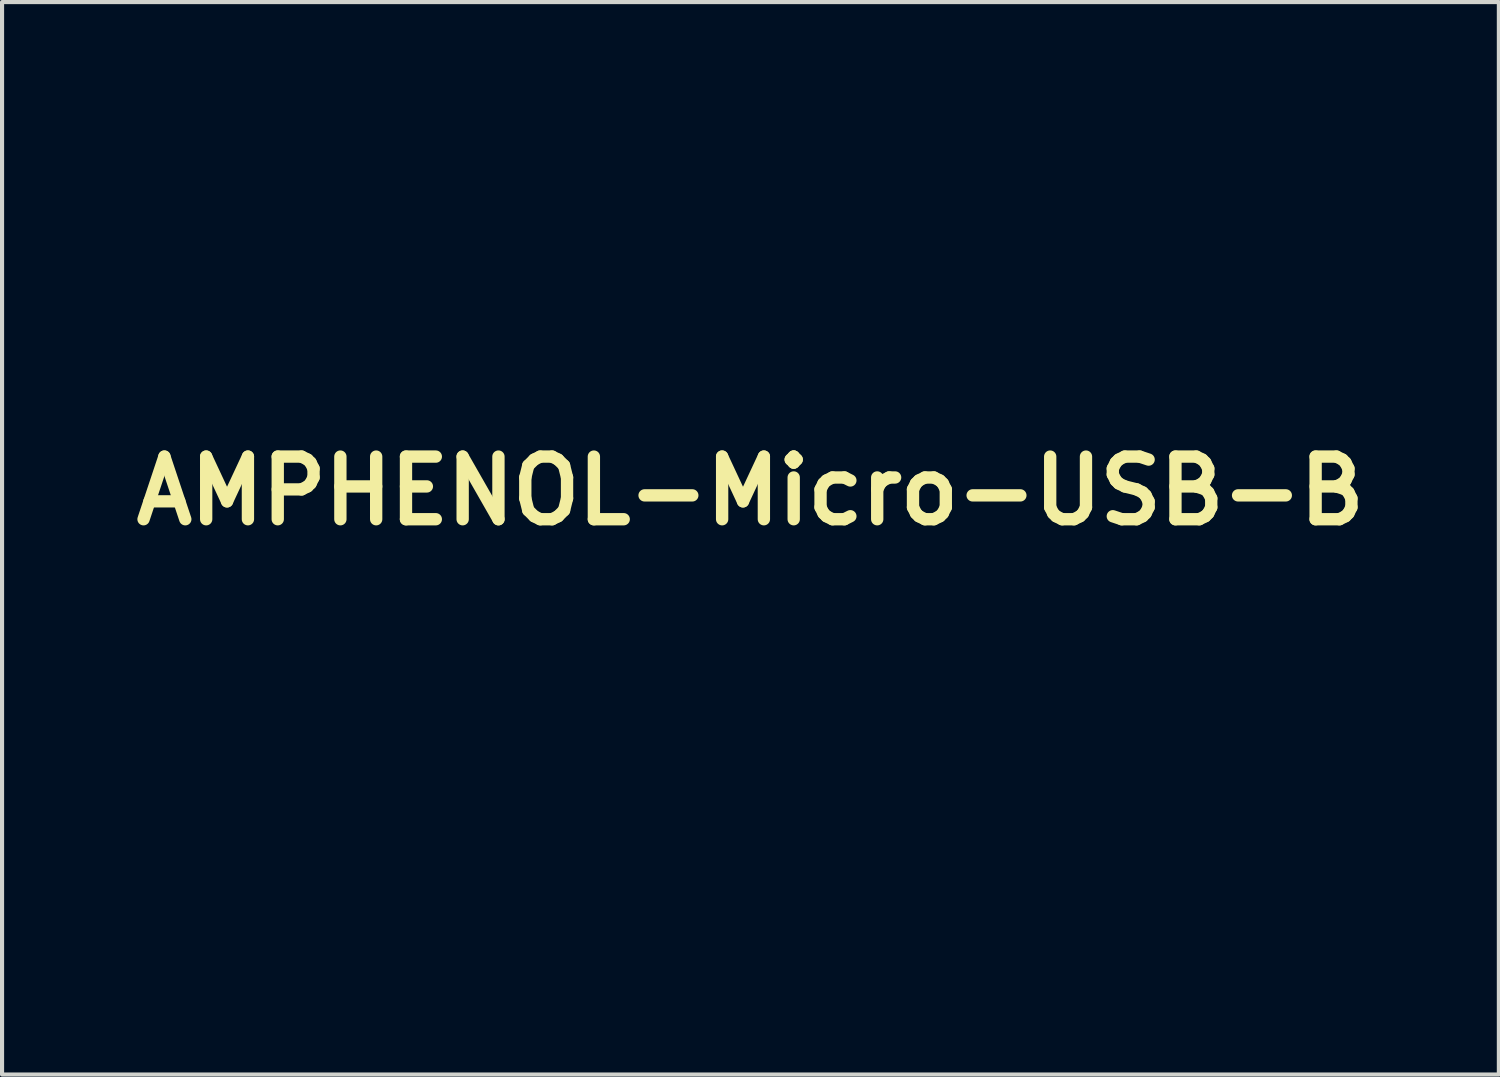
<source format=kicad_pcb>
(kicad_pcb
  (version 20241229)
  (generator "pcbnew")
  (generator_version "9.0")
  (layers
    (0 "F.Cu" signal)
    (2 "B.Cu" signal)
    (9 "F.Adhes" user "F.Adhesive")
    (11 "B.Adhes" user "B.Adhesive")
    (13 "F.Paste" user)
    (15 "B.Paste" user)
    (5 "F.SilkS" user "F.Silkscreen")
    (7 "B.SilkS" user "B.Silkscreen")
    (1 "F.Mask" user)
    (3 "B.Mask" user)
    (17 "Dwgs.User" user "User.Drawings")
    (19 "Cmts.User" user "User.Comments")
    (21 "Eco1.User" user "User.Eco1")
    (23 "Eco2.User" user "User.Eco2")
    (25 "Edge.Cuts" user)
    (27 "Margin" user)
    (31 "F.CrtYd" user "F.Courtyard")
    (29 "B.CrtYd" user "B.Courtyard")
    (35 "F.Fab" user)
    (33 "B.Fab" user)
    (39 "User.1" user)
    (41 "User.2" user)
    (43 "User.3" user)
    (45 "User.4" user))
  (footprint "AMPHENOL-Micro-USB-B"
    (layer "F.Cu")
    (at 15.211 8.895)
    (property "Reference" "AMPHENOL-Micro-USB-B" (at 0 0 0) (layer "F.SilkS") (effects (font (size 1.524 1.524) (thickness 0.3))))
    (attr through_hole)
    (fp_poly (pts (xy -10.414 -0.381) (xy -10.456 -0.339) (xy -10.499 -0.381) (xy -10.456 -0.423) (xy -10.414 -0.381)) (stroke (width 0.01) (type solid)) (fill no) (layer "Eco2.User"))
    (fp_poly (pts (xy -10.414 -0.212) (xy -10.456 -0.169) (xy -10.499 -0.212) (xy -10.456 -0.254) (xy -10.414 -0.212)) (stroke (width 0.01) (type solid)) (fill no) (layer "Eco2.User"))
    (fp_poly (pts (xy -10.414 0.127) (xy -10.456 0.169) (xy -10.499 0.127) (xy -10.456 0.085) (xy -10.414 0.127)) (stroke (width 0.01) (type solid)) (fill no) (layer "Eco2.User"))
    (fp_poly (pts (xy -10.414 0.889) (xy -10.456 0.931) (xy -10.499 0.889) (xy -10.456 0.847) (xy -10.414 0.889)) (stroke (width 0.01) (type solid)) (fill no) (layer "Eco2.User"))
    (fp_poly (pts (xy -10.329 -4.784) (xy -10.372 -4.741) (xy -10.414 -4.784) (xy -10.372 -4.826) (xy -10.329 -4.784)) (stroke (width 0.01) (type solid)) (fill no) (layer "Eco2.User"))
    (fp_poly (pts (xy -10.329 -3.429) (xy -10.372 -3.387) (xy -10.414 -3.429) (xy -10.372 -3.471) (xy -10.329 -3.429)) (stroke (width 0.01) (type solid)) (fill no) (layer "Eco2.User"))
    (fp_poly (pts (xy -10.329 -0.042) (xy -10.372 0) (xy -10.414 -0.042) (xy -10.372 -0.085) (xy -10.329 -0.042)) (stroke (width 0.01) (type solid)) (fill no) (layer "Eco2.User"))
    (fp_poly (pts (xy -10.245 -0.381) (xy -10.287 -0.339) (xy -10.329 -0.381) (xy -10.287 -0.423) (xy -10.245 -0.381)) (stroke (width 0.01) (type solid)) (fill no) (layer "Eco2.User"))
    (fp_poly (pts (xy -10.16 -4.784) (xy -10.202 -4.741) (xy -10.245 -4.784) (xy -10.202 -4.826) (xy -10.16 -4.784)) (stroke (width 0.01) (type solid)) (fill no) (layer "Eco2.User"))
    (fp_poly (pts (xy -10.075 -4.276) (xy -10.118 -4.233) (xy -10.16 -4.276) (xy -10.118 -4.318) (xy -10.075 -4.276)) (stroke (width 0.01) (type solid)) (fill no) (layer "Eco2.User"))
    (fp_poly (pts (xy -10.075 -0.466) (xy -10.118 -0.423) (xy -10.16 -0.466) (xy -10.118 -0.508) (xy -10.075 -0.466)) (stroke (width 0.01) (type solid)) (fill no) (layer "Eco2.User"))
    (fp_poly (pts (xy -9.991 -4.784) (xy -10.033 -4.741) (xy -10.075 -4.784) (xy -10.033 -4.826) (xy -9.991 -4.784)) (stroke (width 0.01) (type solid)) (fill no) (layer "Eco2.User"))
    (fp_poly (pts (xy -9.991 -0.212) (xy -10.033 -0.169) (xy -10.075 -0.212) (xy -10.033 -0.254) (xy -9.991 -0.212)) (stroke (width 0.01) (type solid)) (fill no) (layer "Eco2.User"))
    (fp_poly (pts (xy -9.991 -0.042) (xy -10.033 0) (xy -10.075 -0.042) (xy -10.033 -0.085) (xy -9.991 -0.042)) (stroke (width 0.01) (type solid)) (fill no) (layer "Eco2.User"))
    (fp_poly (pts (xy -9.991 0.72) (xy -10.033 0.762) (xy -10.075 0.72) (xy -10.033 0.677) (xy -9.991 0.72)) (stroke (width 0.01) (type solid)) (fill no) (layer "Eco2.User"))
    (fp_poly (pts (xy -9.398 -3.852) (xy -9.44 -3.81) (xy -9.483 -3.852) (xy -9.44 -3.895) (xy -9.398 -3.852)) (stroke (width 0.01) (type solid)) (fill no) (layer "Eco2.User"))
    (fp_poly (pts (xy -9.398 -3.006) (xy -9.44 -2.963) (xy -9.483 -3.006) (xy -9.44 -3.048) (xy -9.398 -3.006)) (stroke (width 0.01) (type solid)) (fill no) (layer "Eco2.User"))
    (fp_poly (pts (xy -9.229 -4.022) (xy -9.271 -3.979) (xy -9.313 -4.022) (xy -9.271 -4.064) (xy -9.229 -4.022)) (stroke (width 0.01) (type solid)) (fill no) (layer "Eco2.User"))
    (fp_poly (pts (xy -9.144 9.102) (xy -9.186 9.144) (xy -9.229 9.102) (xy -9.186 9.059) (xy -9.144 9.102)) (stroke (width 0.01) (type solid)) (fill no) (layer "Eco2.User"))
    (fp_poly (pts (xy -9.059 -3.852) (xy -9.102 -3.81) (xy -9.144 -3.852) (xy -9.102 -3.895) (xy -9.059 -3.852)) (stroke (width 0.01) (type solid)) (fill no) (layer "Eco2.User"))
    (fp_poly (pts (xy -8.975 -4.022) (xy -9.017 -3.979) (xy -9.059 -4.022) (xy -9.017 -4.064) (xy -8.975 -4.022)) (stroke (width 0.01) (type solid)) (fill no) (layer "Eco2.User"))
    (fp_poly (pts (xy -8.551 9.102) (xy -8.594 9.144) (xy -8.636 9.102) (xy -8.594 9.059) (xy -8.551 9.102)) (stroke (width 0.01) (type solid)) (fill no) (layer "Eco2.User"))
    (fp_poly (pts (xy -8.382 -6.477) (xy -8.424 -6.435) (xy -8.467 -6.477) (xy -8.424 -6.519) (xy -8.382 -6.477)) (stroke (width 0.01) (type solid)) (fill no) (layer "Eco2.User"))
    (fp_poly (pts (xy -8.382 -6.054) (xy -8.424 -6.011) (xy -8.467 -6.054) (xy -8.424 -6.096) (xy -8.382 -6.054)) (stroke (width 0.01) (type solid)) (fill no) (layer "Eco2.User"))
    (fp_poly (pts (xy -8.213 -4.953) (xy -8.255 -4.911) (xy -8.297 -4.953) (xy -8.255 -4.995) (xy -8.213 -4.953)) (stroke (width 0.01) (type solid)) (fill no) (layer "Eco2.User"))
    (fp_poly (pts (xy -8.128 -6.477) (xy -8.17 -6.435) (xy -8.213 -6.477) (xy -8.17 -6.519) (xy -8.128 -6.477)) (stroke (width 0.01) (type solid)) (fill no) (layer "Eco2.User"))
    (fp_poly (pts (xy -8.043 4.106) (xy -8.086 4.149) (xy -8.128 4.106) (xy -8.086 4.064) (xy -8.043 4.106)) (stroke (width 0.01) (type solid)) (fill no) (layer "Eco2.User"))
    (fp_poly (pts (xy -7.874 -4.953) (xy -7.916 -4.911) (xy -7.959 -4.953) (xy -7.916 -4.995) (xy -7.874 -4.953)) (stroke (width 0.01) (type solid)) (fill no) (layer "Eco2.User"))
    (fp_poly (pts (xy -7.874 2.921) (xy -7.916 2.963) (xy -7.959 2.921) (xy -7.916 2.879) (xy -7.874 2.921)) (stroke (width 0.01) (type solid)) (fill no) (layer "Eco2.User"))
    (fp_poly (pts (xy -7.789 3.344) (xy -7.832 3.387) (xy -7.874 3.344) (xy -7.832 3.302) (xy -7.789 3.344)) (stroke (width 0.01) (type solid)) (fill no) (layer "Eco2.User"))
    (fp_poly (pts (xy -7.705 2.921) (xy -7.747 2.963) (xy -7.789 2.921) (xy -7.747 2.879) (xy -7.705 2.921)) (stroke (width 0.01) (type solid)) (fill no) (layer "Eco2.User"))
    (fp_poly (pts (xy -7.705 9.017) (xy -7.747 9.059) (xy -7.789 9.017) (xy -7.747 8.975) (xy -7.705 9.017)) (stroke (width 0.01) (type solid)) (fill no) (layer "Eco2.User"))
    (fp_poly (pts (xy -7.62 -6.477) (xy -7.662 -6.435) (xy -7.705 -6.477) (xy -7.662 -6.519) (xy -7.62 -6.477)) (stroke (width 0.01) (type solid)) (fill no) (layer "Eco2.User"))
    (fp_poly (pts (xy -7.451 -5.461) (xy -7.493 -5.419) (xy -7.535 -5.461) (xy -7.493 -5.503) (xy -7.451 -5.461)) (stroke (width 0.01) (type solid)) (fill no) (layer "Eco2.User"))
    (fp_poly (pts (xy -7.451 3.175) (xy -7.493 3.217) (xy -7.535 3.175) (xy -7.493 3.133) (xy -7.451 3.175)) (stroke (width 0.01) (type solid)) (fill no) (layer "Eco2.User"))
    (fp_poly (pts (xy -7.451 9.271) (xy -7.493 9.313) (xy -7.535 9.271) (xy -7.493 9.229) (xy -7.451 9.271)) (stroke (width 0.01) (type solid)) (fill no) (layer "Eco2.User"))
    (fp_poly (pts (xy -7.281 3.26) (xy -7.324 3.302) (xy -7.366 3.26) (xy -7.324 3.217) (xy -7.281 3.26)) (stroke (width 0.01) (type solid)) (fill no) (layer "Eco2.User"))
    (fp_poly (pts (xy -7.197 -5.461) (xy -7.239 -5.419) (xy -7.281 -5.461) (xy -7.239 -5.503) (xy -7.197 -5.461)) (stroke (width 0.01) (type solid)) (fill no) (layer "Eco2.User"))
    (fp_poly (pts (xy -7.197 -4.953) (xy -7.239 -4.911) (xy -7.281 -4.953) (xy -7.239 -4.995) (xy -7.197 -4.953)) (stroke (width 0.01) (type solid)) (fill no) (layer "Eco2.User"))
    (fp_poly (pts (xy -7.197 3.09) (xy -7.239 3.133) (xy -7.281 3.09) (xy -7.239 3.048) (xy -7.197 3.09)) (stroke (width 0.01) (type solid)) (fill no) (layer "Eco2.User"))
    (fp_poly (pts (xy -7.027 -5.207) (xy -7.07 -5.165) (xy -7.112 -5.207) (xy -7.07 -5.249) (xy -7.027 -5.207)) (stroke (width 0.01) (type solid)) (fill no) (layer "Eco2.User"))
    (fp_poly (pts (xy -7.027 -5.038) (xy -7.07 -4.995) (xy -7.112 -5.038) (xy -7.07 -5.08) (xy -7.027 -5.038)) (stroke (width 0.01) (type solid)) (fill no) (layer "Eco2.User"))
    (fp_poly (pts (xy -7.027 3.768) (xy -7.07 3.81) (xy -7.112 3.768) (xy -7.07 3.725) (xy -7.027 3.768)) (stroke (width 0.01) (type solid)) (fill no) (layer "Eco2.User"))
    (fp_poly (pts (xy -6.773 3.683) (xy -6.816 3.725) (xy -6.858 3.683) (xy -6.816 3.641) (xy -6.773 3.683)) (stroke (width 0.01) (type solid)) (fill no) (layer "Eco2.User"))
    (fp_poly (pts (xy -6.773 3.937) (xy -6.816 3.979) (xy -6.858 3.937) (xy -6.816 3.895) (xy -6.773 3.937)) (stroke (width 0.01) (type solid)) (fill no) (layer "Eco2.User"))
    (fp_poly (pts (xy -6.689 3.006) (xy -6.731 3.048) (xy -6.773 3.006) (xy -6.731 2.963) (xy -6.689 3.006)) (stroke (width 0.01) (type solid)) (fill no) (layer "Eco2.User"))
    (fp_poly (pts (xy -6.604 2.582) (xy -6.646 2.625) (xy -6.689 2.582) (xy -6.646 2.54) (xy -6.604 2.582)) (stroke (width 0.01) (type solid)) (fill no) (layer "Eco2.User"))
    (fp_poly (pts (xy -6.604 2.752) (xy -6.646 2.794) (xy -6.689 2.752) (xy -6.646 2.709) (xy -6.604 2.752)) (stroke (width 0.01) (type solid)) (fill no) (layer "Eco2.User"))
    (fp_poly (pts (xy -6.519 3.006) (xy -6.562 3.048) (xy -6.604 3.006) (xy -6.562 2.963) (xy -6.519 3.006)) (stroke (width 0.01) (type solid)) (fill no) (layer "Eco2.User"))
    (fp_poly (pts (xy -5.757 2.752) (xy -5.8 2.794) (xy -5.842 2.752) (xy -5.8 2.709) (xy -5.757 2.752)) (stroke (width 0.01) (type solid)) (fill no) (layer "Eco2.User"))
    (fp_poly (pts (xy -5.673 3.598) (xy -5.715 3.641) (xy -5.757 3.598) (xy -5.715 3.556) (xy -5.673 3.598)) (stroke (width 0.01) (type solid)) (fill no) (layer "Eco2.User"))
    (fp_poly (pts (xy -1.947 -6.138) (xy -1.99 -6.096) (xy -2.032 -6.138) (xy -1.99 -6.181) (xy -1.947 -6.138)) (stroke (width 0.01) (type solid)) (fill no) (layer "Eco2.User"))
    (fp_poly (pts (xy -1.947 8.594) (xy -1.99 8.636) (xy -2.032 8.594) (xy -1.99 8.551) (xy -1.947 8.594)) (stroke (width 0.01) (type solid)) (fill no) (layer "Eco2.User"))
    (fp_poly (pts (xy -1.863 -8.424) (xy -1.905 -8.382) (xy -1.947 -8.424) (xy -1.905 -8.467) (xy -1.863 -8.424)) (stroke (width 0.01) (type solid)) (fill no) (layer "Eco2.User"))
    (fp_poly (pts (xy -1.863 10.88) (xy -1.905 10.922) (xy -1.947 10.88) (xy -1.905 10.837) (xy -1.863 10.88)) (stroke (width 0.01) (type solid)) (fill no) (layer "Eco2.User"))
    (fp_poly (pts (xy -1.778 -8.678) (xy -1.82 -8.636) (xy -1.863 -8.678) (xy -1.82 -8.721) (xy -1.778 -8.678)) (stroke (width 0.01) (type solid)) (fill no) (layer "Eco2.User"))
    (fp_poly (pts (xy -1.778 2.159) (xy -1.82 2.201) (xy -1.863 2.159) (xy -1.82 2.117) (xy -1.778 2.159)) (stroke (width 0.01) (type solid)) (fill no) (layer "Eco2.User"))
    (fp_poly (pts (xy -1.778 8.594) (xy -1.82 8.636) (xy -1.863 8.594) (xy -1.82 8.551) (xy -1.778 8.594)) (stroke (width 0.01) (type solid)) (fill no) (layer "Eco2.User"))
    (fp_poly (pts (xy -1.693 -8.848) (xy -1.736 -8.805) (xy -1.778 -8.848) (xy -1.736 -8.89) (xy -1.693 -8.848)) (stroke (width 0.01) (type solid)) (fill no) (layer "Eco2.User"))
    (fp_poly (pts (xy -1.693 9.356) (xy -1.736 9.398) (xy -1.778 9.356) (xy -1.736 9.313) (xy -1.693 9.356)) (stroke (width 0.01) (type solid)) (fill no) (layer "Eco2.User"))
    (fp_poly (pts (xy -1.693 10.456) (xy -1.736 10.499) (xy -1.778 10.456) (xy -1.736 10.414) (xy -1.693 10.456)) (stroke (width 0.01) (type solid)) (fill no) (layer "Eco2.User"))
    (fp_poly (pts (xy -1.439 -8.34) (xy -1.482 -8.297) (xy -1.524 -8.34) (xy -1.482 -8.382) (xy -1.439 -8.34)) (stroke (width 0.01) (type solid)) (fill no) (layer "Eco2.User"))
    (fp_poly (pts (xy -1.439 8.763) (xy -1.482 8.805) (xy -1.524 8.763) (xy -1.482 8.721) (xy -1.439 8.763)) (stroke (width 0.01) (type solid)) (fill no) (layer "Eco2.User"))
    (fp_poly (pts (xy -1.439 9.779) (xy -1.482 9.821) (xy -1.524 9.779) (xy -1.482 9.737) (xy -1.439 9.779)) (stroke (width 0.01) (type solid)) (fill no) (layer "Eco2.User"))
    (fp_poly (pts (xy -1.439 10.88) (xy -1.482 10.922) (xy -1.524 10.88) (xy -1.482 10.837) (xy -1.439 10.88)) (stroke (width 0.01) (type solid)) (fill no) (layer "Eco2.User"))
    (fp_poly (pts (xy -1.185 -8.763) (xy -1.228 -8.721) (xy -1.27 -8.763) (xy -1.228 -8.805) (xy -1.185 -8.763)) (stroke (width 0.01) (type solid)) (fill no) (layer "Eco2.User"))
    (fp_poly (pts (xy -1.101 -7.324) (xy -1.143 -7.281) (xy -1.185 -7.324) (xy -1.143 -7.366) (xy -1.101 -7.324)) (stroke (width 0.01) (type solid)) (fill no) (layer "Eco2.User"))
    (fp_poly (pts (xy -1.016 8.424) (xy -1.058 8.467) (xy -1.101 8.424) (xy -1.058 8.382) (xy -1.016 8.424)) (stroke (width 0.01) (type solid)) (fill no) (layer "Eco2.User"))
    (fp_poly (pts (xy -1.016 10.541) (xy -1.058 10.583) (xy -1.101 10.541) (xy -1.058 10.499) (xy -1.016 10.541)) (stroke (width 0.01) (type solid)) (fill no) (layer "Eco2.User"))
    (fp_poly (pts (xy -0.931 -6.562) (xy -0.974 -6.519) (xy -1.016 -6.562) (xy -0.974 -6.604) (xy -0.931 -6.562)) (stroke (width 0.01) (type solid)) (fill no) (layer "Eco2.User"))
    (fp_poly (pts (xy -0.931 8.255) (xy -0.974 8.297) (xy -1.016 8.255) (xy -0.974 8.213) (xy -0.931 8.255)) (stroke (width 0.01) (type solid)) (fill no) (layer "Eco2.User"))
    (fp_poly (pts (xy -0.931 10.372) (xy -0.974 10.414) (xy -1.016 10.372) (xy -0.974 10.329) (xy -0.931 10.372)) (stroke (width 0.01) (type solid)) (fill no) (layer "Eco2.User"))
    (fp_poly (pts (xy -0.847 -7.662) (xy -0.889 -7.62) (xy -0.931 -7.662) (xy -0.889 -7.705) (xy -0.847 -7.662)) (stroke (width 0.01) (type solid)) (fill no) (layer "Eco2.User"))
    (fp_poly (pts (xy -0.847 -7.239) (xy -0.889 -7.197) (xy -0.931 -7.239) (xy -0.889 -7.281) (xy -0.847 -7.239)) (stroke (width 0.01) (type solid)) (fill no) (layer "Eco2.User"))
    (fp_poly (pts (xy -0.762 -6.562) (xy -0.804 -6.519) (xy -0.847 -6.562) (xy -0.804 -6.604) (xy -0.762 -6.562)) (stroke (width 0.01) (type solid)) (fill no) (layer "Eco2.User"))
    (fp_poly (pts (xy -0.762 -6.138) (xy -0.804 -6.096) (xy -0.847 -6.138) (xy -0.804 -6.181) (xy -0.762 -6.138)) (stroke (width 0.01) (type solid)) (fill no) (layer "Eco2.User"))
    (fp_poly (pts (xy -0.762 6.308) (xy -0.804 6.35) (xy -0.847 6.308) (xy -0.804 6.265) (xy -0.762 6.308)) (stroke (width 0.01) (type solid)) (fill no) (layer "Eco2.User"))
    (fp_poly (pts (xy -0.762 6.477) (xy -0.804 6.519) (xy -0.847 6.477) (xy -0.804 6.435) (xy -0.762 6.477)) (stroke (width 0.01) (type solid)) (fill no) (layer "Eco2.User"))
    (fp_poly (pts (xy -0.762 7.239) (xy -0.804 7.281) (xy -0.847 7.239) (xy -0.804 7.197) (xy -0.762 7.239)) (stroke (width 0.01) (type solid)) (fill no) (layer "Eco2.User"))
    (fp_poly (pts (xy -0.762 7.408) (xy -0.804 7.451) (xy -0.847 7.408) (xy -0.804 7.366) (xy -0.762 7.408)) (stroke (width 0.01) (type solid)) (fill no) (layer "Eco2.User"))
    (fp_poly (pts (xy -0.762 8.255) (xy -0.804 8.297) (xy -0.847 8.255) (xy -0.804 8.213) (xy -0.762 8.255)) (stroke (width 0.01) (type solid)) (fill no) (layer "Eco2.User"))
    (fp_poly (pts (xy -0.762 8.424) (xy -0.804 8.467) (xy -0.847 8.424) (xy -0.804 8.382) (xy -0.762 8.424)) (stroke (width 0.01) (type solid)) (fill no) (layer "Eco2.User"))
    (fp_poly (pts (xy -0.762 8.763) (xy -0.804 8.805) (xy -0.847 8.763) (xy -0.804 8.721) (xy -0.762 8.763)) (stroke (width 0.01) (type solid)) (fill no) (layer "Eco2.User"))
    (fp_poly (pts (xy -0.762 9.356) (xy -0.804 9.398) (xy -0.847 9.356) (xy -0.804 9.313) (xy -0.762 9.356)) (stroke (width 0.01) (type solid)) (fill no) (layer "Eco2.User"))
    (fp_poly (pts (xy -0.762 9.525) (xy -0.804 9.567) (xy -0.847 9.525) (xy -0.804 9.483) (xy -0.762 9.525)) (stroke (width 0.01) (type solid)) (fill no) (layer "Eco2.User"))
    (fp_poly (pts (xy -0.762 10.88) (xy -0.804 10.922) (xy -0.847 10.88) (xy -0.804 10.837) (xy -0.762 10.88)) (stroke (width 0.01) (type solid)) (fill no) (layer "Eco2.User"))
    (fp_poly (pts (xy -0.677 -8.34) (xy -0.72 -8.297) (xy -0.762 -8.34) (xy -0.72 -8.382) (xy -0.677 -8.34)) (stroke (width 0.01) (type solid)) (fill no) (layer "Eco2.User"))
    (fp_poly (pts (xy -0.677 -7.493) (xy -0.72 -7.451) (xy -0.762 -7.493) (xy -0.72 -7.535) (xy -0.677 -7.493)) (stroke (width 0.01) (type solid)) (fill no) (layer "Eco2.User"))
    (fp_poly (pts (xy -0.677 -7.239) (xy -0.72 -7.197) (xy -0.762 -7.239) (xy -0.72 -7.281) (xy -0.677 -7.239)) (stroke (width 0.01) (type solid)) (fill no) (layer "Eco2.User"))
    (fp_poly (pts (xy -0.593 -6.562) (xy -0.635 -6.519) (xy -0.677 -6.562) (xy -0.635 -6.604) (xy -0.593 -6.562)) (stroke (width 0.01) (type solid)) (fill no) (layer "Eco2.User"))
    (fp_poly (pts (xy -0.593 -6.138) (xy -0.635 -6.096) (xy -0.677 -6.138) (xy -0.635 -6.181) (xy -0.593 -6.138)) (stroke (width 0.01) (type solid)) (fill no) (layer "Eco2.User"))
    (fp_poly (pts (xy -0.593 6.477) (xy -0.635 6.519) (xy -0.677 6.477) (xy -0.635 6.435) (xy -0.593 6.477)) (stroke (width 0.01) (type solid)) (fill no) (layer "Eco2.User"))
    (fp_poly (pts (xy -0.593 6.731) (xy -0.635 6.773) (xy -0.677 6.731) (xy -0.635 6.689) (xy -0.593 6.731)) (stroke (width 0.01) (type solid)) (fill no) (layer "Eco2.User"))
    (fp_poly (pts (xy -0.593 7.408) (xy -0.635 7.451) (xy -0.677 7.408) (xy -0.635 7.366) (xy -0.593 7.408)) (stroke (width 0.01) (type solid)) (fill no) (layer "Eco2.User"))
    (fp_poly (pts (xy -0.593 7.662) (xy -0.635 7.705) (xy -0.677 7.662) (xy -0.635 7.62) (xy -0.593 7.662)) (stroke (width 0.01) (type solid)) (fill no) (layer "Eco2.User"))
    (fp_poly (pts (xy -0.593 9.525) (xy -0.635 9.567) (xy -0.677 9.525) (xy -0.635 9.483) (xy -0.593 9.525)) (stroke (width 0.01) (type solid)) (fill no) (layer "Eco2.User"))
    (fp_poly (pts (xy -0.593 9.779) (xy -0.635 9.821) (xy -0.677 9.779) (xy -0.635 9.737) (xy -0.593 9.779)) (stroke (width 0.01) (type solid)) (fill no) (layer "Eco2.User"))
    (fp_poly (pts (xy -0.593 10.626) (xy -0.635 10.668) (xy -0.677 10.626) (xy -0.635 10.583) (xy -0.593 10.626)) (stroke (width 0.01) (type solid)) (fill no) (layer "Eco2.User"))
    (fp_poly (pts (xy -0.508 5.546) (xy -0.55 5.588) (xy -0.593 5.546) (xy -0.55 5.503) (xy -0.508 5.546)) (stroke (width 0.01) (type solid)) (fill no) (layer "Eco2.User"))
    (fp_poly (pts (xy 0.254 5.376) (xy 0.212 5.419) (xy 0.169 5.376) (xy 0.212 5.334) (xy 0.254 5.376)) (stroke (width 0.01) (type solid)) (fill no) (layer "Eco2.User"))
    (fp_poly (pts (xy 0.254 5.63) (xy 0.212 5.673) (xy 0.169 5.63) (xy 0.212 5.588) (xy 0.254 5.63)) (stroke (width 0.01) (type solid)) (fill no) (layer "Eco2.User"))
    (fp_poly (pts (xy 0.847 5.292) (xy 0.804 5.334) (xy 0.762 5.292) (xy 0.804 5.249) (xy 0.847 5.292)) (stroke (width 0.01) (type solid)) (fill no) (layer "Eco2.User"))
    (fp_poly (pts (xy 1.863 3.514) (xy 1.82 3.556) (xy 1.778 3.514) (xy 1.82 3.471) (xy 1.863 3.514)) (stroke (width 0.01) (type solid)) (fill no) (layer "Eco2.User"))
    (fp_poly (pts (xy 2.371 -5.8) (xy 2.328 -5.757) (xy 2.286 -5.8) (xy 2.328 -5.842) (xy 2.371 -5.8)) (stroke (width 0.01) (type solid)) (fill no) (layer "Eco2.User"))
    (fp_poly (pts (xy 2.709 -4.36) (xy 2.667 -4.318) (xy 2.625 -4.36) (xy 2.667 -4.403) (xy 2.709 -4.36)) (stroke (width 0.01) (type solid)) (fill no) (layer "Eco2.User"))
    (fp_poly (pts (xy 2.709 1.143) (xy 2.667 1.185) (xy 2.625 1.143) (xy 2.667 1.101) (xy 2.709 1.143)) (stroke (width 0.01) (type solid)) (fill no) (layer "Eco2.User"))
    (fp_poly (pts (xy 2.963 -5.715) (xy 2.921 -5.673) (xy 2.879 -5.715) (xy 2.921 -5.757) (xy 2.963 -5.715)) (stroke (width 0.01) (type solid)) (fill no) (layer "Eco2.User"))
    (fp_poly (pts (xy 2.963 -4.53) (xy 2.921 -4.487) (xy 2.879 -4.53) (xy 2.921 -4.572) (xy 2.963 -4.53)) (stroke (width 0.01) (type solid)) (fill no) (layer "Eco2.User"))
    (fp_poly (pts (xy 3.133 -5.8) (xy 3.09 -5.757) (xy 3.048 -5.8) (xy 3.09 -5.842) (xy 3.133 -5.8)) (stroke (width 0.01) (type solid)) (fill no) (layer "Eco2.User"))
    (fp_poly (pts (xy 3.217 2.159) (xy 3.175 2.201) (xy 3.133 2.159) (xy 3.175 2.117) (xy 3.217 2.159)) (stroke (width 0.01) (type solid)) (fill no) (layer "Eco2.User"))
    (fp_poly (pts (xy 3.302 -5.63) (xy 3.26 -5.588) (xy 3.217 -5.63) (xy 3.26 -5.673) (xy 3.302 -5.63)) (stroke (width 0.01) (type solid)) (fill no) (layer "Eco2.User"))
    (fp_poly (pts (xy 3.387 -5.8) (xy 3.344 -5.757) (xy 3.302 -5.8) (xy 3.344 -5.842) (xy 3.387 -5.8)) (stroke (width 0.01) (type solid)) (fill no) (layer "Eco2.User"))
    (fp_poly (pts (xy 3.556 -4.784) (xy 3.514 -4.741) (xy 3.471 -4.784) (xy 3.514 -4.826) (xy 3.556 -4.784)) (stroke (width 0.01) (type solid)) (fill no) (layer "Eco2.User"))
    (fp_poly (pts (xy 5.08 -4.36) (xy 5.038 -4.318) (xy 4.995 -4.36) (xy 5.038 -4.403) (xy 5.08 -4.36)) (stroke (width 0.01) (type solid)) (fill no) (layer "Eco2.User"))
    (fp_poly (pts (xy 5.419 -4.953) (xy 5.376 -4.911) (xy 5.334 -4.953) (xy 5.376 -4.995) (xy 5.419 -4.953)) (stroke (width 0.01) (type solid)) (fill no) (layer "Eco2.User"))
    (fp_poly (pts (xy 5.588 -4.953) (xy 5.546 -4.911) (xy 5.503 -4.953) (xy 5.546 -4.995) (xy 5.588 -4.953)) (stroke (width 0.01) (type solid)) (fill no) (layer "Eco2.User"))
    (fp_poly (pts (xy 6.096 -4.868) (xy 6.054 -4.826) (xy 6.011 -4.868) (xy 6.054 -4.911) (xy 6.096 -4.868)) (stroke (width 0.01) (type solid)) (fill no) (layer "Eco2.User"))
    (fp_poly (pts (xy 6.435 -1.99) (xy 6.392 -1.947) (xy 6.35 -1.99) (xy 6.392 -2.032) (xy 6.435 -1.99)) (stroke (width 0.01) (type solid)) (fill no) (layer "Eco2.User"))
    (fp_poly (pts (xy 6.435 -1.82) (xy 6.392 -1.778) (xy 6.35 -1.82) (xy 6.392 -1.863) (xy 6.435 -1.82)) (stroke (width 0.01) (type solid)) (fill no) (layer "Eco2.User"))
    (fp_poly (pts (xy 6.435 1.736) (xy 6.392 1.778) (xy 6.35 1.736) (xy 6.392 1.693) (xy 6.435 1.736)) (stroke (width 0.01) (type solid)) (fill no) (layer "Eco2.User"))
    (fp_poly (pts (xy 6.435 1.905) (xy 6.392 1.947) (xy 6.35 1.905) (xy 6.392 1.863) (xy 6.435 1.905)) (stroke (width 0.01) (type solid)) (fill no) (layer "Eco2.User"))
    (fp_poly (pts (xy 6.435 5.122) (xy 6.392 5.165) (xy 6.35 5.122) (xy 6.392 5.08) (xy 6.435 5.122)) (stroke (width 0.01) (type solid)) (fill no) (layer "Eco2.User"))
    (fp_poly (pts (xy 6.435 5.292) (xy 6.392 5.334) (xy 6.35 5.292) (xy 6.392 5.249) (xy 6.435 5.292)) (stroke (width 0.01) (type solid)) (fill no) (layer "Eco2.User"))
    (fp_poly (pts (xy 6.435 5.461) (xy 6.392 5.503) (xy 6.35 5.461) (xy 6.392 5.419) (xy 6.435 5.461)) (stroke (width 0.01) (type solid)) (fill no) (layer "Eco2.User"))
    (fp_poly (pts (xy 6.519 6.223) (xy 6.477 6.265) (xy 6.435 6.223) (xy 6.477 6.181) (xy 6.519 6.223)) (stroke (width 0.01) (type solid)) (fill no) (layer "Eco2.User"))
    (fp_poly (pts (xy 6.604 -2.159) (xy 6.562 -2.117) (xy 6.519 -2.159) (xy 6.562 -2.201) (xy 6.604 -2.159)) (stroke (width 0.01) (type solid)) (fill no) (layer "Eco2.User"))
    (fp_poly (pts (xy 6.604 -1.99) (xy 6.562 -1.947) (xy 6.519 -1.99) (xy 6.562 -2.032) (xy 6.604 -1.99)) (stroke (width 0.01) (type solid)) (fill no) (layer "Eco2.User"))
    (fp_poly (pts (xy 6.604 -1.736) (xy 6.562 -1.693) (xy 6.519 -1.736) (xy 6.562 -1.778) (xy 6.604 -1.736)) (stroke (width 0.01) (type solid)) (fill no) (layer "Eco2.User"))
    (fp_poly (pts (xy 6.773 6.223) (xy 6.731 6.265) (xy 6.689 6.223) (xy 6.731 6.181) (xy 6.773 6.223)) (stroke (width 0.01) (type solid)) (fill no) (layer "Eco2.User"))
    (fp_poly (pts (xy 6.858 -1.99) (xy 6.816 -1.947) (xy 6.773 -1.99) (xy 6.816 -2.032) (xy 6.858 -1.99)) (stroke (width 0.01) (type solid)) (fill no) (layer "Eco2.User"))
    (fp_poly (pts (xy 6.858 1.736) (xy 6.816 1.778) (xy 6.773 1.736) (xy 6.816 1.693) (xy 6.858 1.736)) (stroke (width 0.01) (type solid)) (fill no) (layer "Eco2.User"))
    (fp_poly (pts (xy 6.858 2.582) (xy 6.816 2.625) (xy 6.773 2.582) (xy 6.816 2.54) (xy 6.858 2.582)) (stroke (width 0.01) (type solid)) (fill no) (layer "Eco2.User"))
    (fp_poly (pts (xy 6.858 5.122) (xy 6.816 5.165) (xy 6.773 5.122) (xy 6.816 5.08) (xy 6.858 5.122)) (stroke (width 0.01) (type solid)) (fill no) (layer "Eco2.User"))
    (fp_poly (pts (xy 6.858 5.292) (xy 6.816 5.334) (xy 6.773 5.292) (xy 6.816 5.249) (xy 6.858 5.292)) (stroke (width 0.01) (type solid)) (fill no) (layer "Eco2.User"))
    (fp_poly (pts (xy 7.451 1.228) (xy 7.408 1.27) (xy 7.366 1.228) (xy 7.408 1.185) (xy 7.451 1.228)) (stroke (width 0.01) (type solid)) (fill no) (layer "Eco2.User"))
    (fp_poly (pts (xy 7.451 1.566) (xy 7.408 1.609) (xy 7.366 1.566) (xy 7.408 1.524) (xy 7.451 1.566)) (stroke (width 0.01) (type solid)) (fill no) (layer "Eco2.User"))
    (fp_poly (pts (xy 7.451 2.921) (xy 7.408 2.963) (xy 7.366 2.921) (xy 7.408 2.879) (xy 7.451 2.921)) (stroke (width 0.01) (type solid)) (fill no) (layer "Eco2.User"))
    (fp_poly (pts (xy 7.535 1.397) (xy 7.493 1.439) (xy 7.451 1.397) (xy 7.493 1.355) (xy 7.535 1.397)) (stroke (width 0.01) (type solid)) (fill no) (layer "Eco2.User"))
    (fp_poly (pts (xy 7.535 2.752) (xy 7.493 2.794) (xy 7.451 2.752) (xy 7.493 2.709) (xy 7.535 2.752)) (stroke (width 0.01) (type solid)) (fill no) (layer "Eco2.User"))
    (fp_poly (pts (xy 7.62 3.344) (xy 7.578 3.387) (xy 7.535 3.344) (xy 7.578 3.302) (xy 7.62 3.344)) (stroke (width 0.01) (type solid)) (fill no) (layer "Eco2.User"))
    (fp_poly (pts (xy 7.874 1.228) (xy 7.832 1.27) (xy 7.789 1.228) (xy 7.832 1.185) (xy 7.874 1.228)) (stroke (width 0.01) (type solid)) (fill no) (layer "Eco2.User"))
    (fp_poly (pts (xy 7.874 3.344) (xy 7.832 3.387) (xy 7.789 3.344) (xy 7.832 3.302) (xy 7.874 3.344)) (stroke (width 0.01) (type solid)) (fill no) (layer "Eco2.User"))
    (fp_poly (pts (xy 8.551 0.974) (xy 8.509 1.016) (xy 8.467 0.974) (xy 8.509 0.931) (xy 8.551 0.974)) (stroke (width 0.01) (type solid)) (fill no) (layer "Eco2.User"))
    (fp_poly (pts (xy 8.721 0.804) (xy 8.678 0.847) (xy 8.636 0.804) (xy 8.678 0.762) (xy 8.721 0.804)) (stroke (width 0.01) (type solid)) (fill no) (layer "Eco2.User"))
    (fp_poly (pts (xy 8.721 0.974) (xy 8.678 1.016) (xy 8.636 0.974) (xy 8.678 0.931) (xy 8.721 0.974)) (stroke (width 0.01) (type solid)) (fill no) (layer "Eco2.User"))
    (fp_poly (pts (xy 8.975 0.804) (xy 8.932 0.847) (xy 8.89 0.804) (xy 8.932 0.762) (xy 8.975 0.804)) (stroke (width 0.01) (type solid)) (fill no) (layer "Eco2.User"))
    (fp_poly (pts (xy 8.975 0.974) (xy 8.932 1.016) (xy 8.89 0.974) (xy 8.932 0.931) (xy 8.975 0.974)) (stroke (width 0.01) (type solid)) (fill no) (layer "Eco2.User"))
    (fp_poly (pts (xy 8.975 1.651) (xy 8.932 1.693) (xy 8.89 1.651) (xy 8.932 1.609) (xy 8.975 1.651)) (stroke (width 0.01) (type solid)) (fill no) (layer "Eco2.User"))
    (fp_poly (pts (xy 9.652 0.55) (xy 9.61 0.593) (xy 9.567 0.55) (xy 9.61 0.508) (xy 9.652 0.55)) (stroke (width 0.01) (type solid)) (fill no) (layer "Eco2.User"))
    (fp_poly (pts (xy 10.075 1.482) (xy 10.033 1.524) (xy 9.991 1.482) (xy 10.033 1.439) (xy 10.075 1.482)) (stroke (width 0.01) (type solid)) (fill no) (layer "Eco2.User"))
    (fp_poly (pts (xy 10.583 0.042) (xy 10.541 0.085) (xy 10.499 0.042) (xy 10.541 0) (xy 10.583 0.042)) (stroke (width 0.01) (type solid)) (fill no) (layer "Eco2.User"))
    (fp_poly (pts (xy 10.583 0.212) (xy 10.541 0.254) (xy 10.499 0.212) (xy 10.541 0.169) (xy 10.583 0.212)) (stroke (width 0.01) (type solid)) (fill no) (layer "Eco2.User"))
    (fp_poly (pts (xy 10.583 1.143) (xy 10.541 1.185) (xy 10.499 1.143) (xy 10.541 1.101) (xy 10.583 1.143)) (stroke (width 0.01) (type solid)) (fill no) (layer "Eco2.User"))
    (fp_poly (pts (xy 10.753 1.143) (xy 10.71 1.185) (xy 10.668 1.143) (xy 10.71 1.101) (xy 10.753 1.143)) (stroke (width 0.01) (type solid)) (fill no) (layer "Eco2.User"))
    (fp_poly (pts (xy 11.007 0.042) (xy 10.964 0.085) (xy 10.922 0.042) (xy 10.964 0) (xy 11.007 0.042)) (stroke (width 0.01) (type solid)) (fill no) (layer "Eco2.User"))
    (fp_poly (pts (xy 11.007 0.212) (xy 10.964 0.254) (xy 10.922 0.212) (xy 10.964 0.169) (xy 11.007 0.212)) (stroke (width 0.01) (type solid)) (fill no) (layer "Eco2.User"))
    (fp_poly (pts (xy 11.007 0.889) (xy 10.964 0.931) (xy 10.922 0.889) (xy 10.964 0.847) (xy 11.007 0.889)) (stroke (width 0.01) (type solid)) (fill no) (layer "Eco2.User"))
    (fp_poly (pts (xy 11.007 1.397) (xy 10.964 1.439) (xy 10.922 1.397) (xy 10.964 1.355) (xy 11.007 1.397)) (stroke (width 0.01) (type solid)) (fill no) (layer "Eco2.User"))
    (fp_poly (pts (xy 11.515 0.466) (xy 11.472 0.508) (xy 11.43 0.466) (xy 11.472 0.423) (xy 11.515 0.466)) (stroke (width 0.01) (type solid)) (fill no) (layer "Eco2.User"))
    (fp_poly (pts (xy 11.515 2.921) (xy 11.472 2.963) (xy 11.43 2.921) (xy 11.472 2.879) (xy 11.515 2.921)) (stroke (width 0.01) (type solid)) (fill no) (layer "Eco2.User"))
    (fp_poly (pts (xy 11.515 3.09) (xy 11.472 3.133) (xy 11.43 3.09) (xy 11.472 3.048) (xy 11.515 3.09)) (stroke (width 0.01) (type solid)) (fill no) (layer "Eco2.User"))
    (fp_poly (pts (xy 11.515 3.26) (xy 11.472 3.302) (xy 11.43 3.26) (xy 11.472 3.217) (xy 11.515 3.26)) (stroke (width 0.01) (type solid)) (fill no) (layer "Eco2.User"))
    (fp_poly (pts (xy 11.599 -0.889) (xy 11.557 -0.847) (xy 11.515 -0.889) (xy 11.557 -0.931) (xy 11.599 -0.889)) (stroke (width 0.01) (type solid)) (fill no) (layer "Eco2.User"))
    (fp_poly (pts (xy 11.684 3.344) (xy 11.642 3.387) (xy 11.599 3.344) (xy 11.642 3.302) (xy 11.684 3.344)) (stroke (width 0.01) (type solid)) (fill no) (layer "Eco2.User"))
    (fp_poly (pts (xy 11.853 -0.381) (xy 11.811 -0.339) (xy 11.769 -0.381) (xy 11.811 -0.423) (xy 11.853 -0.381)) (stroke (width 0.01) (type solid)) (fill no) (layer "Eco2.User"))
    (fp_poly (pts (xy 11.853 0.212) (xy 11.811 0.254) (xy 11.769 0.212) (xy 11.811 0.169) (xy 11.853 0.212)) (stroke (width 0.01) (type solid)) (fill no) (layer "Eco2.User"))
    (fp_poly (pts (xy 11.938 0.466) (xy 11.896 0.508) (xy 11.853 0.466) (xy 11.896 0.423) (xy 11.938 0.466)) (stroke (width 0.01) (type solid)) (fill no) (layer "Eco2.User"))
    (fp_poly (pts (xy 11.938 2.921) (xy 11.896 2.963) (xy 11.853 2.921) (xy 11.896 2.879) (xy 11.938 2.921)) (stroke (width 0.01) (type solid)) (fill no) (layer "Eco2.User"))
    (fp_poly (pts (xy 11.938 3.09) (xy 11.896 3.133) (xy 11.853 3.09) (xy 11.896 3.048) (xy 11.938 3.09)) (stroke (width 0.01) (type solid)) (fill no) (layer "Eco2.User"))
    (fp_poly (pts (xy -10.223 0.706) (xy -10.213 0.737) (xy -10.329 0.749) (xy -10.45 0.735) (xy -10.435 0.706) (xy -10.262 0.695) (xy -10.223 0.706)) (stroke (width 0.01) (type solid)) (fill no) (layer "Eco2.User"))
    (fp_poly (pts (xy -10.188 0.198) (xy -10.2 0.248) (xy -10.245 0.254) (xy -10.314 0.223) (xy -10.301 0.198) (xy -10.201 0.187) (xy -10.188 0.198)) (stroke (width 0.01) (type solid)) (fill no) (layer "Eco2.User"))
    (fp_poly (pts (xy -10.139 -3.697) (xy -10.128 -3.666) (xy -10.245 -3.654) (xy -10.365 -3.667) (xy -10.351 -3.697) (xy -10.177 -3.708) (xy -10.139 -3.697)) (stroke (width 0.01) (type solid)) (fill no) (layer "Eco2.User"))
    (fp_poly (pts (xy -10.019 -3.443) (xy -10.031 -3.393) (xy -10.075 -3.387) (xy -10.145 -3.418) (xy -10.132 -3.443) (xy -10.031 -3.453) (xy -10.019 -3.443)) (stroke (width 0.01) (type solid)) (fill no) (layer "Eco2.User"))
    (fp_poly (pts (xy -9.172 -3.612) (xy -9.184 -3.562) (xy -9.229 -3.556) (xy -9.298 -3.587) (xy -9.285 -3.612) (xy -9.185 -3.623) (xy -9.172 -3.612)) (stroke (width 0.01) (type solid)) (fill no) (layer "Eco2.User"))
    (fp_poly (pts (xy -9.061 -4.268) (xy -9.047 -4.201) (xy -9.144 -4.185) (xy -9.252 -4.212) (xy -9.227 -4.268) (xy -9.108 -4.302) (xy -9.061 -4.268)) (stroke (width 0.01) (type solid)) (fill no) (layer "Eco2.User"))
    (fp_poly (pts (xy -8.155 -5.265) (xy -8.145 -5.133) (xy -8.162 -5.103) (xy -8.2 -5.128) (xy -8.206 -5.214) (xy -8.185 -5.304) (xy -8.155 -5.265)) (stroke (width 0.01) (type solid)) (fill no) (layer "Eco2.User"))
    (fp_poly (pts (xy -7.902 3.076) (xy -7.892 3.177) (xy -7.902 3.189) (xy -7.953 3.177) (xy -7.959 3.133) (xy -7.928 3.063) (xy -7.902 3.076)) (stroke (width 0.01) (type solid)) (fill no) (layer "Eco2.User"))
    (fp_poly (pts (xy -7.733 4.346) (xy -7.723 4.447) (xy -7.733 4.459) (xy -7.783 4.447) (xy -7.789 4.403) (xy -7.758 4.333) (xy -7.733 4.346)) (stroke (width 0.01) (type solid)) (fill no) (layer "Eco2.User"))
    (fp_poly (pts (xy -7.647 -5.35) (xy -7.637 -5.218) (xy -7.654 -5.188) (xy -7.692 -5.213) (xy -7.698 -5.299) (xy -7.677 -5.389) (xy -7.647 -5.35)) (stroke (width 0.01) (type solid)) (fill no) (layer "Eco2.User"))
    (fp_poly (pts (xy -7.562 2.863) (xy -7.552 2.995) (xy -7.569 3.025) (xy -7.607 3) (xy -7.613 2.914) (xy -7.593 2.824) (xy -7.562 2.863)) (stroke (width 0.01) (type solid)) (fill no) (layer "Eco2.User"))
    (fp_poly (pts (xy -7.393 -5.181) (xy -7.383 -5.048) (xy -7.4 -5.018) (xy -7.438 -5.044) (xy -7.444 -5.129) (xy -7.423 -5.22) (xy -7.393 -5.181)) (stroke (width 0.01) (type solid)) (fill no) (layer "Eco2.User"))
    (fp_poly (pts (xy -6.209 2.653) (xy -6.221 2.703) (xy -6.265 2.709) (xy -6.335 2.678) (xy -6.322 2.653) (xy -6.221 2.643) (xy -6.209 2.653)) (stroke (width 0.01) (type solid)) (fill no) (layer "Eco2.User"))
    (fp_poly (pts (xy -1.974 9.467) (xy -1.964 9.599) (xy -1.981 9.629) (xy -2.019 9.604) (xy -2.025 9.518) (xy -2.005 9.428) (xy -1.974 9.467)) (stroke (width 0.01) (type solid)) (fill no) (layer "Eco2.User"))
    (fp_poly (pts (xy -1.974 10.567) (xy -1.964 10.7) (xy -1.981 10.73) (xy -2.019 10.704) (xy -2.025 10.619) (xy -2.005 10.528) (xy -1.974 10.567)) (stroke (width 0.01) (type solid)) (fill no) (layer "Eco2.User"))
    (fp_poly (pts (xy -1.757 7.564) (xy -1.746 7.595) (xy -1.863 7.607) (xy -1.983 7.593) (xy -1.968 7.564) (xy -1.795 7.553) (xy -1.757 7.564)) (stroke (width 0.01) (type solid)) (fill no) (layer "Eco2.User"))
    (fp_poly (pts (xy -1.722 -6.576) (xy -1.711 -6.475) (xy -1.722 -6.463) (xy -1.772 -6.475) (xy -1.778 -6.519) (xy -1.747 -6.589) (xy -1.722 -6.576)) (stroke (width 0.01) (type solid)) (fill no) (layer "Eco2.User"))
    (fp_poly (pts (xy -1.72 10.652) (xy -1.71 10.784) (xy -1.727 10.814) (xy -1.765 10.789) (xy -1.771 10.703) (xy -1.751 10.613) (xy -1.72 10.652)) (stroke (width 0.01) (type solid)) (fill no) (layer "Eco2.User"))
    (fp_poly (pts (xy -1.298 3.669) (xy -1.288 3.769) (xy -1.298 3.782) (xy -1.349 3.77) (xy -1.355 3.725) (xy -1.324 3.656) (xy -1.298 3.669)) (stroke (width 0.01) (type solid)) (fill no) (layer "Eco2.User"))
    (fp_poly (pts (xy -1.297 0.153) (xy -1.287 0.286) (xy -1.304 0.316) (xy -1.342 0.29) (xy -1.348 0.205) (xy -1.327 0.114) (xy -1.297 0.153)) (stroke (width 0.01) (type solid)) (fill no) (layer "Eco2.User"))
    (fp_poly (pts (xy -1.297 1.931) (xy -1.287 2.064) (xy -1.304 2.094) (xy -1.342 2.068) (xy -1.348 1.983) (xy -1.327 1.892) (xy -1.297 1.931)) (stroke (width 0.01) (type solid)) (fill no) (layer "Eco2.User"))
    (fp_poly (pts (xy -1.214 -8.523) (xy -1.203 -8.423) (xy -1.214 -8.41) (xy -1.264 -8.422) (xy -1.27 -8.467) (xy -1.239 -8.536) (xy -1.214 -8.523)) (stroke (width 0.01) (type solid)) (fill no) (layer "Eco2.User"))
    (fp_poly (pts (xy -1.212 -6.451) (xy -1.202 -6.318) (xy -1.219 -6.288) (xy -1.257 -6.314) (xy -1.263 -6.399) (xy -1.243 -6.49) (xy -1.212 -6.451)) (stroke (width 0.01) (type solid)) (fill no) (layer "Eco2.User"))
    (fp_poly (pts (xy -1.129 8.58) (xy -1.119 8.68) (xy -1.129 8.692) (xy -1.179 8.681) (xy -1.185 8.636) (xy -1.154 8.566) (xy -1.129 8.58)) (stroke (width 0.01) (type solid)) (fill no) (layer "Eco2.User"))
    (fp_poly (pts (xy -1.129 10.696) (xy -1.119 10.797) (xy -1.129 10.809) (xy -1.179 10.797) (xy -1.185 10.753) (xy -1.154 10.683) (xy -1.129 10.696)) (stroke (width 0.01) (type solid)) (fill no) (layer "Eco2.User"))
    (fp_poly (pts (xy -1.044 7.225) (xy -1.034 7.325) (xy -1.044 7.338) (xy -1.095 7.326) (xy -1.101 7.281) (xy -1.07 7.212) (xy -1.044 7.225)) (stroke (width 0.01) (type solid)) (fill no) (layer "Eco2.User"))
    (fp_poly (pts (xy -1.044 9.342) (xy -1.034 9.442) (xy -1.044 9.454) (xy -1.095 9.443) (xy -1.101 9.398) (xy -1.07 9.328) (xy -1.044 9.342)) (stroke (width 0.01) (type solid)) (fill no) (layer "Eco2.User"))
    (fp_poly (pts (xy -0.536 5.278) (xy -0.526 5.378) (xy -0.536 5.39) (xy -0.587 5.379) (xy -0.593 5.334) (xy -0.562 5.264) (xy -0.536 5.278)) (stroke (width 0.01) (type solid)) (fill no) (layer "Eco2.User"))
    (fp_poly (pts (xy -0.283 5.313) (xy -0.271 5.486) (xy -0.283 5.524) (xy -0.313 5.535) (xy -0.325 5.419) (xy -0.312 5.298) (xy -0.283 5.313)) (stroke (width 0.01) (type solid)) (fill no) (layer "Eco2.User"))
    (fp_poly (pts (xy 0.818 5.532) (xy 0.829 5.632) (xy 0.818 5.644) (xy 0.768 5.633) (xy 0.762 5.588) (xy 0.793 5.518) (xy 0.818 5.532)) (stroke (width 0.01) (type solid)) (fill no) (layer "Eco2.User"))
    (fp_poly (pts (xy 2.342 -4.374) (xy 2.331 -4.324) (xy 2.286 -4.318) (xy 2.216 -4.349) (xy 2.23 -4.374) (xy 2.33 -4.385) (xy 2.342 -4.374)) (stroke (width 0.01) (type solid)) (fill no) (layer "Eco2.User"))
    (fp_poly (pts (xy 2.348 2.32) (xy 2.322 2.358) (xy 2.237 2.364) (xy 2.146 2.343) (xy 2.185 2.313) (xy 2.318 2.303) (xy 2.348 2.32)) (stroke (width 0.01) (type solid)) (fill no) (layer "Eco2.User"))
    (fp_poly (pts (xy 2.427 -5.644) (xy 2.437 -5.544) (xy 2.427 -5.532) (xy 2.377 -5.543) (xy 2.371 -5.588) (xy 2.402 -5.658) (xy 2.427 -5.644)) (stroke (width 0.01) (type solid)) (fill no) (layer "Eco2.User"))
    (fp_poly (pts (xy 2.429 -4.673) (xy 2.439 -4.54) (xy 2.422 -4.51) (xy 2.383 -4.536) (xy 2.377 -4.621) (xy 2.398 -4.712) (xy 2.429 -4.673)) (stroke (width 0.01) (type solid)) (fill no) (layer "Eco2.User"))
    (fp_poly (pts (xy 3.104 -4.544) (xy 3.115 -4.443) (xy 3.104 -4.431) (xy 3.054 -4.443) (xy 3.048 -4.487) (xy 3.079 -4.557) (xy 3.104 -4.544)) (stroke (width 0.01) (type solid)) (fill no) (layer "Eco2.User"))
    (fp_poly (pts (xy 3.275 -4.673) (xy 3.285 -4.54) (xy 3.268 -4.51) (xy 3.23 -4.536) (xy 3.224 -4.621) (xy 3.245 -4.712) (xy 3.275 -4.673)) (stroke (width 0.01) (type solid)) (fill no) (layer "Eco2.User"))
    (fp_poly (pts (xy 6.491 2.06) (xy 6.479 2.111) (xy 6.435 2.117) (xy 6.365 2.086) (xy 6.378 2.06) (xy 6.479 2.05) (xy 6.491 2.06)) (stroke (width 0.01) (type solid)) (fill no) (layer "Eco2.User"))
    (fp_poly (pts (xy 6.491 2.907) (xy 6.479 2.957) (xy 6.435 2.963) (xy 6.365 2.932) (xy 6.378 2.907) (xy 6.479 2.897) (xy 6.491 2.907)) (stroke (width 0.01) (type solid)) (fill no) (layer "Eco2.User"))
    (fp_poly (pts (xy 6.66 5.701) (xy 6.649 5.751) (xy 6.604 5.757) (xy 6.534 5.726) (xy 6.548 5.701) (xy 6.648 5.691) (xy 6.66 5.701)) (stroke (width 0.01) (type solid)) (fill no) (layer "Eco2.User"))
    (fp_poly (pts (xy 6.71 6.463) (xy 6.72 6.494) (xy 6.604 6.506) (xy 6.484 6.493) (xy 6.498 6.463) (xy 6.672 6.452) (xy 6.71 6.463)) (stroke (width 0.01) (type solid)) (fill no) (layer "Eco2.User"))
    (fp_poly (pts (xy 6.83 -1.665) (xy 6.818 -1.615) (xy 6.773 -1.609) (xy 6.704 -1.64) (xy 6.717 -1.665) (xy 6.817 -1.675) (xy 6.83 -1.665)) (stroke (width 0.01) (type solid)) (fill no) (layer "Eco2.User"))
    (fp_poly (pts (xy 7.507 3.923) (xy 7.495 3.973) (xy 7.451 3.979) (xy 7.381 3.948) (xy 7.394 3.923) (xy 7.495 3.913) (xy 7.507 3.923)) (stroke (width 0.01) (type solid)) (fill no) (layer "Eco2.User"))
    (fp_poly (pts (xy 7.676 1.637) (xy 7.665 1.687) (xy 7.62 1.693) (xy 7.55 1.662) (xy 7.564 1.637) (xy 7.664 1.627) (xy 7.676 1.637)) (stroke (width 0.01) (type solid)) (fill no) (layer "Eco2.User"))
    (fp_poly (pts (xy 7.846 1.383) (xy 7.834 1.433) (xy 7.789 1.439) (xy 7.72 1.408) (xy 7.733 1.383) (xy 7.833 1.373) (xy 7.846 1.383)) (stroke (width 0.01) (type solid)) (fill no) (layer "Eco2.User"))
    (fp_poly (pts (xy 8.608 1.976) (xy 8.596 2.026) (xy 8.551 2.032) (xy 8.482 2.001) (xy 8.495 1.976) (xy 8.595 1.965) (xy 8.608 1.976)) (stroke (width 0.01) (type solid)) (fill no) (layer "Eco2.User"))
    (fp_poly (pts (xy 9.793 0.367) (xy 9.781 0.417) (xy 9.737 0.423) (xy 9.667 0.392) (xy 9.68 0.367) (xy 9.781 0.357) (xy 9.793 0.367)) (stroke (width 0.01) (type solid)) (fill no) (layer "Eco2.User"))
    (fp_poly (pts (xy 9.962 0.113) (xy 9.951 0.163) (xy 9.906 0.169) (xy 9.836 0.138) (xy 9.85 0.113) (xy 9.95 0.103) (xy 9.962 0.113)) (stroke (width 0.01) (type solid)) (fill no) (layer "Eco2.User"))
    (fp_poly (pts (xy 11.571 4.092) (xy 11.559 4.143) (xy 11.515 4.149) (xy 11.445 4.118) (xy 11.458 4.092) (xy 11.559 4.082) (xy 11.571 4.092)) (stroke (width 0.01) (type solid)) (fill no) (layer "Eco2.User"))
    (fp_poly (pts (xy 11.91 -0.903) (xy 11.898 -0.853) (xy 11.853 -0.847) (xy 11.784 -0.878) (xy 11.797 -0.903) (xy 11.897 -0.913) (xy 11.91 -0.903)) (stroke (width 0.01) (type solid)) (fill no) (layer "Eco2.User"))
    (fp_poly (pts (xy 11.91 3.415) (xy 11.898 3.465) (xy 11.853 3.471) (xy 11.784 3.44) (xy 11.797 3.415) (xy 11.897 3.405) (xy 11.91 3.415)) (stroke (width 0.01) (type solid)) (fill no) (layer "Eco2.User"))
    (fp_poly (pts (xy -7.887 4.098) (xy -7.796 4.183) (xy -7.815 4.233) (xy -7.827 4.233) (xy -7.898 4.173) (xy -7.924 4.136) (xy -7.934 4.078) (xy -7.887 4.098)) (stroke (width 0.01) (type solid)) (fill no) (layer "Eco2.User"))
    (fp_poly (pts (xy -7.633 -6.146) (xy -7.543 -6.068) (xy -7.535 -6.049) (xy -7.576 -6.014) (xy -7.659 -6.092) (xy -7.67 -6.109) (xy -7.68 -6.167) (xy -7.633 -6.146)) (stroke (width 0.01) (type solid)) (fill no) (layer "Eco2.User"))
    (fp_poly (pts (xy -7.28 3.684) (xy -7.231 3.785) (xy -7.243 3.816) (xy -7.324 3.891) (xy -7.364 3.805) (xy -7.366 3.763) (xy -7.324 3.675) (xy -7.28 3.684)) (stroke (width 0.01) (type solid)) (fill no) (layer "Eco2.User"))
    (fp_poly (pts (xy -1.804 7.326) (xy -1.852 7.389) (xy -1.923 7.442) (xy -1.906 7.357) (xy -1.9 7.341) (xy -1.832 7.238) (xy -1.794 7.237) (xy -1.804 7.326)) (stroke (width 0.01) (type solid)) (fill no) (layer "Eco2.User"))
    (fp_poly (pts (xy -1.779 9.534) (xy -1.767 9.545) (xy -1.701 9.656) (xy -1.71 9.697) (xy -1.773 9.671) (xy -1.815 9.592) (xy -1.841 9.493) (xy -1.779 9.534)) (stroke (width 0.01) (type solid)) (fill no) (layer "Eco2.User"))
    (fp_poly (pts (xy -1.738 6.441) (xy -1.712 6.568) (xy -1.713 6.74) (xy -1.748 6.753) (xy -1.803 6.604) (xy -1.814 6.452) (xy -1.788 6.399) (xy -1.738 6.441)) (stroke (width 0.01) (type solid)) (fill no) (layer "Eco2.User"))
    (fp_poly (pts (xy -1.006 -6.374) (xy -1.002 -6.37) (xy -0.942 -6.223) (xy -0.949 -6.169) (xy -0.993 -6.149) (xy -1.039 -6.259) (xy -1.058 -6.389) (xy -1.006 -6.374)) (stroke (width 0.01) (type solid)) (fill no) (layer "Eco2.User"))
    (fp_poly (pts (xy -0.976 6.441) (xy -0.95 6.568) (xy -0.951 6.74) (xy -0.986 6.753) (xy -1.041 6.604) (xy -1.052 6.452) (xy -1.026 6.399) (xy -0.976 6.441)) (stroke (width 0.01) (type solid)) (fill no) (layer "Eco2.User"))
    (fp_poly (pts (xy -0.509 -7.484) (xy -0.497 -7.473) (xy -0.431 -7.362) (xy -0.44 -7.321) (xy -0.503 -7.347) (xy -0.545 -7.426) (xy -0.571 -7.525) (xy -0.509 -7.484)) (stroke (width 0.01) (type solid)) (fill no) (layer "Eco2.User"))
    (fp_poly (pts (xy 3.204 -5.469) (xy 3.295 -5.384) (xy 3.276 -5.335) (xy 3.265 -5.334) (xy 3.193 -5.394) (xy 3.167 -5.432) (xy 3.157 -5.49) (xy 3.204 -5.469)) (stroke (width 0.01) (type solid)) (fill no) (layer "Eco2.User"))
    (fp_poly (pts (xy 3.482 -5.612) (xy 3.486 -5.608) (xy 3.545 -5.461) (xy 3.538 -5.407) (xy 3.494 -5.387) (xy 3.449 -5.497) (xy 3.429 -5.627) (xy 3.482 -5.612)) (stroke (width 0.01) (type solid)) (fill no) (layer "Eco2.User"))
    (fp_poly (pts (xy 4.813 -4.284) (xy 4.904 -4.199) (xy 4.885 -4.149) (xy 4.873 -4.149) (xy 4.802 -4.209) (xy 4.776 -4.246) (xy 4.766 -4.304) (xy 4.813 -4.284)) (stroke (width 0.01) (type solid)) (fill no) (layer "Eco2.User"))
    (fp_poly (pts (xy 5.841 -5.198) (xy 5.853 -5.187) (xy 5.919 -5.076) (xy 5.91 -5.035) (xy 5.847 -5.061) (xy 5.805 -5.14) (xy 5.779 -5.239) (xy 5.841 -5.198)) (stroke (width 0.01) (type solid)) (fill no) (layer "Eco2.User"))
    (fp_poly (pts (xy 6.76 -2.252) (xy 6.851 -2.167) (xy 6.832 -2.117) (xy 6.821 -2.117) (xy 6.749 -2.177) (xy 6.723 -2.214) (xy 6.713 -2.272) (xy 6.76 -2.252)) (stroke (width 0.01) (type solid)) (fill no) (layer "Eco2.User"))
    (fp_poly (pts (xy 6.785 5.437) (xy 6.805 5.48) (xy 6.695 5.526) (xy 6.565 5.545) (xy 6.58 5.493) (xy 6.584 5.489) (xy 6.731 5.429) (xy 6.785 5.437)) (stroke (width 0.01) (type solid)) (fill no) (layer "Eco2.User"))
    (fp_poly (pts (xy 7.861 2.744) (xy 7.951 2.822) (xy 7.959 2.841) (xy 7.918 2.876) (xy 7.835 2.798) (xy 7.824 2.781) (xy 7.814 2.723) (xy 7.861 2.744)) (stroke (width 0.01) (type solid)) (fill no) (layer "Eco2.User"))
    (fp_poly (pts (xy 9.978 0.542) (xy 10.068 0.621) (xy 10.075 0.64) (xy 10.035 0.675) (xy 9.951 0.597) (xy 9.94 0.58) (xy 9.93 0.522) (xy 9.978 0.542)) (stroke (width 0.01) (type solid)) (fill no) (layer "Eco2.User"))
    (fp_poly (pts (xy 11.586 0.204) (xy 11.676 0.282) (xy 11.684 0.301) (xy 11.644 0.336) (xy 11.56 0.258) (xy 11.549 0.241) (xy 11.539 0.183) (xy 11.586 0.204)) (stroke (width 0.01) (type solid)) (fill no) (layer "Eco2.User"))
    (fp_poly (pts (xy -10.414 -4.445) (xy -10.333 -4.369) (xy -10.329 -4.355) (xy -10.395 -4.319) (xy -10.414 -4.318) (xy -10.495 -4.383) (xy -10.499 -4.408) (xy -10.447 -4.458) (xy -10.414 -4.445)) (stroke (width 0.01) (type solid)) (fill no) (layer "Eco2.User"))
    (fp_poly (pts (xy -8.362 4.468) (xy -8.297 4.572) (xy -8.243 4.703) (xy -8.249 4.741) (xy -8.317 4.676) (xy -8.382 4.572) (xy -8.437 4.441) (xy -8.43 4.403) (xy -8.362 4.468)) (stroke (width 0.01) (type solid)) (fill no) (layer "Eco2.User"))
    (fp_poly (pts (xy -7.235 -6.541) (xy -7.257 -6.412) (xy -7.302 -6.228) (xy -7.35 -6.191) (xy -7.401 -6.253) (xy -7.392 -6.369) (xy -7.329 -6.484) (xy -7.25 -6.581) (xy -7.235 -6.541)) (stroke (width 0.01) (type solid)) (fill no) (layer "Eco2.User"))
    (fp_poly (pts (xy -7.112 3.982) (xy -7.181 4.055) (xy -7.239 4.064) (xy -7.352 4.046) (xy -7.366 4.031) (xy -7.3 3.976) (xy -7.239 3.949) (xy -7.13 3.947) (xy -7.112 3.982)) (stroke (width 0.01) (type solid)) (fill no) (layer "Eco2.User"))
    (fp_poly (pts (xy -7.045 -6.361) (xy -7.049 -6.175) (xy -7.091 -6.084) (xy -7.133 -6.096) (xy -7.127 -6.25) (xy -7.122 -6.284) (xy -7.089 -6.452) (xy -7.065 -6.462) (xy -7.045 -6.361)) (stroke (width 0.01) (type solid)) (fill no) (layer "Eco2.User"))
    (fp_poly (pts (xy -4.768 3.611) (xy -4.784 3.641) (xy -4.863 3.722) (xy -4.878 3.725) (xy -4.884 3.671) (xy -4.868 3.641) (xy -4.789 3.56) (xy -4.774 3.556) (xy -4.768 3.611)) (stroke (width 0.01) (type solid)) (fill no) (layer "Eco2.User"))
    (fp_poly (pts (xy -4.547 -1.886) (xy -4.53 -1.863) (xy -4.549 -1.79) (xy -4.609 -1.778) (xy -4.725 -1.822) (xy -4.741 -1.863) (xy -4.681 -1.945) (xy -4.662 -1.947) (xy -4.547 -1.886)) (stroke (width 0.01) (type solid)) (fill no) (layer "Eco2.User"))
    (fp_poly (pts (xy -3.244 1.145) (xy -3.291 1.206) (xy -3.415 1.338) (xy -3.47 1.338) (xy -3.471 1.323) (xy -3.413 1.252) (xy -3.323 1.175) (xy -3.223 1.101) (xy -3.244 1.145)) (stroke (width 0.01) (type solid)) (fill no) (layer "Eco2.User"))
    (fp_poly (pts (xy -1.805 8.352) (xy -1.82 8.382) (xy -1.9 8.463) (xy -1.915 8.467) (xy -1.921 8.412) (xy -1.905 8.382) (xy -1.825 8.301) (xy -1.81 8.297) (xy -1.805 8.352)) (stroke (width 0.01) (type solid)) (fill no) (layer "Eco2.User"))
    (fp_poly (pts (xy -0.869 -7.495) (xy -0.847 -7.451) (xy -0.86 -7.377) (xy -0.933 -7.399) (xy -1.016 -7.451) (xy -1.094 -7.516) (xy -1.014 -7.534) (xy -0.995 -7.534) (xy -0.869 -7.495)) (stroke (width 0.01) (type solid)) (fill no) (layer "Eco2.User"))
    (fp_poly (pts (xy 1.836 -0.199) (xy 1.82 -0.169) (xy 1.741 -0.088) (xy 1.726 -0.085) (xy 1.72 -0.139) (xy 1.736 -0.169) (xy 1.815 -0.25) (xy 1.83 -0.254) (xy 1.836 -0.199)) (stroke (width 0.01) (type solid)) (fill no) (layer "Eco2.User"))
    (fp_poly (pts (xy 1.836 2.595) (xy 1.82 2.625) (xy 1.741 2.706) (xy 1.726 2.709) (xy 1.72 2.655) (xy 1.736 2.625) (xy 1.815 2.544) (xy 1.83 2.54) (xy 1.836 2.595)) (stroke (width 0.01) (type solid)) (fill no) (layer "Eco2.User"))
    (fp_poly (pts (xy 3.106 -4.771) (xy 3.09 -4.741) (xy 3.011 -4.66) (xy 2.996 -4.657) (xy 2.99 -4.711) (xy 3.006 -4.741) (xy 3.085 -4.822) (xy 3.1 -4.826) (xy 3.106 -4.771)) (stroke (width 0.01) (type solid)) (fill no) (layer "Eco2.User"))
    (fp_poly (pts (xy 3.191 1.24) (xy 3.175 1.27) (xy 3.095 1.351) (xy 3.08 1.355) (xy 3.075 1.3) (xy 3.09 1.27) (xy 3.17 1.189) (xy 3.185 1.185) (xy 3.191 1.24)) (stroke (width 0.01) (type solid)) (fill no) (layer "Eco2.User"))
    (fp_poly (pts (xy 3.529 -4.433) (xy 3.514 -4.403) (xy 3.434 -4.322) (xy 3.419 -4.318) (xy 3.413 -4.373) (xy 3.429 -4.403) (xy 3.509 -4.484) (xy 3.524 -4.487) (xy 3.529 -4.433)) (stroke (width 0.01) (type solid)) (fill no) (layer "Eco2.User"))
    (fp_poly (pts (xy 7.712 3) (xy 7.775 3.038) (xy 7.83 3.103) (xy 7.728 3.151) (xy 7.726 3.152) (xy 7.59 3.142) (xy 7.564 3.079) (xy 7.596 2.975) (xy 7.712 3)) (stroke (width 0.01) (type solid)) (fill no) (layer "Eco2.User"))
    (fp_poly (pts (xy -8.36 -5.411) (xy -8.363 -5.255) (xy -8.365 -5.245) (xy -8.406 -5.048) (xy -8.444 -5.007) (xy -8.465 -5.126) (xy -8.467 -5.202) (xy -8.441 -5.377) (xy -8.397 -5.452) (xy -8.36 -5.411)) (stroke (width 0.01) (type solid)) (fill no) (layer "Eco2.User"))
    (fp_poly (pts (xy 0.609 -1.724) (xy 0.592 -1.691) (xy 0.492 -1.564) (xy 0.404 -1.526) (xy 0.375 -1.588) (xy 0.39 -1.644) (xy 0.506 -1.783) (xy 0.559 -1.812) (xy 0.637 -1.82) (xy 0.609 -1.724)) (stroke (width 0.01) (type solid)) (fill no) (layer "Eco2.User"))
    (fp_poly (pts (xy -1.299 0.738) (xy -1.293 0.783) (xy -1.279 1.101) (xy -1.293 1.418) (xy -1.308 1.493) (xy -1.32 1.415) (xy -1.326 1.204) (xy -1.326 1.101) (xy -1.323 0.846) (xy -1.313 0.72) (xy -1.299 0.738)) (stroke (width 0.01) (type solid)) (fill no) (layer "Eco2.User"))
    (fp_poly (pts (xy -1.005 -8.841) (xy -0.965 -8.741) (xy -0.953 -8.594) (xy -0.971 -8.419) (xy -1.005 -8.346) (xy -1.041 -8.397) (xy -1.058 -8.564) (xy -1.058 -8.594) (xy -1.045 -8.773) (xy -1.011 -8.843) (xy -1.005 -8.841)) (stroke (width 0.01) (type solid)) (fill no) (layer "Eco2.User"))
    (fp_poly (pts (xy 0.636 5.243) (xy 0.617 5.357) (xy 0.553 5.544) (xy 0.47 5.573) (xy 0.386 5.442) (xy 0.365 5.349) (xy 0.389 5.356) (xy 0.478 5.347) (xy 0.555 5.271) (xy 0.626 5.189) (xy 0.636 5.243)) (stroke (width 0.01) (type solid)) (fill no) (layer "Eco2.User"))
    (fp_poly (pts (xy 8.896 1.122) (xy 8.975 1.138) (xy 8.975 1.139) (xy 8.904 1.188) (xy 8.751 1.213) (xy 8.599 1.204) (xy 8.556 1.188) (xy 8.556 1.144) (xy 8.693 1.12) (xy 8.716 1.119) (xy 8.896 1.122)) (stroke (width 0.01) (type solid)) (fill no) (layer "Eco2.User"))
    (fp_poly (pts (xy 10.928 0.36) (xy 11.007 0.376) (xy 11.007 0.377) (xy 10.936 0.426) (xy 10.783 0.451) (xy 10.631 0.442) (xy 10.588 0.426) (xy 10.588 0.382) (xy 10.725 0.358) (xy 10.748 0.357) (xy 10.928 0.36)) (stroke (width 0.01) (type solid)) (fill no) (layer "Eco2.User"))
    (fp_poly (pts (xy -1.265 2.362) (xy -1.248 2.562) (xy -1.252 2.688) (xy -1.277 3.042) (xy -1.3 3.229) (xy -1.32 3.251) (xy -1.341 3.112) (xy -1.36 2.857) (xy -1.369 2.536) (xy -1.348 2.338) (xy -1.312 2.286) (xy -1.265 2.362)) (stroke (width 0.01) (type solid)) (fill no) (layer "Eco2.User"))
    (fp_poly (pts (xy 11.672 -0.687) (xy 11.821 -0.652) (xy 11.81 -0.629) (xy 11.704 -0.61) (xy 11.575 -0.559) (xy 11.561 -0.502) (xy 11.574 -0.427) (xy 11.562 -0.423) (xy 11.508 -0.445) (xy 11.472 -0.633) (xy 11.534 -0.701) (xy 11.672 -0.687)) (stroke (width 0.01) (type solid)) (fill no) (layer "Eco2.User"))
    (fp_poly (pts (xy -8.098 4.32) (xy -8.108 4.388) (xy -8.111 4.472) (xy -8.072 4.463) (xy -7.998 4.48) (xy -7.987 4.533) (xy -7.999 4.645) (xy -8.058 4.608) (xy -8.104 4.551) (xy -8.229 4.365) (xy -8.234 4.277) (xy -8.175 4.262) (xy -8.098 4.32)) (stroke (width 0.01) (type solid)) (fill no) (layer "Eco2.User"))
    (fp_poly (pts (xy -5.203 1.239) (xy -5.324 1.38) (xy -5.461 1.524) (xy -5.649 1.709) (xy -5.787 1.832) (xy -5.834 1.863) (xy -5.804 1.809) (xy -5.683 1.668) (xy -5.546 1.524) (xy -5.358 1.339) (xy -5.22 1.216) (xy -5.173 1.185) (xy -5.203 1.239)) (stroke (width 0.01) (type solid)) (fill no) (layer "Eco2.User"))
    (fp_poly (pts (xy -5.163 0.275) (xy -5.456 0.578) (xy -5.652 0.776) (xy -5.769 0.885) (xy -5.826 0.924) (xy -5.842 0.91) (xy -5.842 0.908) (xy -5.785 0.844) (xy -5.631 0.687) (xy -5.404 0.464) (xy -5.186 0.252) (xy -4.53 -0.381) (xy -5.163 0.275)) (stroke (width 0.01) (type solid)) (fill no) (layer "Eco2.User"))
    (fp_poly (pts (xy -1.816 1.578) (xy -1.937 1.718) (xy -2.074 1.863) (xy -2.262 2.048) (xy -2.4 2.171) (xy -2.447 2.201) (xy -2.417 2.147) (xy -2.296 2.007) (xy -2.159 1.863) (xy -1.971 1.677) (xy -1.833 1.554) (xy -1.786 1.524) (xy -1.816 1.578)) (stroke (width 0.01) (type solid)) (fill no) (layer "Eco2.User"))
    (fp_poly (pts (xy 2.333 1.155) (xy 2.211 1.295) (xy 2.074 1.439) (xy 1.886 1.625) (xy 1.748 1.748) (xy 1.701 1.778) (xy 1.731 1.724) (xy 1.853 1.584) (xy 1.99 1.439) (xy 2.178 1.254) (xy 2.316 1.131) (xy 2.363 1.101) (xy 2.333 1.155)) (stroke (width 0.01) (type solid)) (fill no) (layer "Eco2.User"))
    (fp_poly (pts (xy 3.264 -2.571) (xy 3.143 -2.43) (xy 3.006 -2.286) (xy 2.818 -2.101) (xy 2.68 -1.978) (xy 2.633 -1.947) (xy 2.663 -2.001) (xy 2.784 -2.142) (xy 2.921 -2.286) (xy 3.109 -2.471) (xy 3.247 -2.594) (xy 3.294 -2.625) (xy 3.264 -2.571)) (stroke (width 0.01) (type solid)) (fill no) (layer "Eco2.User"))
    (fp_poly (pts (xy 4.582 -4.342) (xy 4.63 -4.206) (xy 4.557 -4.093) (xy 4.461 -4.071) (xy 4.411 -4.091) (xy 4.466 -4.12) (xy 4.566 -4.205) (xy 4.545 -4.282) (xy 4.424 -4.28) (xy 4.327 -4.255) (xy 4.371 -4.319) (xy 4.381 -4.33) (xy 4.503 -4.39) (xy 4.582 -4.342)) (stroke (width 0.01) (type solid)) (fill no) (layer "Eco2.User"))
    (fp_poly (pts (xy -1.637 -7.647) (xy -1.624 -7.591) (xy -1.611 -7.369) (xy -1.673 -7.262) (xy -1.778 -7.282) (xy -1.847 -7.35) (xy -1.799 -7.365) (xy -1.701 -7.423) (xy -1.693 -7.456) (xy -1.748 -7.501) (xy -1.799 -7.482) (xy -1.838 -7.483) (xy -1.778 -7.575) (xy -1.68 -7.678) (xy -1.637 -7.647)) (stroke (width 0.01) (type solid)) (fill no) (layer "Eco2.User"))
    (fp_poly (pts (xy 0.467 1.156) (xy 0.334 1.304) (xy 0.13 1.519) (xy 0 1.651) (xy -0.244 1.892) (xy -0.441 2.08) (xy -0.564 2.187) (xy -0.588 2.201) (xy -0.551 2.146) (xy -0.419 1.998) (xy -0.214 1.783) (xy -0.085 1.651) (xy 0.159 1.41) (xy 0.356 1.222) (xy 0.479 1.115) (xy 0.503 1.101) (xy 0.467 1.156)) (stroke (width 0.01) (type solid)) (fill no) (layer "Eco2.User"))
    (fp_poly (pts (xy 2.753 -0.199) (xy 2.62 -0.051) (xy 2.416 0.164) (xy 2.286 0.296) (xy 2.042 0.538) (xy 1.845 0.725) (xy 1.722 0.832) (xy 1.698 0.847) (xy 1.735 0.791) (xy 1.867 0.643) (xy 2.072 0.428) (xy 2.201 0.296) (xy 2.445 0.055) (xy 2.642 -0.133) (xy 2.765 -0.239) (xy 2.789 -0.254) (xy 2.753 -0.199)) (stroke (width 0.01) (type solid)) (fill no) (layer "Eco2.User"))
    (fp_poly (pts (xy -1.822 2.511) (xy -1.963 2.666) (xy -2.184 2.897) (xy -2.465 3.184) (xy -2.582 3.302) (xy -2.888 3.606) (xy -3.15 3.861) (xy -3.347 4.047) (xy -3.455 4.141) (xy -3.468 4.149) (xy -3.427 4.093) (xy -3.286 3.938) (xy -3.065 3.707) (xy -2.785 3.42) (xy -2.667 3.302) (xy -2.361 2.998) (xy -2.099 2.743) (xy -1.902 2.557) (xy -1.794 2.463) (xy -1.781 2.455) (xy -1.822 2.511)) (stroke (width 0.01) (type solid)) (fill no) (layer "Eco2.User"))
    (fp_poly (pts (xy -2.121 -3) (xy -2.119 -2.942) (xy -2.058 -2.817) (xy -1.99 -2.794) (xy -1.939 -2.771) (xy -1.904 -2.685) (xy -1.881 -2.512) (xy -1.868 -2.229) (xy -1.863 -1.812) (xy -1.863 -1.566) (xy -1.863 -0.339) (xy -2.54 -0.339) (xy -2.54 -0.443) (xy -2.443 -0.443) (xy -2.411 -0.443) (xy -2.345 -0.495) (xy -2.343 -0.498) (xy -2.117 -0.498) (xy -2.065 -0.452) (xy -2.032 -0.466) (xy -1.95 -0.578) (xy -1.947 -0.603) (xy -2 -0.649) (xy -2.032 -0.635) (xy -2.114 -0.523) (xy -2.117 -0.498) (xy -2.343 -0.498) (xy -2.239 -0.668) (xy -2.225 -0.791) (xy -2.269 -0.96) (xy -2.309 -1.02) (xy -2.098 -1.02) (xy -2.098 -1.019) (xy -2.069 -0.843) (xy -2.018 -0.818) (xy -1.976 -0.935) (xy -1.968 -1.057) (xy -1.992 -1.217) (xy -2.037 -1.27) (xy -2.083 -1.197) (xy -2.098 -1.02) (xy -2.309 -1.02) (xy -2.312 -1.024) (xy -2.303 -1.108) (xy -2.194 -1.249) (xy -2.165 -1.278) (xy -2.02 -1.436) (xy -1.95 -1.552) (xy -1.949 -1.561) (xy -2 -1.56) (xy -2.131 -1.461) (xy -2.192 -1.406) (xy -2.329 -1.227) (xy -2.413 -1.027) (xy -2.432 -0.857) (xy -2.374 -0.766) (xy -2.347 -0.762) (xy -2.331 -0.7) (xy -2.382 -0.572) (xy -2.443 -0.443) (xy -2.54 -0.443) (xy -2.54 -1.371) (xy -2.429 -1.371) (xy -2.421 -1.355) (xy -2.35 -1.411) (xy -2.286 -1.482) (xy -2.234 -1.585) (xy -2.267 -1.609) (xy -2.368 -1.541) (xy -2.401 -1.482) (xy -2.429 -1.371) (xy -2.54 -1.371) (xy -2.54 -1.566) (xy -2.539 -1.72) (xy -2.455 -1.72) (xy -2.401 -1.694) (xy -2.268 -1.767) (xy -2.183 -1.837) (xy -2.071 -1.931) (xy -2.056 -1.906) (xy -2.085 -1.823) (xy -2.104 -1.714) (xy -2.057 -1.72) (xy -1.99 -1.838) (xy -1.968 -1.994) (xy -1.968 -2.213) (xy -2.212 -1.98) (xy -2.365 -1.826) (xy -2.45 -1.731) (xy -2.455 -1.72) (xy -2.539 -1.72) (xy -2.538 -2.011) (xy -2.455 -2.011) (xy -2.404 -1.985) (xy -2.328 -2.032) (xy -2.222 -2.159) (xy -2.201 -2.222) (xy -2.252 -2.248) (xy -2.328 -2.201) (xy -2.435 -2.074) (xy -2.455 -2.011) (xy -2.538 -2.011) (xy -2.537 -2.056) (xy -2.528 -2.401) (xy -2.509 -2.622) (xy -2.495 -2.683) (xy -2.448 -2.683) (xy -2.393 -2.653) (xy -2.33 -2.58) (xy -2.381 -2.427) (xy -2.44 -2.302) (xy -2.404 -2.314) (xy -2.353 -2.361) (xy -2.117 -2.361) (xy -2.065 -2.315) (xy -2.032 -2.328) (xy -1.95 -2.44) (xy -1.947 -2.465) (xy -2 -2.511) (xy -2.032 -2.498) (xy -2.114 -2.386) (xy -2.117 -2.361) (xy -2.353 -2.361) (xy -2.328 -2.384) (xy -2.236 -2.525) (xy -2.239 -2.617) (xy -2.313 -2.667) (xy -2.117 -2.667) (xy -2.074 -2.625) (xy -2.032 -2.667) (xy -2.074 -2.709) (xy -2.117 -2.667) (xy -2.313 -2.667) (xy -2.36 -2.7) (xy -2.397 -2.703) (xy -2.448 -2.683) (xy -2.495 -2.683) (xy -2.479 -2.745) (xy -2.436 -2.791) (xy -2.417 -2.794) (xy -2.277 -2.86) (xy -2.208 -2.942) (xy -2.14 -3.045) (xy -2.121 -3)) (stroke (width 0.01) (type solid)) (fill no) (layer "Eco2.User"))
    (fp_poly (pts (xy -1.298 -3) (xy -1.263 -2.942) (xy -1.146 -2.82) (xy -1.073 -2.794) (xy -1.03 -2.747) (xy -0.999 -2.594) (xy -0.98 -2.319) (xy -0.971 -1.902) (xy -0.97 -1.566) (xy -0.974 -1.052) (xy -0.988 -0.69) (xy -1.012 -0.463) (xy -1.048 -0.354) (xy -1.074 -0.339) (xy -1.197 -0.273) (xy -1.263 -0.191) (xy -1.331 -0.087) (xy -1.35 -0.133) (xy -1.352 -0.191) (xy -1.414 -0.316) (xy -1.482 -0.339) (xy -1.532 -0.362) (xy -1.568 -0.448) (xy -1.59 -0.621) (xy -1.591 -0.638) (xy -1.503 -0.638) (xy -1.482 -0.494) (xy -1.439 -0.466) (xy -1.42 -0.508) (xy -1.228 -0.508) (xy -1.221 -0.43) (xy -1.19 -0.423) (xy -1.104 -0.485) (xy -1.101 -0.508) (xy -1.13 -0.59) (xy -1.138 -0.593) (xy -1.21 -0.533) (xy -1.228 -0.508) (xy -1.42 -0.508) (xy -1.391 -0.571) (xy -1.376 -0.717) (xy -1.397 -0.86) (xy -1.439 -0.889) (xy -1.488 -0.784) (xy -1.503 -0.638) (xy -1.591 -0.638) (xy -1.603 -0.904) (xy -1.605 -1.065) (xy -1.521 -1.065) (xy -1.479 -1.048) (xy -1.406 -1.122) (xy -1.285 -1.251) (xy -1.225 -1.228) (xy -1.223 -1.05) (xy -1.232 -0.969) (xy -1.239 -0.785) (xy -1.21 -0.709) (xy -1.198 -0.712) (xy -1.154 -0.817) (xy -1.128 -1.029) (xy -1.125 -1.144) (xy -1.125 -1.531) (xy -1.324 -1.343) (xy -1.463 -1.187) (xy -1.521 -1.068) (xy -1.521 -1.065) (xy -1.605 -1.065) (xy -1.608 -1.321) (xy -1.609 -1.566) (xy -1.609 -1.586) (xy -1.494 -1.586) (xy -1.484 -1.428) (xy -1.429 -1.404) (xy -1.377 -1.517) (xy -1.388 -1.572) (xy -1.382 -1.705) (xy -1.351 -1.738) (xy -1.276 -1.725) (xy -1.27 -1.693) (xy -1.223 -1.634) (xy -1.196 -1.644) (xy -1.139 -1.755) (xy -1.122 -1.902) (xy -1.148 -2.042) (xy -1.202 -2.064) (xy -1.25 -1.954) (xy -1.24 -1.907) (xy -1.268 -1.82) (xy -1.336 -1.81) (xy -1.453 -1.747) (xy -1.494 -1.586) (xy -1.609 -1.586) (xy -1.606 -2.022) (xy -1.524 -2.022) (xy -1.472 -1.976) (xy -1.439 -1.99) (xy -1.358 -2.102) (xy -1.355 -2.127) (xy -1.407 -2.173) (xy -1.439 -2.159) (xy -1.521 -2.047) (xy -1.524 -2.022) (xy -1.606 -2.022) (xy -1.606 -2.054) (xy -1.6 -2.276) (xy -1.27 -2.276) (xy -1.218 -2.23) (xy -1.185 -2.244) (xy -1.104 -2.356) (xy -1.101 -2.381) (xy -1.153 -2.427) (xy -1.185 -2.413) (xy -1.267 -2.301) (xy -1.27 -2.276) (xy -1.6 -2.276) (xy -1.597 -2.396) (xy -1.589 -2.499) (xy -1.503 -2.499) (xy -1.48 -2.357) (xy -1.434 -2.332) (xy -1.383 -2.441) (xy -1.378 -2.542) (xy -1.379 -2.546) (xy -1.249 -2.546) (xy -1.238 -2.54) (xy -1.16 -2.6) (xy -1.143 -2.625) (xy -1.121 -2.704) (xy -1.133 -2.709) (xy -1.21 -2.65) (xy -1.228 -2.625) (xy -1.249 -2.546) (xy -1.379 -2.546) (xy -1.415 -2.689) (xy -1.468 -2.687) (xy -1.501 -2.547) (xy -1.503 -2.499) (xy -1.589 -2.499) (xy -1.579 -2.617) (xy -1.55 -2.74) (xy -1.507 -2.789) (xy -1.482 -2.794) (xy -1.373 -2.863) (xy -1.352 -2.942) (xy -1.343 -3.045) (xy -1.298 -3)) (stroke (width 0.01) (type solid)) (fill no) (layer "Eco2.User"))
    (fp_poly (pts (xy 4.149 -5.905) (xy 4.15 -5.295) (xy 4.155 -4.743) (xy 4.162 -4.272) (xy 4.171 -3.903) (xy 4.182 -3.657) (xy 4.194 -3.557) (xy 4.196 -3.556) (xy 4.306 -3.6) (xy 4.504 -3.716) (xy 4.754 -3.878) (xy 5.018 -4.061) (xy 5.262 -4.239) (xy 5.447 -4.387) (xy 5.538 -4.48) (xy 5.541 -4.494) (xy 5.562 -4.535) (xy 5.626 -4.52) (xy 5.742 -4.5) (xy 5.726 -4.577) (xy 5.624 -4.693) (xy 5.554 -4.795) (xy 5.579 -4.826) (xy 5.684 -4.76) (xy 5.756 -4.659) (xy 5.781 -4.58) (xy 5.751 -4.496) (xy 5.646 -4.39) (xy 5.445 -4.24) (xy 5.128 -4.027) (xy 4.997 -3.942) (xy 4.632 -3.701) (xy 4.389 -3.526) (xy 4.243 -3.394) (xy 4.171 -3.284) (xy 4.149 -3.172) (xy 4.149 -3.149) (xy 4.149 -2.906) (xy 6.371 -2.85) (xy 7.105 -2.834) (xy 7.908 -2.819) (xy 8.725 -2.807) (xy 9.503 -2.799) (xy 10.187 -2.795) (xy 10.414 -2.794) (xy 12.234 -2.794) (xy 12.234 4.741) (xy 7.033 4.741) (xy 7.006 5.694) (xy 6.979 6.646) (xy 6.943 4.741) (xy 5.63 4.741) (xy 5.12 4.744) (xy 4.756 4.753) (xy 4.517 4.77) (xy 4.38 4.798) (xy 4.323 4.838) (xy 4.318 4.861) (xy 4.382 4.997) (xy 4.424 5.024) (xy 4.48 5.062) (xy 4.416 5.073) (xy 4.305 5.008) (xy 4.258 4.911) (xy 4.201 4.806) (xy 4.071 4.755) (xy 3.823 4.741) (xy 3.798 4.741) (xy 3.383 4.741) (xy 3.389 7.921) (xy 3.395 11.1) (xy -1.259 11.096) (xy -2.31 11.096) (xy -3.203 11.097) (xy -3.948 11.101) (xy -4.556 11.107) (xy -5.04 11.116) (xy -5.408 11.128) (xy -5.673 11.142) (xy -5.845 11.16) (xy -5.935 11.182) (xy -5.955 11.197) (xy -5.965 11.14) (xy -5.974 10.93) (xy -5.983 10.586) (xy -5.99 10.125) (xy -5.996 9.564) (xy -6.001 8.921) (xy -6.004 8.214) (xy -6.005 8.022) (xy -6.005 7.874) (xy -5.927 7.874) (xy -5.927 11.007) (xy 3.302 11.007) (xy 3.302 4.741) (xy 2.032 4.741) (xy 2.032 9.017) (xy -4.657 9.017) (xy -4.657 6.767) (xy -4.572 6.767) (xy -4.571 7.407) (xy -4.568 7.897) (xy -4.56 8.259) (xy -4.547 8.511) (xy -4.526 8.675) (xy -4.498 8.77) (xy -4.459 8.817) (xy -4.424 8.833) (xy -4.308 8.842) (xy -4.042 8.85) (xy -3.647 8.858) (xy -3.142 8.865) (xy -2.547 8.871) (xy -1.883 8.875) (xy -1.169 8.877) (xy -1.164 8.877) (xy 1.947 8.882) (xy 1.947 6.812) (xy 1.947 6.168) (xy 1.944 5.673) (xy 1.938 5.309) (xy 1.927 5.054) (xy 1.909 4.89) (xy 1.882 4.796) (xy 1.845 4.753) (xy 1.797 4.742) (xy 1.778 4.741) (xy 1.72 4.748) (xy 1.676 4.784) (xy 1.646 4.87) (xy 1.627 5.029) (xy 1.615 5.283) (xy 1.61 5.655) (xy 1.609 6.167) (xy 1.609 6.371) (xy 1.609 8.001) (xy -4.233 8.001) (xy -4.233 6.371) (xy -4.234 5.808) (xy -4.238 5.393) (xy -4.247 5.102) (xy -4.263 4.913) (xy -4.29 4.805) (xy -4.328 4.756) (xy -4.381 4.742) (xy -4.403 4.741) (xy -4.149 4.741) (xy -4.149 6.259) (xy -4.147 6.804) (xy -4.142 7.202) (xy -4.13 7.478) (xy -4.11 7.654) (xy -4.078 7.755) (xy -4.034 7.803) (xy -4 7.816) (xy -3.868 7.828) (xy -3.592 7.839) (xy -3.201 7.848) (xy -2.719 7.855) (xy -2.173 7.859) (xy -1.589 7.862) (xy -0.994 7.862) (xy -0.415 7.86) (xy 0.124 7.856) (xy 0.595 7.85) (xy 0.972 7.842) (xy 1.228 7.832) (xy 1.333 7.821) (xy 1.401 7.798) (xy 1.451 7.755) (xy 1.485 7.668) (xy 1.506 7.514) (xy 1.518 7.267) (xy 1.523 6.905) (xy 1.524 6.404) (xy 1.524 6.255) (xy 1.524 4.741) (xy 1.101 4.741) (xy 1.101 7.07) (xy -3.641 7.07) (xy -3.641 4.741) (xy -3.556 4.741) (xy -3.556 5.793) (xy -3.554 6.236) (xy -3.544 6.538) (xy -3.523 6.726) (xy -3.487 6.83) (xy -3.432 6.876) (xy -3.408 6.884) (xy -3.268 6.899) (xy -2.99 6.91) (xy -2.603 6.92) (xy -2.137 6.926) (xy -1.622 6.93) (xy -1.089 6.931) (xy -0.567 6.929) (xy -0.086 6.924) (xy 0.323 6.917) (xy 0.63 6.906) (xy 0.806 6.893) (xy 0.826 6.889) (xy 0.937 6.839) (xy 0.994 6.735) (xy 1.014 6.532) (xy 1.016 6.378) (xy 1.016 5.918) (xy -0.339 5.943) (xy -1.694 5.969) (xy -1.693 5.355) (xy -1.693 5.243) (xy -1.609 5.243) (xy -1.599 5.536) (xy -1.563 5.7) (xy -1.49 5.774) (xy -1.46 5.784) (xy -1.328 5.821) (xy -1.298 5.832) (xy -1.219 5.815) (xy -1.15 5.791) (xy -1.07 5.686) (xy -1.022 5.482) (xy -1.005 5.231) (xy -1.02 4.988) (xy -1.068 4.807) (xy -1.143 4.741) (xy -0.931 4.741) (xy -0.931 5.235) (xy -0.922 5.511) (xy -0.897 5.715) (xy -0.872 5.788) (xy -0.768 5.81) (xy -0.532 5.824) (xy -0.204 5.828) (xy 0.08 5.824) (xy 0.974 5.8) (xy 1.024 4.741) (xy -0.931 4.741) (xy -1.143 4.741) (xy -1.246 4.82) (xy -1.284 5.016) (xy -1.297 5.292) (xy -1.331 5.016) (xy -1.391 4.814) (xy -1.487 4.741) (xy -1.559 4.786) (xy -1.597 4.94) (xy -1.609 5.231) (xy -1.609 5.243) (xy -1.693 5.243) (xy -1.693 4.741) (xy -3.556 4.741) (xy -3.641 4.741) (xy -4.149 4.741) (xy -4.403 4.741) (xy -4.456 4.747) (xy -4.497 4.778) (xy -4.526 4.854) (xy -4.547 4.994) (xy -4.56 5.22) (xy -4.568 5.55) (xy -4.571 6.005) (xy -4.572 6.605) (xy -4.572 6.767) (xy -4.657 6.767) (xy -4.657 4.741) (xy -5.503 4.741) (xy -5.503 9.906) (xy -1.228 9.906) (xy -0.395 9.907) (xy 0.385 9.911) (xy 1.095 9.916) (xy 1.719 9.924) (xy 2.242 9.932) (xy 2.647 9.943) (xy 2.92 9.954) (xy 3.042 9.966) (xy 3.048 9.97) (xy 2.966 9.982) (xy 2.731 9.992) (xy 2.36 10) (xy 1.868 10.007) (xy 1.272 10.011) (xy 0.588 10.013) (xy -0.167 10.012) (xy -0.976 10.008) (xy -1.029 10.008) (xy -2.034 10.004) (xy -2.924 10.004) (xy -3.689 10.008) (xy -4.321 10.016) (xy -4.81 10.027) (xy -5.15 10.043) (xy -5.33 10.063) (xy -5.347 10.067) (xy -5.588 10.151) (xy -5.588 7.446) (xy -5.588 6.699) (xy -5.59 6.104) (xy -5.594 5.643) (xy -5.601 5.3) (xy -5.613 5.057) (xy -5.631 4.898) (xy -5.656 4.803) (xy -5.688 4.757) (xy -5.729 4.743) (xy -5.757 4.741) (xy -5.801 4.746) (xy -5.837 4.769) (xy -5.865 4.828) (xy -5.886 4.938) (xy -5.902 5.116) (xy -5.913 5.377) (xy -5.92 5.737) (xy -5.924 6.213) (xy -5.926 6.821) (xy -5.927 7.577) (xy -5.927 7.874) (xy -6.005 7.874) (xy -6.011 4.741) (xy -6.207 4.741) (xy -6.281 4.747) (xy -6.358 4.772) (xy -6.448 4.829) (xy -6.562 4.931) (xy -6.712 5.089) (xy -6.908 5.316) (xy -7.162 5.625) (xy -7.484 6.027) (xy -7.885 6.536) (xy -8.377 7.163) (xy -8.503 7.324) (xy -10.16 9.44) (xy -8.276 9.485) (xy -6.392 9.53) (xy -10.341 9.567) (xy -10.173 9.335) (xy -10.081 9.212) (xy -9.898 8.974) (xy -9.638 8.639) (xy -9.317 8.226) (xy -8.947 7.753) (xy -8.544 7.238) (xy -8.347 6.987) (xy -7.942 6.469) (xy -7.573 5.992) (xy -7.252 5.574) (xy -6.991 5.231) (xy -6.804 4.979) (xy -6.703 4.834) (xy -6.689 4.807) (xy -6.762 4.758) (xy -6.91 4.741) (xy -7.068 4.765) (xy -7.098 4.861) (xy -7.087 4.911) (xy -7.082 5.025) (xy -7.12 5.033) (xy -7.195 4.909) (xy -7.135 4.75) (xy -7.018 4.643) (xy -6.899 4.542) (xy -6.92 4.46) (xy -6.958 4.425) (xy -7.052 4.391) (xy -7.197 4.425) (xy -7.427 4.538) (xy -7.651 4.669) (xy -7.924 4.825) (xy -8.135 4.935) (xy -8.25 4.979) (xy -8.259 4.978) (xy -8.202 4.925) (xy -8.024 4.805) (xy -7.748 4.632) (xy -7.4 4.423) (xy -7.256 4.338) (xy -6.868 4.338) (xy -6.835 4.52) (xy -6.833 4.551) (xy -6.749 4.624) (xy -6.506 4.655) (xy -6.421 4.657) (xy -6.011 4.657) (xy -6.011 4.191) (xy -5.927 4.191) (xy -5.919 4.46) (xy -5.888 4.6) (xy -5.817 4.652) (xy -5.757 4.657) (xy -5.65 4.63) (xy -5.6 4.523) (xy -5.588 4.293) (xy -5.625 3.986) (xy -5.656 3.925) (xy -5.503 3.925) (xy -5.503 4.657) (xy -4.657 4.657) (xy -4.657 4.279) (xy -4.572 4.279) (xy -4.561 4.516) (xy -4.514 4.627) (xy -4.413 4.657) (xy -4.403 4.657) (xy -4.305 4.637) (xy -4.254 4.55) (xy -4.235 4.356) (xy -4.233 4.188) (xy -4.238 3.924) (xy -4.26 3.796) (xy -4.316 3.772) (xy -4.403 3.81) (xy -4.516 3.917) (xy -4.565 4.108) (xy -4.572 4.279) (xy -4.657 4.279) (xy -4.657 3.886) (xy -5.08 3.906) (xy -5.503 3.925) (xy -5.656 3.925) (xy -5.727 3.787) (xy -5.768 3.768) (xy -5.503 3.768) (xy -5.461 3.81) (xy -5.419 3.768) (xy -5.165 3.768) (xy -5.122 3.81) (xy -5.08 3.768) (xy -5.122 3.725) (xy -5.165 3.768) (xy -5.419 3.768) (xy -5.461 3.725) (xy -5.503 3.768) (xy -5.768 3.768) (xy -5.859 3.725) (xy -5.896 3.802) (xy -5.921 3.999) (xy -5.927 4.191) (xy -6.011 4.191) (xy -6.011 3.711) (xy -6.456 3.971) (xy -6.685 4.124) (xy -6.834 4.26) (xy -6.868 4.338) (xy -7.256 4.338) (xy -7.245 4.331) (xy -6.863 4.105) (xy -6.532 3.901) (xy -6.281 3.738) (xy -6.138 3.635) (xy -6.119 3.616) (xy -6.094 3.553) (xy -5.814 3.553) (xy -5.805 3.633) (xy -5.704 3.723) (xy -5.702 3.721) (xy -4.956 3.721) (xy -4.851 3.797) (xy -4.75 3.732) (xy -4.728 3.669) (xy -4.471 3.669) (xy -4.47 3.724) (xy -4.455 3.725) (xy -4.385 3.667) (xy -4.307 3.577) (xy -4.234 3.477) (xy -4.278 3.498) (xy -4.339 3.545) (xy -4.471 3.669) (xy -4.728 3.669) (xy -4.687 3.554) (xy -4.683 3.513) (xy -4.665 3.272) (xy -4.84 3.448) (xy -4.947 3.603) (xy -4.956 3.721) (xy -5.702 3.721) (xy -5.632 3.661) (xy -5.334 3.661) (xy -5.283 3.687) (xy -5.207 3.641) (xy -5.1 3.513) (xy -5.08 3.451) (xy -5.131 3.425) (xy -5.207 3.471) (xy -5.314 3.599) (xy -5.334 3.661) (xy -5.632 3.661) (xy -5.631 3.66) (xy -5.609 3.506) (xy -5.612 3.471) (xy -5.503 3.471) (xy -5.472 3.541) (xy -5.447 3.528) (xy -5.437 3.427) (xy -5.447 3.415) (xy -5.497 3.427) (xy -5.503 3.471) (xy -5.612 3.471) (xy -5.621 3.359) (xy -5.675 3.358) (xy -5.736 3.413) (xy -5.814 3.553) (xy -6.094 3.553) (xy -6.055 3.457) (xy -6.028 3.289) (xy -6.025 3.238) (xy -5.842 3.238) (xy -5.791 3.264) (xy -5.784 3.26) (xy -5.249 3.26) (xy -5.207 3.302) (xy -5.165 3.26) (xy -5.207 3.217) (xy -5.249 3.26) (xy -5.784 3.26) (xy -5.715 3.217) (xy -5.68 3.175) (xy -5.503 3.175) (xy -5.461 3.217) (xy -5.419 3.175) (xy -5.461 3.133) (xy -5.503 3.175) (xy -5.68 3.175) (xy -5.608 3.09) (xy -5.588 3.027) (xy -5.639 3.001) (xy -5.715 3.048) (xy -5.822 3.175) (xy -5.842 3.238) (xy -6.025 3.238) (xy -6.015 3.064) (xy -6.923 3.351) (xy -7.295 3.466) (xy -7.609 3.557) (xy -7.829 3.615) (xy -7.916 3.631) (xy -7.875 3.604) (xy -7.699 3.535) (xy -7.417 3.435) (xy -7.057 3.315) (xy -7.027 3.305) (xy -6.054 2.987) (xy -6.027 2.672) (xy -6.025 2.622) (xy -5.878 2.622) (xy -5.862 2.809) (xy -5.832 2.869) (xy -5.766 2.842) (xy -5.756 2.835) (xy -5.705 2.738) (xy -5.715 2.709) (xy -5.701 2.606) (xy -5.674 2.583) (xy -5.591 2.483) (xy -5.661 2.416) (xy -5.74 2.407) (xy -5.855 2.459) (xy -5.878 2.622) (xy -6.025 2.622) (xy -6.021 2.466) (xy -6.067 2.382) (xy -6.192 2.373) (xy -6.196 2.373) (xy -6.337 2.378) (xy -6.619 2.381) (xy -7.014 2.382) (xy -7.494 2.382) (xy -8.03 2.381) (xy -8.194 2.38) (xy -8.79 2.376) (xy -9.235 2.371) (xy -9.552 2.362) (xy -9.76 2.348) (xy -9.878 2.326) (xy -9.928 2.294) (xy -9.929 2.25) (xy -9.909 2.207) (xy -9.882 2.073) (xy -9.86 1.803) (xy -9.843 1.427) (xy -9.831 0.976) (xy -9.825 0.481) (xy -9.823 -0.027) (xy -9.827 -0.517) (xy -9.837 -0.959) (xy -9.852 -1.322) (xy -9.873 -1.574) (xy -9.897 -1.681) (xy -9.913 -1.778) (xy -9.737 -1.778) (xy -9.737 2.286) (xy -6.011 2.286) (xy -6.011 2.263) (xy -5.81 2.263) (xy -5.773 2.286) (xy -5.649 2.224) (xy -5.627 2.196) (xy -5.595 2.085) (xy -5.661 2.076) (xy -5.756 2.157) (xy -5.81 2.263) (xy -6.011 2.263) (xy -6.011 2.049) (xy -5.503 2.049) (xy -5.472 2.227) (xy -5.36 2.285) (xy -5.334 2.286) (xy -5.196 2.248) (xy -5.165 2.196) (xy -5.113 2.146) (xy -5.08 2.159) (xy -5.002 2.282) (xy -4.995 2.331) (xy -5.044 2.41) (xy -5.21 2.408) (xy -5.249 2.4) (xy -5.432 2.384) (xy -5.499 2.445) (xy -5.503 2.487) (xy -5.461 2.606) (xy -5.419 2.625) (xy -5.354 2.697) (xy -5.334 2.831) (xy -5.303 3.012) (xy -5.232 3.094) (xy -5.153 3.046) (xy -5.135 3.008) (xy -5.134 2.873) (xy -5.165 2.836) (xy -5.208 2.728) (xy -5.194 2.665) (xy -5.122 2.574) (xy -5.049 2.624) (xy -5.002 2.784) (xy -4.995 2.893) (xy -4.977 3.069) (xy -4.906 3.114) (xy -4.847 3.099) (xy -4.759 3.077) (xy -4.805 3.129) (xy -4.863 3.175) (xy -4.953 3.268) (xy -4.932 3.302) (xy -4.805 3.239) (xy -4.77 3.196) (xy -4.689 2.979) (xy -4.697 2.947) (xy -4.562 2.947) (xy -4.524 2.943) (xy -4.439 2.879) (xy -4.337 2.802) (xy -4.328 2.823) (xy -4.412 2.96) (xy -4.436 2.998) (xy -4.53 3.157) (xy -4.529 3.209) (xy -4.455 3.191) (xy -4.371 3.17) (xy -4.38 3.23) (xy -4.463 3.368) (xy -4.556 3.521) (xy -4.554 3.547) (xy -4.449 3.462) (xy -4.433 3.448) (xy -4.307 3.273) (xy -4.259 3.007) (xy -4.258 2.921) (xy -4.275 2.68) (xy -4.329 2.602) (xy -4.423 2.689) (xy -4.501 2.82) (xy -4.562 2.947) (xy -4.697 2.947) (xy -4.728 2.812) (xy -4.767 2.776) (xy -4.822 2.721) (xy -4.763 2.711) (xy -4.671 2.65) (xy -4.668 2.608) (xy -4.545 2.608) (xy -4.537 2.625) (xy -4.467 2.569) (xy -4.403 2.498) (xy -4.351 2.395) (xy -4.383 2.371) (xy -4.149 2.371) (xy -4.149 4.657) (xy -3.641 4.657) (xy -3.641 4.572) (xy -3.556 4.572) (xy -3.475 4.61) (xy -3.247 4.638) (xy -2.892 4.654) (xy -2.625 4.657) (xy -2.204 4.649) (xy -1.897 4.629) (xy -1.724 4.596) (xy -1.693 4.572) (xy -1.774 4.534) (xy -2.003 4.506) (xy -2.357 4.49) (xy -2.625 4.487) (xy -3.045 4.495) (xy -3.352 4.515) (xy -3.526 4.548) (xy -3.556 4.572) (xy -3.641 4.572) (xy -3.641 4.398) (xy -3.264 4.398) (xy -3.26 4.403) (xy -3.207 4.369) (xy -2.324 4.369) (xy -2.32 4.403) (xy -2.219 4.348) (xy -2 4.348) (xy -1.979 4.384) (xy -1.888 4.381) (xy -1.749 4.303) (xy -1.715 4.217) (xy -1.716 4.09) (xy -1.765 4.091) (xy -1.893 4.22) (xy -1.901 4.229) (xy -2 4.348) (xy -2.219 4.348) (xy -2.215 4.346) (xy -2.046 4.203) (xy -1.949 4.108) (xy -1.791 3.929) (xy -1.708 3.803) (xy -1.705 3.77) (xy -1.781 3.802) (xy -1.935 3.929) (xy -2.076 4.066) (xy -2.24 4.247) (xy -2.324 4.369) (xy -3.207 4.369) (xy -3.17 4.347) (xy -2.988 4.195) (xy -2.739 3.971) (xy -2.457 3.704) (xy -1.736 3.006) (xy -2.35 3.643) (xy -2.603 3.91) (xy -2.806 4.131) (xy -2.933 4.278) (xy -2.963 4.324) (xy -2.891 4.356) (xy -2.755 4.364) (xy -2.605 4.307) (xy -2.389 4.163) (xy -2.149 3.968) (xy -1.926 3.758) (xy -1.76 3.569) (xy -1.693 3.437) (xy -1.693 3.435) (xy -1.749 3.45) (xy -1.898 3.563) (xy -2.112 3.752) (xy -2.223 3.855) (xy -2.752 4.36) (xy -2.23 3.81) (xy -1.95 3.496) (xy -1.784 3.261) (xy -1.716 3.081) (xy -1.712 3.027) (xy -1.718 2.858) (xy -1.727 2.794) (xy -1.787 2.85) (xy -1.945 3.005) (xy -2.178 3.236) (xy -2.463 3.521) (xy -2.54 3.598) (xy -2.827 3.892) (xy -3.056 4.137) (xy -3.208 4.313) (xy -3.264 4.398) (xy -3.641 4.398) (xy -3.641 4.162) (xy -3.537 4.162) (xy -3.537 4.165) (xy -3.528 4.255) (xy -3.497 4.293) (xy -3.426 4.268) (xy -3.297 4.166) (xy -3.092 3.975) (xy -2.794 3.683) (xy -2.611 3.5) (xy -2.295 3.179) (xy -2.03 2.896) (xy -1.835 2.674) (xy -1.731 2.536) (xy -1.719 2.504) (xy -1.782 2.417) (xy -1.893 2.42) (xy -2.069 2.522) (xy -2.323 2.731) (xy -2.671 3.058) (xy -2.749 3.134) (xy -3.084 3.469) (xy -3.312 3.715) (xy -3.451 3.896) (xy -3.52 4.037) (xy -3.537 4.162) (xy -3.641 4.162) (xy -3.641 3.764) (xy -3.556 3.764) (xy -3.501 3.741) (xy -3.349 3.618) (xy -3.125 3.413) (xy -2.851 3.148) (xy -2.839 3.135) (xy -2.565 2.856) (xy -2.346 2.621) (xy -2.205 2.454) (xy -2.164 2.38) (xy -2.164 2.38) (xy -2.237 2.417) (xy -2.396 2.549) (xy -2.613 2.749) (xy -2.859 2.988) (xy -3.105 3.236) (xy -3.321 3.466) (xy -3.481 3.648) (xy -3.554 3.755) (xy -3.556 3.764) (xy -3.641 3.764) (xy -3.641 3.275) (xy -3.535 3.275) (xy -3.525 3.366) (xy -3.479 3.384) (xy -3.377 3.316) (xy -3.195 3.149) (xy -2.997 2.955) (xy -2.764 2.715) (xy -2.592 2.522) (xy -2.506 2.402) (xy -2.502 2.38) (xy -2.578 2.414) (xy -2.743 2.542) (xy -2.965 2.739) (xy -3.029 2.799) (xy -3.514 3.26) (xy -3.111 2.833) (xy -2.875 2.57) (xy -2.746 2.4) (xy -2.724 2.331) (xy -2.808 2.374) (xy -2.998 2.537) (xy -3.122 2.657) (xy -3.4 2.969) (xy -3.526 3.209) (xy -3.535 3.275) (xy -3.641 3.275) (xy -3.641 2.825) (xy -3.556 2.825) (xy -3.503 2.826) (xy -3.371 2.73) (xy -3.303 2.668) (xy -3.156 2.509) (xy -3.089 2.401) (xy -3.092 2.384) (xy -3.173 2.404) (xy -3.309 2.51) (xy -3.45 2.651) (xy -3.543 2.781) (xy -3.556 2.825) (xy -3.641 2.825) (xy -3.641 2.371) (xy -4.149 2.371) (xy -4.383 2.371) (xy -4.485 2.438) (xy -4.518 2.498) (xy -4.545 2.608) (xy -4.668 2.608) (xy -4.66 2.521) (xy -4.72 2.4) (xy -4.805 2.361) (xy -4.905 2.349) (xy -4.843 2.323) (xy -4.8 2.311) (xy -4.697 2.21) (xy -4.661 2.023) (xy -4.667 1.977) (xy -4.568 1.977) (xy -4.516 1.993) (xy -4.425 1.937) (xy -4.332 1.868) (xy -4.333 1.9) (xy -4.424 2.048) (xy -4.516 2.204) (xy -4.512 2.261) (xy -4.417 2.264) (xy -4.312 2.213) (xy -4.266 2.055) (xy -4.259 1.926) (xy -4.26 1.721) (xy -4.291 1.658) (xy -4.374 1.71) (xy -4.412 1.744) (xy -4.533 1.882) (xy -4.568 1.977) (xy -4.667 1.977) (xy -4.688 1.819) (xy -4.773 1.664) (xy -4.799 1.65) (xy -4.699 1.65) (xy -4.67 1.625) (xy -4.635 1.677) (xy -4.52 1.657) (xy -4.388 1.553) (xy -4.268 1.413) (xy -4.233 1.327) (xy -4.287 1.319) (xy -4.422 1.408) (xy -4.466 1.445) (xy -4.67 1.625) (xy -4.673 1.621) (xy -4.699 1.65) (xy -4.799 1.65) (xy -4.847 1.624) (xy -4.961 1.649) (xy -5.006 1.802) (xy -5.008 1.835) (xy -5.021 2.074) (xy -5.056 1.841) (xy -5.129 1.662) (xy -5.247 1.613) (xy -5.373 1.679) (xy -5.47 1.841) (xy -5.503 2.049) (xy -6.011 2.049) (xy -6.011 1.921) (xy -5.905 1.921) (xy -5.897 2.025) (xy -5.855 2.045) (xy -5.754 1.968) (xy -5.569 1.782) (xy -5.514 1.726) (xy -5.308 1.483) (xy -5.246 1.388) (xy -4.934 1.388) (xy -4.922 1.428) (xy -4.802 1.357) (xy -4.592 1.18) (xy -4.413 1.016) (xy -4.351 0.965) (xy -4.399 1.024) (xy -4.52 1.159) (xy -4.673 1.373) (xy -4.718 1.539) (xy -4.713 1.561) (xy -4.673 1.621) (xy -4.475 1.397) (xy -4.312 1.144) (xy -4.252 0.903) (xy -4.255 0.663) (xy -4.623 1.025) (xy -4.835 1.25) (xy -4.934 1.388) (xy -5.246 1.388) (xy -5.16 1.256) (xy -5.105 1.11) (xy -5.107 1.012) (xy -5.151 0.998) (xy -5.262 1.081) (xy -5.463 1.272) (xy -5.497 1.306) (xy -5.773 1.617) (xy -5.898 1.858) (xy -5.905 1.921) (xy -6.011 1.921) (xy -6.011 1.478) (xy -5.927 1.478) (xy -5.87 1.454) (xy -5.716 1.329) (xy -5.484 1.123) (xy -5.198 0.853) (xy -5.102 0.76) (xy -4.837 0.505) (xy -4.654 0.333) (xy -4.564 0.257) (xy -4.579 0.284) (xy -4.628 0.339) (xy -4.868 0.642) (xy -4.971 0.889) (xy -4.977 0.96) (xy -4.974 1.2) (xy -4.604 0.836) (xy -4.383 0.604) (xy -4.264 0.449) (xy -4.248 0.384) (xy -4.335 0.423) (xy -4.526 0.578) (xy -4.593 0.639) (xy -4.953 0.974) (xy -4.601 0.593) (xy -4.363 0.293) (xy -4.259 0.049) (xy -4.252 -0.03) (xy -4.26 -0.119) (xy -4.295 -0.152) (xy -4.373 -0.116) (xy -4.515 0.000462) (xy -4.737 0.211) (xy -5.058 0.528) (xy -5.091 0.561) (xy -5.393 0.868) (xy -5.647 1.137) (xy -5.83 1.343) (xy -5.921 1.463) (xy -5.927 1.478) (xy -6.011 1.478) (xy -6.011 1.033) (xy -5.898 1.033) (xy -5.896 1.168) (xy -5.893 1.185) (xy -5.833 1.129) (xy -5.675 0.974) (xy -5.443 0.744) (xy -5.159 0.46) (xy -5.091 0.392) (xy -4.773 0.071) (xy -4.564 -0.149) (xy -4.45 -0.289) (xy -4.417 -0.365) (xy -4.454 -0.398) (xy -4.542 -0.405) (xy -4.706 -0.372) (xy -4.907 -0.255) (xy -5.171 -0.037) (xy -5.334 0.114) (xy -5.879 0.63) (xy -5.893 0.806) (xy -5.898 1.033) (xy -6.011 1.033) (xy -6.011 0.635) (xy -5.884 0.635) (xy -5.879 0.63) (xy -5.879 0.629) (xy -5.379 0.106) (xy -5.163 -0.13) (xy -5.014 -0.311) (xy -4.952 -0.412) (xy -4.959 -0.423) (xy -5.057 -0.367) (xy -5.233 -0.219) (xy -5.451 -0.01) (xy -5.463 0.002) (xy -5.69 0.245) (xy -5.819 0.431) (xy -5.877 0.613) (xy -5.879 0.629) (xy -5.884 0.635) (xy -6.011 0.635) (xy -6.011 0.508) (xy -6.773 0.508) (xy -6.773 0.381) (xy -6.562 0.381) (xy -6.558 0.378) (xy -6.551 0.388) (xy -6.395 0.417) (xy -6.297 0.366) (xy -6.117 0.226) (xy -5.893 0.027) (xy -5.887 0.021) (xy -5.461 -0.381) (xy -5.839 0.021) (xy -6.045 0.256) (xy -6.131 0.386) (xy -6.107 0.41) (xy -5.986 0.33) (xy -5.779 0.146) (xy -5.641 0.011) (xy -5.234 -0.402) (xy -5.475 -0.405) (xy -5.68 -0.356) (xy -5.931 -0.193) (xy -6.138 -0.013) (xy -6.558 0.378) (xy -6.559 0.378) (xy -6.562 0.381) (xy -6.773 0.381) (xy -6.773 0.312) (xy -6.611 0.312) (xy -6.559 0.378) (xy -6.184 -0.021) (xy -5.978 -0.258) (xy -5.894 -0.388) (xy -5.923 -0.41) (xy -6.052 -0.321) (xy -6.273 -0.12) (xy -6.34 -0.052) (xy -6.541 0.172) (xy -6.611 0.312) (xy -6.773 0.312) (xy -6.773 0.038) (xy -6.665 0.038) (xy -6.653 0.071) (xy -6.537 -0.023) (xy -6.402 -0.159) (xy -6.169 -0.402) (xy -6.388 -0.402) (xy -6.573 -0.371) (xy -6.662 -0.314) (xy -6.653 -0.261) (xy -6.575 -0.279) (xy -6.485 -0.304) (xy -6.493 -0.249) (xy -6.571 -0.124) (xy -6.665 0.038) (xy -6.773 0.038) (xy -6.773 -0.508) (xy -6.392 -0.513) (xy -6.083 -0.516) (xy -5.712 -0.518) (xy -5.503 -0.518) (xy -5.133 -0.517) (xy -4.751 -0.515) (xy -4.572 -0.513) (xy -4.149 -0.508) (xy -4.149 2.286) (xy -3.641 2.286) (xy -3.641 2.197) (xy -3.556 2.197) (xy -3.5 2.194) (xy -3.35 2.09) (xy -3.128 1.903) (xy -2.9 1.691) (xy -2.244 1.058) (xy -2.836 1.691) (xy -3.09 1.959) (xy -3.303 2.177) (xy -3.447 2.317) (xy -3.493 2.354) (xy -3.547 2.431) (xy -3.555 2.522) (xy -3.533 2.54) (xy -3.468 2.484) (xy -3.308 2.33) (xy -3.263 2.286) (xy -3.001 2.286) (xy -2.918 2.234) (xy -2.629 2.234) (xy -2.578 2.262) (xy -2.513 2.265) (xy -2.126 2.265) (xy -1.92 2.265) (xy -1.761 2.227) (xy -1.715 2.083) (xy -1.714 2.064) (xy -1.721 1.91) (xy -1.731 1.863) (xy -1.794 1.917) (xy -1.924 2.05) (xy -1.937 2.064) (xy -2.126 2.265) (xy -2.513 2.265) (xy -2.29 2.19) (xy -2.032 1.98) (xy -2.011 1.958) (xy -1.838 1.74) (xy -1.73 1.536) (xy -1.713 1.46) (xy -1.713 1.312) (xy -1.722 1.27) (xy -1.786 1.326) (xy -1.939 1.474) (xy -2.153 1.687) (xy -2.233 1.767) (xy -2.469 2.01) (xy -2.597 2.158) (xy -2.629 2.234) (xy -2.918 2.234) (xy -2.91 2.229) (xy -2.73 2.076) (xy -2.489 1.851) (xy -2.286 1.651) (xy -2.037 1.393) (xy -1.851 1.185) (xy -1.748 1.052) (xy -1.74 1.016) (xy -1.831 1.073) (xy -2.011 1.226) (xy -2.252 1.451) (xy -2.455 1.651) (xy -2.704 1.909) (xy -2.891 2.117) (xy -2.994 2.25) (xy -3.001 2.286) (xy -3.263 2.286) (xy -3.075 2.101) (xy -2.794 1.82) (xy -2.762 1.789) (xy -2.455 1.478) (xy -2.256 1.267) (xy -2.152 1.137) (xy -2.13 1.067) (xy -2.176 1.039) (xy -2.256 1.034) (xy -2.418 1.066) (xy -2.611 1.18) (xy -2.864 1.394) (xy -3.027 1.551) (xy -3.266 1.799) (xy -3.448 2.015) (xy -3.547 2.164) (xy -3.556 2.197) (xy -3.641 2.197) (xy -3.641 1.899) (xy -3.556 1.899) (xy -3.502 1.885) (xy -3.357 1.772) (xy -3.152 1.584) (xy -3.092 1.526) (xy -2.878 1.305) (xy -2.729 1.13) (xy -2.669 1.034) (xy -2.671 1.026) (xy -2.747 1.058) (xy -2.899 1.18) (xy -3.091 1.358) (xy -3.287 1.556) (xy -3.45 1.738) (xy -3.545 1.868) (xy -3.556 1.899) (xy -3.641 1.899) (xy -3.641 1.521) (xy -3.532 1.521) (xy -3.524 1.608) (xy -3.523 1.609) (xy -3.459 1.554) (xy -3.317 1.414) (xy -3.224 1.319) (xy -2.944 1.03) (xy -3.229 1.044) (xy -3.424 1.071) (xy -3.506 1.162) (xy -3.527 1.333) (xy -3.532 1.521) (xy -3.641 1.521) (xy -3.641 0.931) (xy -1.609 0.931) (xy -1.609 2.794) (xy -1.607 3.41) (xy -1.602 3.876) (xy -1.592 4.213) (xy -1.576 4.44) (xy -1.552 4.576) (xy -1.519 4.641) (xy -1.482 4.657) (xy -1.386 4.588) (xy -1.342 4.373) (xy -1.34 4.339) (xy -1.326 4.022) (xy -1.293 4.339) (xy -1.238 4.573) (xy -1.14 4.657) (xy -1.138 4.657) (xy -1.097 4.634) (xy -1.074 4.572) (xy -0.931 4.572) (xy -0.85 4.61) (xy -0.62 4.637) (xy -0.262 4.653) (xy 0.042 4.657) (xy 0.476 4.65) (xy 0.794 4.63) (xy 0.978 4.598) (xy 1.016 4.572) (xy 1.101 4.572) (xy 1.173 4.636) (xy 1.312 4.657) (xy 1.471 4.628) (xy 1.524 4.572) (xy 1.609 4.572) (xy 1.68 4.641) (xy 1.778 4.657) (xy 1.916 4.621) (xy 1.946 4.574) (xy 2.032 4.574) (xy 2.112 4.617) (xy 2.335 4.642) (xy 2.667 4.643) (xy 2.971 4.627) (xy 3.195 4.599) (xy 3.275 4.572) (xy 3.387 4.572) (xy 3.464 4.616) (xy 3.67 4.647) (xy 3.932 4.657) (xy 4.221 4.644) (xy 4.438 4.613) (xy 4.53 4.572) (xy 4.657 4.572) (xy 4.738 4.608) (xy 4.973 4.635) (xy 5.343 4.651) (xy 5.8 4.657) (xy 6.282 4.651) (xy 6.645 4.633) (xy 6.87 4.606) (xy 6.943 4.572) (xy 7.112 4.572) (xy 7.196 4.599) (xy 7.443 4.621) (xy 7.847 4.638) (xy 8.403 4.65) (xy 9.105 4.656) (xy 9.557 4.657) (xy 12.003 4.657) (xy 12.054 4.466) (xy 12.08 4.274) (xy 12.097 3.966) (xy 12.103 3.594) (xy 12.101 3.211) (xy 12.088 2.87) (xy 12.066 2.622) (xy 12.053 2.559) (xy 12.002 2.366) (xy 10.086 2.39) (xy 8.17 2.413) (xy 8.17 4.488) (xy 7.641 4.487) (xy 7.362 4.5) (xy 7.172 4.532) (xy 7.112 4.572) (xy 6.943 4.572) (xy 6.861 4.536) (xy 6.627 4.509) (xy 6.256 4.493) (xy 5.8 4.487) (xy 5.317 4.493) (xy 4.954 4.511) (xy 4.729 4.538) (xy 4.657 4.572) (xy 4.53 4.572) (xy 4.482 4.525) (xy 4.281 4.496) (xy 3.984 4.487) (xy 3.678 4.498) (xy 3.467 4.528) (xy 3.387 4.571) (xy 3.387 4.572) (xy 3.275 4.572) (xy 3.299 4.564) (xy 3.302 4.557) (xy 3.224 4.524) (xy 3.019 4.499) (xy 2.726 4.488) (xy 2.667 4.487) (xy 2.34 4.498) (xy 2.118 4.528) (xy 2.032 4.572) (xy 2.032 4.574) (xy 1.946 4.574) (xy 1.947 4.572) (xy 1.876 4.503) (xy 1.778 4.487) (xy 1.64 4.523) (xy 1.609 4.572) (xy 1.524 4.572) (xy 1.452 4.508) (xy 1.312 4.487) (xy 1.153 4.516) (xy 1.101 4.572) (xy 1.016 4.572) (xy 0.935 4.534) (xy 0.705 4.507) (xy 0.347 4.491) (xy 0.042 4.487) (xy -0.391 4.494) (xy -0.71 4.514) (xy -0.894 4.546) (xy -0.931 4.572) (xy -1.074 4.572) (xy -1.067 4.551) (xy -1.047 4.406) (xy 2.032 4.406) (xy 2.667 4.389) (xy 2.99 4.379) (xy 3.179 4.358) (xy 3.271 4.313) (xy 3.3 4.232) (xy 3.302 4.149) (xy 3.295 4.034) (xy 3.25 3.966) (xy 3.131 3.931) (xy 2.902 3.915) (xy 2.667 3.908) (xy 2.153 3.895) (xy 3.387 3.895) (xy 3.387 4.092) (xy 3.406 4.267) (xy 3.437 4.34) (xy 3.533 4.356) (xy 3.773 4.37) (xy 4.129 4.382) (xy 4.577 4.391) (xy 5.09 4.396) (xy 5.215 4.397) (xy 6.943 4.404) (xy 6.943 3.895) (xy 3.387 3.895) (xy 2.153 3.895) (xy 2.032 3.892) (xy 2.032 4.406) (xy -1.047 4.406) (xy -1.045 4.39) (xy -1.044 4.383) (xy 0.464 4.383) (xy 0.476 4.403) (xy 0.574 4.351) (xy 0.774 4.351) (xy 0.801 4.4) (xy 0.838 4.403) (xy 0.929 4.335) (xy 0.967 4.264) (xy 0.988 4.172) (xy 0.916 4.211) (xy 0.891 4.232) (xy 0.774 4.351) (xy 0.574 4.351) (xy 0.583 4.346) (xy 0.748 4.206) (xy 0.803 4.15) (xy 0.944 3.984) (xy 1.007 3.873) (xy 1.004 3.854) (xy 0.927 3.885) (xy 0.777 4.009) (xy 0.676 4.108) (xy 0.528 4.276) (xy 0.464 4.383) (xy -1.044 4.383) (xy -1.037 4.26) (xy -0.828 4.26) (xy -0.82 4.275) (xy -0.679 4.364) (xy -0.64 4.36) (xy -0.547 4.36) (xy -0.538 4.352) (xy -0.502 4.349) (xy -0.471 4.332) (xy -0.079 4.332) (xy -0.054 4.373) (xy 0.026 4.381) (xy 0.243 4.307) (xy 0.53 4.082) (xy 0.645 3.969) (xy 0.867 3.73) (xy 0.965 3.597) (xy 0.948 3.569) (xy 0.825 3.648) (xy 0.605 3.834) (xy 0.471 3.958) (xy 0.275 4.144) (xy 0.184 4.226) (xy 0.2 4.199) (xy 0.327 4.059) (xy 0.532 3.837) (xy 0.801 3.54) (xy 0.959 3.347) (xy 1.017 3.244) (xy 0.993 3.217) (xy 0.927 3.273) (xy 0.769 3.424) (xy 0.547 3.644) (xy 0.392 3.799) (xy 0.13 4.066) (xy -0.022 4.237) (xy -0.079 4.332) (xy -0.471 4.332) (xy -0.27 4.223) (xy 0.032 3.976) (xy 0.337 3.685) (xy 0.608 3.408) (xy 0.828 3.171) (xy 0.972 2.999) (xy 1.016 2.925) (xy 0.96 2.948) (xy 0.806 3.071) (xy 0.576 3.276) (xy 0.294 3.543) (xy 0.235 3.6) (xy -0.538 4.352) (xy -0.539 4.352) (xy -0.547 4.36) (xy -0.64 4.36) (xy -0.539 4.352) (xy 0.247 3.533) (xy 0.533 3.227) (xy 0.765 2.964) (xy 0.922 2.767) (xy 0.985 2.659) (xy 0.984 2.649) (xy 0.906 2.684) (xy 0.732 2.819) (xy 0.484 3.036) (xy 0.185 3.313) (xy 0.061 3.433) (xy -0.804 4.276) (xy 0.08 3.368) (xy 0.385 3.049) (xy 0.637 2.771) (xy 0.818 2.558) (xy 0.907 2.431) (xy 0.911 2.407) (xy 0.837 2.446) (xy 0.668 2.588) (xy 0.427 2.814) (xy 0.135 3.104) (xy -0.025 3.268) (xy -0.399 3.664) (xy -0.653 3.957) (xy -0.794 4.152) (xy -0.828 4.26) (xy -1.037 4.26) (xy -1.03 4.132) (xy -1.025 3.934) (xy -0.931 3.934) (xy -0.875 3.907) (xy -0.72 3.776) (xy -0.485 3.561) (xy -0.191 3.278) (xy 0.042 3.048) (xy 0.37 2.716) (xy 0.651 2.422) (xy 0.698 2.371) (xy 1.101 2.371) (xy 1.101 4.403) (xy 1.524 4.403) (xy 1.524 4.064) (xy 1.609 4.064) (xy 1.623 4.286) (xy 1.68 4.383) (xy 1.778 4.403) (xy 1.903 4.362) (xy 1.946 4.211) (xy 1.947 4.154) (xy 1.92 3.957) (xy 1.859 3.85) (xy 1.821 3.755) (xy 2.032 3.755) (xy 2.084 3.761) (xy 2.134 3.725) (xy 2.328 3.725) (xy 2.335 3.803) (xy 2.366 3.81) (xy 2.452 3.749) (xy 2.455 3.725) (xy 2.429 3.649) (xy 2.565 3.649) (xy 2.576 3.778) (xy 2.626 3.81) (xy 2.689 3.768) (xy 3.217 3.768) (xy 3.26 3.81) (xy 3.392 3.81) (xy 7.192 3.81) (xy 7.109 4.029) (xy 7.06 4.227) (xy 7.115 4.342) (xy 7.296 4.393) (xy 7.53 4.403) (xy 7.784 4.392) (xy 7.918 4.345) (xy 7.981 4.242) (xy 7.99 4.212) (xy 8.018 4.019) (xy 8.035 3.724) (xy 8.041 3.38) (xy 8.036 3.041) (xy 8.02 2.761) (xy 7.993 2.593) (xy 7.992 2.589) (xy 7.907 2.505) (xy 7.712 2.463) (xy 7.484 2.455) (xy 7.191 2.475) (xy 7.044 2.552) (xy 7.023 2.717) (xy 7.109 2.998) (xy 7.11 3) (xy 7.192 3.217) (xy 3.414 3.217) (xy 3.403 3.514) (xy 3.392 3.81) (xy 3.26 3.81) (xy 3.302 3.768) (xy 3.26 3.725) (xy 3.217 3.768) (xy 2.689 3.768) (xy 2.709 3.754) (xy 2.811 3.661) (xy 3.048 3.661) (xy 3.099 3.687) (xy 3.175 3.641) (xy 3.282 3.513) (xy 3.302 3.451) (xy 3.251 3.425) (xy 3.175 3.471) (xy 3.068 3.599) (xy 3.048 3.661) (xy 2.811 3.661) (xy 2.864 3.613) (xy 2.963 3.514) (xy 3.108 3.345) (xy 3.166 3.238) (xy 3.149 3.217) (xy 3.054 3.267) (xy 3.048 3.292) (xy 2.984 3.385) (xy 2.828 3.509) (xy 2.815 3.517) (xy 2.661 3.613) (xy 2.633 3.614) (xy 2.715 3.516) (xy 2.731 3.499) (xy 2.849 3.338) (xy 2.871 3.254) (xy 2.798 3.273) (xy 2.715 3.339) (xy 2.616 3.482) (xy 2.565 3.649) (xy 2.429 3.649) (xy 2.426 3.643) (xy 2.418 3.641) (xy 2.346 3.7) (xy 2.328 3.725) (xy 2.134 3.725) (xy 2.212 3.669) (xy 2.244 3.641) (xy 2.387 3.483) (xy 2.455 3.365) (xy 2.455 3.357) (xy 2.403 3.351) (xy 2.275 3.443) (xy 2.244 3.471) (xy 2.1 3.629) (xy 2.033 3.747) (xy 2.032 3.755) (xy 1.821 3.755) (xy 1.818 3.747) (xy 1.844 3.697) (xy 1.907 3.537) (xy 1.928 3.401) (xy 1.918 3.268) (xy 1.851 3.279) (xy 1.814 3.308) (xy 1.731 3.47) (xy 1.739 3.568) (xy 1.742 3.695) (xy 1.699 3.725) (xy 1.642 3.8) (xy 1.611 3.988) (xy 1.609 4.064) (xy 1.524 4.064) (xy 1.524 3.244) (xy 1.609 3.244) (xy 1.66 3.258) (xy 1.778 3.175) (xy 1.904 3.032) (xy 1.947 2.937) (xy 1.896 2.923) (xy 1.778 3.006) (xy 1.652 3.149) (xy 1.609 3.244) (xy 1.524 3.244) (xy 1.524 2.782) (xy 1.628 2.782) (xy 1.631 2.919) (xy 1.688 2.913) (xy 1.777 2.837) (xy 1.896 2.666) (xy 1.923 2.532) (xy 1.879 2.397) (xy 1.868 2.397) (xy 2.044 2.397) (xy 2.047 2.653) (xy 2.061 3.028) (xy 2.08 3.258) (xy 2.111 3.368) (xy 2.157 3.383) (xy 2.187 3.364) (xy 2.251 3.268) (xy 2.241 3.26) (xy 2.54 3.26) (xy 2.582 3.302) (xy 2.625 3.26) (xy 2.582 3.217) (xy 2.54 3.26) (xy 2.241 3.26) (xy 2.211 3.235) (xy 2.121 3.146) (xy 2.117 3.12) (xy 2.183 3.075) (xy 2.286 3.09) (xy 2.403 3.102) (xy 2.455 3.011) (xy 2.469 2.863) (xy 2.482 2.582) (xy 2.517 2.857) (xy 2.557 3.045) (xy 2.608 3.132) (xy 2.613 3.133) (xy 3.38 3.133) (xy 6.943 3.133) (xy 6.943 2.455) (xy 3.42 2.455) (xy 3.4 2.794) (xy 3.38 3.133) (xy 2.613 3.133) (xy 2.743 3.064) (xy 2.779 3.015) (xy 3.059 3.015) (xy 3.088 3.093) (xy 3.158 3.104) (xy 3.254 3.034) (xy 3.28 2.943) (xy 3.268 2.834) (xy 3.184 2.872) (xy 3.17 2.883) (xy 3.059 3.015) (xy 2.779 3.015) (xy 2.851 2.914) (xy 2.879 2.805) (xy 2.904 2.73) (xy 3.048 2.73) (xy 3.099 2.756) (xy 3.175 2.709) (xy 3.282 2.582) (xy 3.302 2.519) (xy 3.251 2.493) (xy 3.175 2.54) (xy 3.068 2.667) (xy 3.048 2.73) (xy 2.904 2.73) (xy 2.932 2.645) (xy 3.006 2.54) (xy 3.07 2.451) (xy 3.029 2.412) (xy 2.854 2.405) (xy 2.794 2.406) (xy 2.582 2.392) (xy 2.464 2.347) (xy 2.455 2.328) (xy 2.531 2.281) (xy 2.725 2.256) (xy 2.868 2.254) (xy 3.115 2.253) (xy 3.237 2.221) (xy 3.278 2.136) (xy 3.281 2.06) (xy 3.274 1.981) (xy 3.387 1.981) (xy 3.387 2.039) (xy 3.387 2.286) (xy 6.943 2.286) (xy 6.943 1.524) (xy 5.216 1.524) (xy 4.615 1.524) (xy 4.163 1.529) (xy 3.838 1.544) (xy 3.619 1.575) (xy 3.485 1.629) (xy 3.416 1.71) (xy 3.39 1.826) (xy 3.387 1.981) (xy 3.274 1.981) (xy 3.269 1.92) (xy 3.205 1.928) (xy 3.137 1.986) (xy 3.001 2.089) (xy 2.935 2.117) (xy 2.885 2.049) (xy 2.883 1.892) (xy 2.884 1.889) (xy 2.963 1.889) (xy 3.015 1.903) (xy 3.133 1.82) (xy 3.259 1.677) (xy 3.302 1.582) (xy 3.25 1.568) (xy 3.133 1.651) (xy 3.006 1.794) (xy 2.963 1.889) (xy 2.884 1.889) (xy 2.925 1.718) (xy 2.985 1.613) (xy 3.045 1.537) (xy 2.977 1.565) (xy 2.963 1.573) (xy 2.769 1.625) (xy 2.688 1.622) (xy 2.574 1.652) (xy 2.529 1.811) (xy 2.527 1.836) (xy 2.515 2.074) (xy 2.479 1.841) (xy 2.419 1.672) (xy 2.333 1.609) (xy 2.197 1.647) (xy 2.108 1.777) (xy 2.059 2.02) (xy 2.044 2.397) (xy 1.868 2.397) (xy 1.797 2.392) (xy 1.708 2.491) (xy 1.643 2.668) (xy 1.628 2.782) (xy 1.524 2.782) (xy 1.524 2.371) (xy 1.101 2.371) (xy 0.698 2.371) (xy 0.865 2.189) (xy 0.991 2.037) (xy 1.016 1.992) (xy 0.96 2.02) (xy 0.805 2.151) (xy 0.57 2.366) (xy 0.275 2.649) (xy 0.042 2.879) (xy -0.286 3.211) (xy -0.566 3.504) (xy -0.78 3.738) (xy -0.906 3.89) (xy -0.931 3.934) (xy -1.025 3.934) (xy -1.021 3.756) (xy -1.019 3.591) (xy -0.915 3.591) (xy -0.849 3.559) (xy -0.668 3.405) (xy -0.377 3.128) (xy -0.295 3.047) (xy -0.037 2.779) (xy 0.163 2.547) (xy 0.283 2.382) (xy 0.304 2.318) (xy 0.321 2.266) (xy 0.379 2.266) (xy 0.39 2.286) (xy 0.494 2.23) (xy 0.663 2.087) (xy 0.762 1.99) (xy 0.91 1.821) (xy 0.976 1.714) (xy 0.965 1.693) (xy 0.86 1.75) (xy 0.691 1.893) (xy 0.593 1.99) (xy 0.444 2.158) (xy 0.379 2.266) (xy 0.321 2.266) (xy 0.339 2.208) (xy 0.467 2.037) (xy 0.564 1.936) (xy 0.761 1.73) (xy 0.824 1.651) (xy 1.101 1.651) (xy 1.103 1.974) (xy 1.119 2.163) (xy 1.16 2.255) (xy 1.238 2.284) (xy 1.312 2.286) (xy 1.42 2.278) (xy 1.474 2.238) (xy 1.653 2.238) (xy 1.67 2.286) (xy 1.792 2.227) (xy 1.864 2.157) (xy 1.942 2.026) (xy 1.906 1.99) (xy 1.793 2.059) (xy 1.736 2.116) (xy 1.653 2.238) (xy 1.474 2.238) (xy 1.483 2.231) (xy 1.514 2.108) (xy 1.523 1.874) (xy 1.523 1.828) (xy 1.63 1.828) (xy 1.637 1.938) (xy 1.677 1.964) (xy 1.782 1.896) (xy 1.981 1.724) (xy 1.991 1.716) (xy 2.2 1.519) (xy 2.355 1.352) (xy 2.406 1.277) (xy 2.406 1.238) (xy 2.561 1.238) (xy 2.567 1.392) (xy 2.578 1.439) (xy 3.387 1.439) (xy 7.192 1.439) (xy 7.11 1.657) (xy 7.046 1.899) (xy 7.027 2.069) (xy 7.043 2.182) (xy 7.116 2.24) (xy 7.289 2.263) (xy 7.485 2.268) (xy 7.755 2.262) (xy 7.903 2.226) (xy 7.973 2.145) (xy 7.992 2.088) (xy 8.037 1.754) (xy 8.024 1.386) (xy 7.992 1.215) (xy 7.974 1.161) (xy 7.938 1.119) (xy 7.865 1.087) (xy 7.736 1.063) (xy 7.532 1.047) (xy 7.233 1.036) (xy 6.821 1.029) (xy 6.276 1.025) (xy 5.665 1.021) (xy 3.387 1.009) (xy 3.387 1.439) (xy 2.578 1.439) (xy 2.588 1.431) (xy 2.772 1.431) (xy 3.016 1.412) (xy 3.201 1.364) (xy 3.267 1.235) (xy 3.269 1.205) (xy 3.254 1.052) (xy 3.178 1.038) (xy 3.025 1.163) (xy 2.967 1.223) (xy 2.772 1.431) (xy 2.588 1.431) (xy 2.641 1.385) (xy 2.771 1.252) (xy 2.784 1.238) (xy 2.973 1.037) (xy 2.767 1.037) (xy 2.608 1.075) (xy 2.561 1.219) (xy 2.561 1.238) (xy 2.406 1.238) (xy 2.407 1.121) (xy 2.373 1.069) (xy 2.265 1.066) (xy 2.102 1.167) (xy 1.921 1.336) (xy 1.759 1.535) (xy 1.652 1.727) (xy 1.63 1.828) (xy 1.523 1.828) (xy 1.524 1.651) (xy 1.522 1.383) (xy 1.609 1.383) (xy 1.661 1.39) (xy 1.789 1.299) (xy 1.82 1.27) (xy 1.95 1.127) (xy 1.993 1.036) (xy 1.99 1.03) (xy 1.906 1.047) (xy 1.777 1.146) (xy 1.659 1.276) (xy 1.609 1.383) (xy 1.522 1.383) (xy 1.521 1.328) (xy 1.506 1.139) (xy 1.47 1.058) (xy 1.609 1.058) (xy 1.651 1.101) (xy 1.693 1.058) (xy 1.651 1.016) (xy 1.609 1.058) (xy 1.47 1.058) (xy 1.465 1.047) (xy 1.387 1.018) (xy 1.312 1.016) (xy 1.205 1.024) (xy 1.142 1.071) (xy 1.111 1.194) (xy 1.101 1.428) (xy 1.101 1.651) (xy 0.824 1.651) (xy 0.911 1.541) (xy 0.948 1.482) (xy 0.935 1.456) (xy 0.825 1.534) (xy 0.639 1.7) (xy 0.558 1.777) (xy 0.346 1.997) (xy 0.206 2.168) (xy 0.16 2.263) (xy 0.168 2.271) (xy 0.219 2.349) (xy 0.209 2.374) (xy 0.103 2.418) (xy 0.059 2.408) (xy -0.046 2.445) (xy -0.23 2.58) (xy -0.456 2.785) (xy -0.507 2.835) (xy -0.75 3.094) (xy -0.869 3.246) (xy -0.871 3.29) (xy -0.763 3.225) (xy -0.552 3.05) (xy -0.344 2.857) (xy -0.131 2.655) (xy -0.023 2.556) (xy -0.023 2.564) (xy -0.134 2.686) (xy -0.357 2.926) (xy -0.405 2.977) (xy -0.696 3.298) (xy -0.865 3.504) (xy -0.915 3.591) (xy -1.019 3.591) (xy -1.017 3.244) (xy -1.016 2.997) (xy -0.931 2.997) (xy -0.878 2.991) (xy -0.74 2.887) (xy -0.594 2.753) (xy -0.417 2.567) (xy -0.313 2.43) (xy -0.299 2.382) (xy -0.378 2.408) (xy -0.523 2.522) (xy -0.691 2.682) (xy -0.839 2.845) (xy -0.924 2.97) (xy -0.931 2.997) (xy -1.016 2.997) (xy -1.016 2.794) (xy -1.016 2.709) (xy -0.905 2.709) (xy -0.831 2.654) (xy -0.72 2.54) (xy -0.639 2.419) (xy -0.661 2.371) (xy -0.772 2.437) (xy -0.847 2.54) (xy -0.905 2.671) (xy -0.905 2.709) (xy -1.016 2.709) (xy -1.016 2.286) (xy -0.207 2.286) (xy -0.115 2.229) (xy 0.065 2.077) (xy 0.302 1.855) (xy 0.463 1.696) (xy 0.707 1.442) (xy 0.892 1.234) (xy 0.995 1.099) (xy 1.007 1.063) (xy 0.934 1.102) (xy 0.77 1.239) (xy 0.541 1.452) (xy 0.336 1.653) (xy 0.088 1.911) (xy -0.098 2.118) (xy -0.2 2.25) (xy -0.207 2.286) (xy -1.016 2.286) (xy -1.016 2.208) (xy -0.751 2.208) (xy -0.734 2.254) (xy -0.652 2.265) (xy -0.493 2.216) (xy -0.271 2.061) (xy 0.03 1.789) (xy 0.169 1.651) (xy 0.439 1.375) (xy 0.601 1.196) (xy 0.666 1.094) (xy 0.65 1.048) (xy 0.567 1.037) (xy 0.408 1.086) (xy 0.186 1.241) (xy -0.115 1.513) (xy -0.254 1.651) (xy -0.524 1.927) (xy -0.685 2.106) (xy -0.751 2.208) (xy -1.016 2.208) (xy -1.016 2.069) (xy -0.931 2.069) (xy -0.877 2.052) (xy -0.73 1.935) (xy -0.516 1.74) (xy -0.383 1.611) (xy -0.148 1.369) (xy 0.027 1.172) (xy 0.117 1.05) (xy 0.122 1.026) (xy 0.048 1.059) (xy -0.107 1.186) (xy -0.31 1.373) (xy -0.527 1.587) (xy -0.724 1.796) (xy -0.87 1.967) (xy -0.931 2.066) (xy -0.931 2.069) (xy -1.016 2.069) (xy -1.016 1.733) (xy -0.921 1.733) (xy -0.877 1.73) (xy -0.723 1.603) (xy -0.55 1.439) (xy -0.353 1.244) (xy -0.216 1.103) (xy -0.169 1.051) (xy -0.242 1.041) (xy -0.376 1.037) (xy -0.58 1.097) (xy -0.772 1.238) (xy -0.887 1.384) (xy -0.882 1.434) (xy -0.777 1.387) (xy -0.601 1.249) (xy -0.507 1.173) (xy -0.526 1.216) (xy -0.659 1.379) (xy -0.849 1.615) (xy -0.921 1.733) (xy -1.016 1.733) (xy -1.016 1.101) (xy -0.931 1.101) (xy -0.902 1.183) (xy -0.894 1.185) (xy -0.822 1.126) (xy -0.804 1.101) (xy -0.811 1.023) (xy -0.842 1.016) (xy -0.928 1.077) (xy -0.931 1.101) (xy -1.016 1.101) (xy -1.016 0.931) (xy 1.524 0.931) (xy 2.079 0.931) (xy 2.148 0.889) (xy 2.371 0.889) (xy 2.413 0.931) (xy 2.455 0.889) (xy 2.582 0.889) (xy 2.612 0.86) (xy 2.612 0.861) (xy 2.757 0.9) (xy 2.856 0.899) (xy 3.13 0.846) (xy 3.281 0.734) (xy 3.302 0.659) (xy 3.251 0.639) (xy 3.133 0.72) (xy 3.01 0.819) (xy 2.963 0.836) (xy 3.02 0.765) (xy 3.172 0.607) (xy 3.272 0.508) (xy 3.408 0.508) (xy 3.408 0.931) (xy 8.17 0.931) (xy 8.143 1.608) (xy 8.115 2.286) (xy 9.059 2.286) (xy 9.059 0.508) (xy 3.408 0.508) (xy 3.272 0.508) (xy 3.391 0.39) (xy 3.492 0.294) (xy 3.688 0.109) (xy 3.791 0.021) (xy 3.789 0.038) (xy 3.729 0.106) (xy 3.564 0.311) (xy 3.524 0.411) (xy 3.576 0.401) (xy 3.842 0.401) (xy 3.879 0.423) (xy 4.003 0.361) (xy 4.025 0.333) (xy 4.057 0.223) (xy 3.991 0.214) (xy 3.896 0.294) (xy 3.842 0.401) (xy 3.576 0.401) (xy 3.596 0.397) (xy 3.766 0.257) (xy 3.839 0.183) (xy 3.997 -0.035) (xy 4.015 -0.198) (xy 3.944 -0.318) (xy 3.909 -0.339) (xy 4.149 -0.339) (xy 4.149 0.423) (xy 9.309 0.423) (xy 9.227 0.641) (xy 9.18 0.86) (xy 9.153 1.183) (xy 9.147 1.542) (xy 9.163 1.874) (xy 9.197 2.095) (xy 9.248 2.208) (xy 9.355 2.265) (xy 9.563 2.285) (xy 9.697 2.286) (xy 10.145 2.286) (xy 10.156 0.918) (xy 10.167 -0.451) (xy 7.941 -0.395) (xy 7.293 -0.379) (xy 6.654 -0.365) (xy 6.06 -0.354) (xy 5.543 -0.345) (xy 5.137 -0.34) (xy 4.932 -0.339) (xy 4.149 -0.339) (xy 3.909 -0.339) (xy 3.83 -0.283) (xy 3.658 -0.134) (xy 3.42 0.084) (xy 3.219 0.275) (xy 2.612 0.86) (xy 2.612 0.858) (xy 2.582 0.889) (xy 2.455 0.889) (xy 2.413 0.847) (xy 2.371 0.889) (xy 2.148 0.889) (xy 2.171 0.875) (xy 2.351 0.722) (xy 2.588 0.5) (xy 2.749 0.341) (xy 3.001 0.095) (xy 3.208 -0.092) (xy 3.342 -0.195) (xy 3.377 -0.207) (xy 3.342 -0.132) (xy 3.213 0.03) (xy 3.014 0.245) (xy 2.969 0.29) (xy 2.717 0.566) (xy 2.598 0.753) (xy 2.612 0.858) (xy 3.159 0.289) (xy 3.42 0.015) (xy 3.576 -0.159) (xy 3.639 -0.257) (xy 3.62 -0.299) (xy 3.531 -0.31) (xy 3.481 -0.31) (xy 3.335 -0.285) (xy 3.17 -0.197) (xy 2.957 -0.024) (xy 2.667 0.254) (xy 2.611 0.31) (xy 2.365 0.565) (xy 2.182 0.77) (xy 2.084 0.899) (xy 2.079 0.931) (xy 1.524 0.931) (xy 1.524 0.83) (xy 1.642 0.83) (xy 1.646 0.838) (xy 1.699 0.902) (xy 1.767 0.91) (xy 1.874 0.85) (xy 2.042 0.704) (xy 2.294 0.458) (xy 2.445 0.307) (xy 2.718 0.028) (xy 2.882 -0.153) (xy 2.951 -0.258) (xy 2.937 -0.306) (xy 2.854 -0.318) (xy 2.853 -0.318) (xy 2.705 -0.263) (xy 2.495 -0.12) (xy 2.255 0.08) (xy 2.017 0.306) (xy 1.814 0.527) (xy 1.678 0.712) (xy 1.642 0.83) (xy 1.524 0.83) (xy 1.524 0.459) (xy 1.609 0.459) (xy 1.663 0.447) (xy 1.805 0.337) (xy 2.007 0.152) (xy 2.03 0.129) (xy 2.232 -0.081) (xy 2.368 -0.244) (xy 2.411 -0.326) (xy 2.409 -0.328) (xy 2.333 -0.298) (xy 2.182 -0.178) (xy 1.997 -0.005) (xy 1.814 0.182) (xy 1.672 0.348) (xy 1.609 0.454) (xy 1.609 0.459) (xy 1.524 0.459) (xy 1.524 0.106) (xy 1.63 0.106) (xy 1.64 0.169) (xy 1.706 0.114) (xy 1.845 -0.023) (xy 1.901 -0.081) (xy 2.14 -0.33) (xy 1.897 -0.312) (xy 1.716 -0.266) (xy 1.645 -0.135) (xy 1.637 -0.062) (xy 1.63 0.106) (xy 1.524 0.106) (xy 1.524 -0.339) (xy 0.169 -0.339) (xy 0.169 -0.552) (xy 0.282 -0.552) (xy 0.318 -0.439) (xy 0.346 -0.423) (xy 0.388 -0.496) (xy 0.39 -0.508) (xy 0.635 -0.508) (xy 0.642 -0.43) (xy 0.672 -0.423) (xy 0.759 -0.485) (xy 0.762 -0.508) (xy 0.733 -0.59) (xy 0.725 -0.593) (xy 0.652 -0.533) (xy 0.635 -0.508) (xy 0.39 -0.508) (xy 0.4 -0.61) (xy 0.52 -0.61) (xy 0.555 -0.614) (xy 0.611 -0.658) (xy 0.713 -0.822) (xy 0.741 -0.977) (xy 0.725 -1.12) (xy 0.66 -1.119) (xy 0.615 -1.084) (xy 0.545 -0.985) (xy 0.583 -0.949) (xy 0.632 -0.876) (xy 0.578 -0.734) (xy 0.52 -0.61) (xy 0.4 -0.61) (xy 0.402 -0.633) (xy 0.379 -0.775) (xy 0.333 -0.801) (xy 0.286 -0.702) (xy 0.282 -0.552) (xy 0.169 -0.552) (xy 0.169 -1.006) (xy 0.254 -1.006) (xy 0.306 -0.96) (xy 0.339 -0.974) (xy 0.42 -1.086) (xy 0.423 -1.111) (xy 0.371 -1.157) (xy 0.339 -1.143) (xy 0.257 -1.031) (xy 0.254 -1.006) (xy 0.169 -1.006) (xy 0.169 -1.258) (xy 0.275 -1.258) (xy 0.365 -1.345) (xy 0.593 -1.345) (xy 0.645 -1.299) (xy 0.677 -1.312) (xy 0.759 -1.424) (xy 0.762 -1.449) (xy 0.71 -1.495) (xy 0.677 -1.482) (xy 0.596 -1.37) (xy 0.593 -1.345) (xy 0.365 -1.345) (xy 0.508 -1.481) (xy 0.664 -1.684) (xy 0.74 -1.887) (xy 0.741 -1.911) (xy 0.715 -2.067) (xy 0.667 -2.117) (xy 0.594 -2.053) (xy 0.593 -2.041) (xy 0.525 -1.948) (xy 0.47 -1.918) (xy 0.385 -1.921) (xy 0.399 -2.015) (xy 0.41 -2.104) (xy 0.375 -2.09) (xy 0.326 -1.969) (xy 0.293 -1.746) (xy 0.287 -1.639) (xy 0.275 -1.258) (xy 0.169 -1.258) (xy 0.169 -2.249) (xy 0.168 -2.416) (xy 0.275 -2.416) (xy 0.296 -2.272) (xy 0.339 -2.244) (xy 0.354 -2.276) (xy 0.593 -2.276) (xy 0.645 -2.23) (xy 0.677 -2.244) (xy 0.759 -2.356) (xy 0.762 -2.381) (xy 0.71 -2.427) (xy 0.677 -2.413) (xy 0.596 -2.301) (xy 0.593 -2.276) (xy 0.354 -2.276) (xy 0.387 -2.349) (xy 0.4 -2.472) (xy 0.535 -2.472) (xy 0.543 -2.455) (xy 0.613 -2.511) (xy 0.677 -2.582) (xy 0.729 -2.685) (xy 0.697 -2.709) (xy 0.847 -2.709) (xy 0.847 -0.4) (xy 1.418 -0.46) (xy 1.652 -0.475) (xy 2.028 -0.488) (xy 2.517 -0.499) (xy 3.091 -0.507) (xy 3.724 -0.511) (xy 4.386 -0.512) (xy 4.466 -0.512) (xy 5.185 -0.51) (xy 5.752 -0.512) (xy 6.185 -0.517) (xy 6.5 -0.527) (xy 6.717 -0.542) (xy 6.851 -0.563) (xy 6.92 -0.591) (xy 6.942 -0.628) (xy 6.943 -0.634) (xy 6.933 -0.656) (xy 7.049 -0.656) (xy 7.109 -0.616) (xy 7.27 -0.585) (xy 7.549 -0.562) (xy 7.961 -0.546) (xy 8.523 -0.536) (xy 8.674 -0.535) (xy 10.265 -0.519) (xy 10.249 2.286) (xy 11.091 2.286) (xy 11.091 -0.762) (xy 9.052 -0.762) (xy 8.387 -0.76) (xy 7.876 -0.754) (xy 7.502 -0.743) (xy 7.25 -0.726) (xy 7.105 -0.702) (xy 7.049 -0.671) (xy 7.049 -0.656) (xy 6.933 -0.656) (xy 6.927 -0.671) (xy 6.868 -0.699) (xy 6.749 -0.722) (xy 6.554 -0.738) (xy 6.267 -0.749) (xy 5.87 -0.756) (xy 5.348 -0.76) (xy 4.683 -0.76) (xy 4.189 -0.76) (xy 3.521 -0.76) (xy 2.906 -0.763) (xy 2.366 -0.769) (xy 1.92 -0.777) (xy 1.59 -0.787) (xy 1.395 -0.798) (xy 1.353 -0.805) (xy 1.335 -0.847) (xy 2.926 -0.847) (xy 2.963 -0.869) (xy 3.842 -0.869) (xy 3.879 -0.847) (xy 4.003 -0.909) (xy 4.025 -0.937) (xy 4.057 -1.047) (xy 3.991 -1.056) (xy 3.896 -0.976) (xy 3.842 -0.869) (xy 2.963 -0.869) (xy 3.013 -0.9) (xy 3.556 -0.9) (xy 3.609 -0.899) (xy 3.741 -0.995) (xy 3.81 -1.058) (xy 3.969 -1.23) (xy 4.058 -1.361) (xy 4.064 -1.386) (xy 4.011 -1.387) (xy 3.879 -1.291) (xy 3.81 -1.228) (xy 3.651 -1.056) (xy 3.562 -0.925) (xy 3.556 -0.9) (xy 3.013 -0.9) (xy 3.019 -0.903) (xy 3.062 -0.939) (xy 3.321 -0.939) (xy 3.329 -0.908) (xy 3.344 -0.914) (xy 3.504 -1.027) (xy 3.711 -1.211) (xy 3.804 -1.304) (xy 3.963 -1.485) (xy 4.049 -1.613) (xy 4.053 -1.648) (xy 3.979 -1.613) (xy 3.822 -1.481) (xy 3.615 -1.28) (xy 3.593 -1.258) (xy 3.415 -1.063) (xy 3.321 -0.939) (xy 3.062 -0.939) (xy 3.199 -1.055) (xy 3.432 -1.274) (xy 3.554 -1.395) (xy 3.787 -1.639) (xy 3.961 -1.837) (xy 4.05 -1.96) (xy 4.055 -1.985) (xy 3.981 -1.947) (xy 3.818 -1.811) (xy 3.592 -1.6) (xy 3.427 -1.437) (xy 3.188 -1.189) (xy 3.015 -0.992) (xy 2.926 -0.872) (xy 2.926 -0.847) (xy 1.335 -0.847) (xy 1.307 -0.912) (xy 1.293 -1.013) (xy 1.465 -1.013) (xy 1.478 -0.95) (xy 1.567 -0.961) (xy 1.651 -1.016) (xy 1.743 -1.078) (xy 1.737 -1.006) (xy 1.722 -0.964) (xy 1.691 -0.856) (xy 1.75 -0.878) (xy 1.769 -0.893) (xy 2.625 -0.893) (xy 2.68 -0.915) (xy 2.831 -1.039) (xy 3.055 -1.244) (xy 3.33 -1.51) (xy 3.344 -1.524) (xy 3.624 -1.809) (xy 3.853 -2.055) (xy 4.007 -2.236) (xy 4.064 -2.325) (xy 4.009 -2.302) (xy 3.857 -2.178) (xy 3.633 -1.974) (xy 3.359 -1.708) (xy 3.344 -1.693) (xy 3.065 -1.408) (xy 2.836 -1.163) (xy 2.681 -0.982) (xy 2.625 -0.893) (xy 1.769 -0.893) (xy 1.799 -0.916) (xy 2.397 -0.916) (xy 2.413 -0.916) (xy 2.536 -1.008) (xy 2.747 -1.196) (xy 3.018 -1.452) (xy 3.32 -1.749) (xy 3.34 -1.77) (xy 3.622 -2.06) (xy 3.849 -2.307) (xy 4.001 -2.486) (xy 4.056 -2.573) (xy 4.055 -2.577) (xy 3.985 -2.535) (xy 3.818 -2.391) (xy 3.576 -2.166) (xy 3.282 -1.878) (xy 3.128 -1.724) (xy 2.834 -1.421) (xy 2.604 -1.173) (xy 2.453 -0.999) (xy 2.397 -0.916) (xy 1.799 -0.916) (xy 1.81 -0.925) (xy 1.884 -0.999) (xy 2.117 -0.999) (xy 2.153 -0.955) (xy 2.232 -1.01) (xy 2.306 -1.118) (xy 2.332 -1.211) (xy 2.393 -1.294) (xy 2.426 -1.295) (xy 2.536 -1.34) (xy 2.701 -1.474) (xy 2.756 -1.528) (xy 2.882 -1.681) (xy 2.917 -1.769) (xy 2.901 -1.778) (xy 2.788 -1.717) (xy 2.642 -1.569) (xy 2.631 -1.555) (xy 2.455 -1.332) (xy 2.449 -1.534) (xy 2.44 -1.736) (xy 2.54 -1.736) (xy 2.582 -1.693) (xy 2.625 -1.736) (xy 2.582 -1.778) (xy 2.54 -1.736) (xy 2.44 -1.736) (xy 2.439 -1.753) (xy 2.432 -1.863) (xy 3.008 -1.863) (xy 3.012 -1.863) (xy 3.11 -1.919) (xy 3.286 -2.067) (xy 3.504 -2.276) (xy 3.514 -2.286) (xy 3.706 -2.492) (xy 3.826 -2.643) (xy 3.85 -2.709) (xy 3.846 -2.709) (xy 4.149 -2.709) (xy 4.149 -0.847) (xy 5.249 -0.847) (xy 5.731 -0.851) (xy 6.062 -0.866) (xy 6.262 -0.893) (xy 6.349 -0.933) (xy 6.357 -0.953) (xy 6.374 -1.015) (xy 6.406 -0.953) (xy 6.513 -0.876) (xy 6.696 -0.847) (xy 6.943 -0.847) (xy 6.943 -2.061) (xy 7.039 -2.061) (xy 7.042 -1.713) (xy 7.045 -1.609) (xy 7.07 -0.889) (xy 9.186 -0.872) (xy 9.858 -0.865) (xy 10.378 -0.856) (xy 10.761 -0.843) (xy 11.023 -0.825) (xy 11.182 -0.802) (xy 11.255 -0.773) (xy 11.261 -0.745) (xy 11.24 -0.607) (xy 11.221 -0.338) (xy 11.206 0.025) (xy 11.196 0.443) (xy 11.19 0.879) (xy 11.189 1.294) (xy 11.194 1.651) (xy 11.206 1.912) (xy 11.217 2.011) (xy 11.262 2.183) (xy 11.347 2.262) (xy 11.527 2.285) (xy 11.636 2.286) (xy 11.909 2.26) (xy 12.043 2.177) (xy 12.056 2.152) (xy 12.07 2.034) (xy 12.082 1.771) (xy 12.093 1.386) (xy 12.101 0.903) (xy 12.106 0.347) (xy 12.107 -0.212) (xy 12.105 -0.815) (xy 12.1 -1.367) (xy 12.092 -1.842) (xy 12.081 -2.219) (xy 12.069 -2.472) (xy 12.056 -2.575) (xy 12.025 -2.615) (xy 11.952 -2.645) (xy 11.82 -2.669) (xy 11.61 -2.686) (xy 11.306 -2.697) (xy 10.887 -2.705) (xy 10.338 -2.708) (xy 9.638 -2.709) (xy 9.56 -2.709) (xy 7.115 -2.709) (xy 7.067 -2.519) (xy 7.048 -2.348) (xy 7.039 -2.061) (xy 6.943 -2.061) (xy 6.943 -2.709) (xy 4.149 -2.709) (xy 3.846 -2.709) (xy 3.748 -2.653) (xy 3.572 -2.505) (xy 3.354 -2.296) (xy 3.344 -2.286) (xy 3.152 -2.08) (xy 3.032 -1.929) (xy 3.008 -1.863) (xy 2.432 -1.863) (xy 2.424 -1.989) (xy 2.576 -1.989) (xy 2.584 -1.944) (xy 2.647 -1.879) (xy 2.733 -1.89) (xy 2.871 -1.99) (xy 3.087 -2.197) (xy 3.165 -2.275) (xy 3.374 -2.492) (xy 3.475 -2.616) (xy 3.48 -2.672) (xy 3.4 -2.688) (xy 3.352 -2.688) (xy 3.189 -2.634) (xy 2.99 -2.499) (xy 2.795 -2.32) (xy 2.643 -2.137) (xy 2.576 -1.989) (xy 2.424 -1.989) (xy 2.422 -2.03) (xy 2.419 -2.074) (xy 2.432 -2.328) (xy 2.54 -2.328) (xy 2.582 -2.286) (xy 2.625 -2.328) (xy 2.582 -2.371) (xy 2.54 -2.328) (xy 2.432 -2.328) (xy 2.434 -2.351) (xy 2.49 -2.498) (xy 2.709 -2.498) (xy 2.752 -2.455) (xy 2.794 -2.498) (xy 2.752 -2.54) (xy 2.709 -2.498) (xy 2.49 -2.498) (xy 2.508 -2.545) (xy 2.513 -2.551) (xy 2.578 -2.648) (xy 2.516 -2.683) (xy 2.395 -2.686) (xy 2.261 -2.675) (xy 2.262 -2.649) (xy 2.265 -2.648) (xy 2.363 -2.558) (xy 2.371 -2.524) (xy 2.31 -2.471) (xy 2.255 -2.482) (xy 2.196 -2.431) (xy 2.154 -2.257) (xy 2.131 -2.007) (xy 2.126 -1.727) (xy 2.141 -1.462) (xy 2.177 -1.259) (xy 2.228 -1.167) (xy 2.282 -1.112) (xy 2.223 -1.102) (xy 2.124 -1.037) (xy 2.117 -0.999) (xy 1.884 -0.999) (xy 1.909 -1.025) (xy 1.873 -1.091) (xy 1.821 -1.122) (xy 1.69 -1.139) (xy 1.55 -1.092) (xy 1.465 -1.013) (xy 1.293 -1.013) (xy 1.277 -1.132) (xy 1.276 -1.165) (xy 1.355 -1.165) (xy 1.406 -1.139) (xy 1.482 -1.185) (xy 1.588 -1.313) (xy 1.609 -1.375) (xy 1.558 -1.401) (xy 1.482 -1.355) (xy 1.375 -1.227) (xy 1.355 -1.165) (xy 1.276 -1.165) (xy 1.27 -1.317) (xy 1.253 -1.599) (xy 1.377 -1.599) (xy 1.381 -1.46) (xy 1.441 -1.474) (xy 1.516 -1.556) (xy 1.567 -1.665) (xy 1.501 -1.716) (xy 1.403 -1.687) (xy 1.377 -1.599) (xy 1.253 -1.599) (xy 1.251 -1.626) (xy 1.195 -1.772) (xy 1.164 -1.785) (xy 1.102 -1.802) (xy 1.137 -1.82) (xy 1.704 -1.82) (xy 1.736 -1.545) (xy 1.805 -1.321) (xy 1.908 -1.196) (xy 1.953 -1.185) (xy 1.984 -1.263) (xy 2.006 -1.47) (xy 2.013 -1.766) (xy 2.012 -1.857) (xy 2.003 -2.191) (xy 1.984 -2.384) (xy 1.949 -2.467) (xy 1.888 -2.468) (xy 1.862 -2.455) (xy 1.763 -2.324) (xy 1.711 -2.096) (xy 1.704 -1.82) (xy 1.137 -1.82) (xy 1.164 -1.834) (xy 1.185 -1.868) (xy 1.46 -1.868) (xy 1.472 -1.863) (xy 1.549 -1.922) (xy 1.566 -1.947) (xy 1.588 -2.026) (xy 1.576 -2.032) (xy 1.499 -1.972) (xy 1.482 -1.947) (xy 1.46 -1.868) (xy 1.185 -1.868) (xy 1.233 -1.945) (xy 1.255 -2.099) (xy 1.355 -2.099) (xy 1.407 -2.113) (xy 1.544 -2.224) (xy 1.673 -2.348) (xy 1.846 -2.532) (xy 1.952 -2.664) (xy 1.968 -2.704) (xy 1.901 -2.675) (xy 1.765 -2.562) (xy 1.602 -2.405) (xy 1.454 -2.246) (xy 1.365 -2.127) (xy 1.355 -2.099) (xy 1.255 -2.099) (xy 1.267 -2.187) (xy 1.27 -2.293) (xy 1.266 -2.432) (xy 1.355 -2.432) (xy 1.406 -2.416) (xy 1.525 -2.498) (xy 1.636 -2.623) (xy 1.654 -2.693) (xy 1.566 -2.683) (xy 1.448 -2.59) (xy 1.364 -2.473) (xy 1.355 -2.432) (xy 1.266 -2.432) (xy 1.263 -2.542) (xy 1.227 -2.665) (xy 1.139 -2.706) (xy 1.058 -2.709) (xy 0.847 -2.709) (xy 0.697 -2.709) (xy 0.595 -2.642) (xy 0.562 -2.582) (xy 0.535 -2.472) (xy 0.4 -2.472) (xy 0.402 -2.495) (xy 0.381 -2.638) (xy 0.339 -2.667) (xy 0.29 -2.562) (xy 0.275 -2.416) (xy 0.168 -2.416) (xy 0.166 -2.794) (xy 0.159 -3.275) (xy 0.146 -3.668) (xy 0.131 -3.951) (xy 0.112 -4.1) (xy 0.102 -4.117) (xy -0.019 -4.12) (xy -0.089 -4.153) (xy -0.153 -4.221) (xy -0.127 -4.239) (xy 0.026 -4.26) (xy 0.106 -4.275) (xy 0.177 -4.271) (xy 0.221 -4.208) (xy 0.244 -4.054) (xy 0.253 -3.78) (xy 0.254 -3.549) (xy 0.263 -3.186) (xy 0.288 -2.928) (xy 0.325 -2.802) (xy 0.339 -2.794) (xy 0.418 -2.86) (xy 0.423 -2.896) (xy 0.448 -2.955) (xy 0.525 -2.896) (xy 0.631 -2.814) (xy 0.7 -2.832) (xy 0.741 -2.968) (xy 0.759 -3.242) (xy 0.762 -3.536) (xy 0.762 -4.123) (xy 0.847 -4.123) (xy 0.847 -2.879) (xy 2.032 -2.879) (xy 2.032 -4.158) (xy 1.439 -4.14) (xy 0.847 -4.123) (xy 0.762 -4.123) (xy 0.762 -4.279) (xy 1.397 -4.248) (xy 2.032 -4.216) (xy 2.032 -5.08) (xy 0.593 -5.08) (xy 0.593 -4.064) (xy 0.586 -3.618) (xy 0.567 -3.288) (xy 0.536 -3.093) (xy 0.508 -3.048) (xy 0.471 -3.129) (xy 0.443 -3.36) (xy 0.427 -3.722) (xy 0.423 -4.064) (xy 0.423 -5.08) (xy -0.339 -5.08) (xy -0.339 -3.937) (xy -0.336 -3.469) (xy -0.326 -3.145) (xy -0.306 -2.941) (xy -0.274 -2.833) (xy -0.226 -2.795) (xy -0.212 -2.794) (xy -0.161 -2.771) (xy -0.126 -2.685) (xy -0.103 -2.512) (xy -0.09 -2.229) (xy -0.085 -1.812) (xy -0.085 -1.566) (xy -0.085 -0.339) (xy -0.677 -0.339) (xy -0.677 -0.638) (xy -0.572 -0.638) (xy -0.551 -0.494) (xy -0.508 -0.466) (xy -0.489 -0.508) (xy -0.296 -0.508) (xy -0.29 -0.43) (xy -0.259 -0.423) (xy -0.173 -0.485) (xy -0.169 -0.508) (xy -0.198 -0.59) (xy -0.207 -0.593) (xy -0.279 -0.533) (xy -0.296 -0.508) (xy -0.489 -0.508) (xy -0.46 -0.571) (xy -0.445 -0.717) (xy -0.465 -0.86) (xy -0.508 -0.889) (xy -0.556 -0.784) (xy -0.572 -0.638) (xy -0.677 -0.638) (xy -0.677 -1.091) (xy -0.593 -1.091) (xy -0.541 -1.045) (xy -0.508 -1.058) (xy -0.504 -1.063) (xy -0.314 -1.063) (xy -0.303 -0.845) (xy -0.273 -0.727) (xy -0.254 -0.72) (xy -0.218 -0.819) (xy -0.196 -1.028) (xy -0.194 -1.138) (xy -0.205 -1.356) (xy -0.235 -1.474) (xy -0.254 -1.482) (xy -0.29 -1.382) (xy -0.312 -1.173) (xy -0.314 -1.063) (xy -0.504 -1.063) (xy -0.426 -1.17) (xy -0.423 -1.195) (xy -0.475 -1.241) (xy -0.508 -1.228) (xy -0.59 -1.116) (xy -0.593 -1.091) (xy -0.677 -1.091) (xy -0.677 -1.566) (xy -0.677 -1.666) (xy -0.559 -1.666) (xy -0.548 -1.489) (xy -0.513 -1.403) (xy -0.495 -1.405) (xy -0.431 -1.521) (xy -0.431 -1.552) (xy -0.428 -1.773) (xy -0.353 -1.862) (xy -0.341 -1.863) (xy -0.297 -1.8) (xy -0.313 -1.722) (xy -0.324 -1.626) (xy -0.28 -1.635) (xy -0.228 -1.745) (xy -0.197 -1.961) (xy -0.194 -2.069) (xy -0.208 -2.285) (xy -0.245 -2.399) (xy -0.268 -2.404) (xy -0.331 -2.289) (xy -0.331 -2.258) (xy -0.334 -2.037) (xy -0.409 -1.948) (xy -0.421 -1.947) (xy -0.465 -2.011) (xy -0.45 -2.095) (xy -0.436 -2.188) (xy -0.472 -2.174) (xy -0.519 -2.065) (xy -0.549 -1.877) (xy -0.559 -1.666) (xy -0.677 -1.666) (xy -0.675 -2.054) (xy -0.666 -2.396) (xy -0.658 -2.499) (xy -0.572 -2.499) (xy -0.549 -2.357) (xy -0.503 -2.332) (xy -0.451 -2.441) (xy -0.447 -2.542) (xy -0.467 -2.625) (xy -0.339 -2.625) (xy -0.31 -2.542) (xy -0.301 -2.54) (xy -0.229 -2.599) (xy -0.212 -2.625) (xy -0.218 -2.703) (xy -0.249 -2.709) (xy -0.335 -2.648) (xy -0.339 -2.625) (xy -0.467 -2.625) (xy -0.483 -2.689) (xy -0.536 -2.687) (xy -0.57 -2.547) (xy -0.572 -2.499) (xy -0.658 -2.499) (xy -0.648 -2.617) (xy -0.619 -2.74) (xy -0.576 -2.789) (xy -0.55 -2.794) (xy -0.501 -2.817) (xy -0.465 -2.902) (xy -0.443 -3.072) (xy -0.43 -3.351) (xy -0.424 -3.763) (xy -0.423 -4.062) (xy -0.423 -5.33) (xy -0.218 -5.237) (xy 0.026 -5.184) (xy 0.205 -5.198) (xy 0.357 -5.266) (xy 0.416 -5.404) (xy 0.423 -5.547) (xy 0.423 -5.842) (xy -3.048 -5.842) (xy -3.048 -4.318) (xy -3.046 -3.767) (xy -3.04 -3.364) (xy -3.027 -3.087) (xy -3.005 -2.914) (xy -2.973 -2.824) (xy -2.929 -2.795) (xy -2.921 -2.794) (xy -2.871 -2.771) (xy -2.835 -2.685) (xy -2.812 -2.512) (xy -2.8 -2.229) (xy -2.794 -1.812) (xy -2.794 -1.566) (xy -2.794 -0.339) (xy -3.387 -0.339) (xy -3.387 -0.498) (xy -3.048 -0.498) (xy -2.996 -0.452) (xy -2.963 -0.466) (xy -2.882 -0.578) (xy -2.879 -0.603) (xy -2.931 -0.649) (xy -2.963 -0.635) (xy -3.045 -0.523) (xy -3.048 -0.498) (xy -3.387 -0.498) (xy -3.387 -0.766) (xy -3.284 -0.766) (xy -3.284 -0.765) (xy -3.255 -0.589) (xy -3.204 -0.564) (xy -3.162 -0.681) (xy -3.154 -0.803) (xy -3.177 -0.963) (xy -3.189 -0.977) (xy -3.027 -0.977) (xy -3.006 -0.833) (xy -2.963 -0.804) (xy -2.915 -0.91) (xy -2.9 -1.055) (xy -2.921 -1.199) (xy -2.963 -1.228) (xy -3.012 -1.122) (xy -3.027 -0.977) (xy -3.189 -0.977) (xy -3.222 -1.016) (xy -3.268 -0.943) (xy -3.284 -0.766) (xy -3.387 -0.766) (xy -3.387 -1.162) (xy -3.302 -1.162) (xy -3.255 -1.156) (xy -3.144 -1.236) (xy -3.015 -1.361) (xy -2.912 -1.487) (xy -2.88 -1.56) (xy -2.931 -1.562) (xy -3.06 -1.467) (xy -3.09 -1.439) (xy -3.234 -1.284) (xy -3.301 -1.169) (xy -3.302 -1.162) (xy -3.387 -1.162) (xy -3.387 -1.566) (xy -3.386 -1.67) (xy -3.272 -1.67) (xy -3.262 -1.512) (xy -3.207 -1.488) (xy -3.155 -1.601) (xy -3.166 -1.657) (xy -3.16 -1.789) (xy -3.129 -1.823) (xy -3.054 -1.809) (xy -3.048 -1.778) (xy -3.001 -1.719) (xy -2.974 -1.729) (xy -2.917 -1.84) (xy -2.9 -1.987) (xy -2.926 -2.127) (xy -2.98 -2.149) (xy -3.028 -2.039) (xy -3.018 -1.992) (xy -3.046 -1.905) (xy -3.114 -1.894) (xy -3.231 -1.831) (xy -3.272 -1.67) (xy -3.386 -1.67) (xy -3.384 -2.054) (xy -3.383 -2.107) (xy -3.302 -2.107) (xy -3.25 -2.061) (xy -3.217 -2.074) (xy -3.136 -2.186) (xy -3.133 -2.211) (xy -3.185 -2.257) (xy -3.217 -2.244) (xy -3.299 -2.132) (xy -3.302 -2.107) (xy -3.383 -2.107) (xy -3.376 -2.361) (xy -3.048 -2.361) (xy -2.996 -2.315) (xy -2.963 -2.328) (xy -2.882 -2.44) (xy -2.879 -2.465) (xy -2.931 -2.511) (xy -2.963 -2.498) (xy -3.045 -2.386) (xy -3.048 -2.361) (xy -3.376 -2.361) (xy -3.375 -2.396) (xy -3.365 -2.526) (xy -3.28 -2.526) (xy -3.27 -2.407) (xy -3.202 -2.437) (xy -3.196 -2.443) (xy -3.148 -2.57) (xy -3.182 -2.624) (xy -3.254 -2.634) (xy -3.28 -2.526) (xy -3.365 -2.526) (xy -3.357 -2.617) (xy -3.346 -2.667) (xy -3.048 -2.667) (xy -3.006 -2.625) (xy -2.963 -2.667) (xy -3.006 -2.709) (xy -3.048 -2.667) (xy -3.346 -2.667) (xy -3.328 -2.74) (xy -3.285 -2.789) (xy -3.26 -2.794) (xy -3.215 -2.815) (xy -3.182 -2.891) (xy -3.159 -3.044) (xy -3.144 -3.295) (xy -3.136 -3.664) (xy -3.133 -4.172) (xy -3.133 -4.441) (xy -3.133 -6.087) (xy -2.88 -5.999) (xy -2.697 -5.968) (xy -2.367 -5.947) (xy -1.91 -5.936) (xy -1.35 -5.935) (xy -1.021 -5.94) (xy 0.585 -5.969) (xy 0.538 -5.779) (xy 0.52 -5.543) (xy 0.543 -5.376) (xy 0.577 -5.274) (xy 0.641 -5.211) (xy 0.77 -5.179) (xy 1 -5.166) (xy 1.314 -5.165) (xy 2.032 -5.165) (xy 2.032 -6.044) (xy 2.03 -6.438) (xy 2.02 -6.695) (xy 1.994 -6.848) (xy 1.947 -6.927) (xy 1.873 -6.965) (xy 1.841 -6.974) (xy 1.707 -6.987) (xy 1.428 -6.999) (xy 1.028 -7.008) (xy 0.532 -7.015) (xy -0.036 -7.02) (xy -0.652 -7.023) (xy -1.292 -7.024) (xy -1.931 -7.023) (xy -2.544 -7.02) (xy -3.109 -7.014) (xy -3.599 -7.007) (xy -3.991 -6.998) (xy -4.261 -6.986) (xy -4.381 -6.974) (xy -4.488 -6.927) (xy -4.546 -6.832) (xy -4.569 -6.643) (xy -4.572 -6.417) (xy -4.572 -5.911) (xy -4.233 -5.95) (xy -3.895 -5.989) (xy -3.895 -3.926) (xy -3.894 -3.281) (xy -3.891 -2.785) (xy -3.883 -2.42) (xy -3.871 -2.164) (xy -3.852 -2) (xy -3.824 -1.906) (xy -3.787 -1.863) (xy -3.747 -1.853) (xy -3.642 -1.841) (xy -3.702 -1.816) (xy -3.747 -1.804) (xy -3.832 -1.749) (xy -3.878 -1.616) (xy -3.894 -1.365) (xy -3.895 -1.264) (xy -3.895 -0.762) (xy -5.3 -0.762) (xy -5.818 -0.763) (xy -6.191 -0.768) (xy -6.445 -0.78) (xy -6.604 -0.802) (xy -6.691 -0.837) (xy -6.705 -0.853) (xy -6.425 -0.853) (xy -6.384 -0.847) (xy -6.331 -0.869) (xy -5.47 -0.869) (xy -5.411 -0.853) (xy -5.388 -0.867) (xy -4.531 -0.867) (xy -4.52 -0.847) (xy -4.454 -0.881) (xy -4.233 -0.881) (xy -4.169 -0.88) (xy -4.106 -0.901) (xy -3.994 -0.99) (xy -3.979 -1.035) (xy -4.03 -1.063) (xy -4.106 -1.016) (xy -4.211 -0.916) (xy -4.233 -0.881) (xy -4.454 -0.881) (xy -4.412 -0.903) (xy -4.248 -1.044) (xy -4.192 -1.1) (xy -4.051 -1.265) (xy -3.988 -1.377) (xy -3.991 -1.395) (xy -4.068 -1.364) (xy -4.218 -1.24) (xy -4.319 -1.142) (xy -4.467 -0.974) (xy -4.531 -0.867) (xy -5.388 -0.867) (xy -5.292 -0.924) (xy -5.266 -0.948) (xy -5.182 -1.006) (xy -5.165 -0.945) (xy -5.127 -0.883) (xy -4.995 -0.931) (xy -4.86 -0.979) (xy -4.826 -0.929) (xy -4.774 -0.878) (xy -4.736 -0.892) (xy -4.679 -0.97) (xy -4.788 -1.028) (xy -5.031 -1.063) (xy -5.279 -1.044) (xy -5.425 -0.966) (xy -5.47 -0.869) (xy -6.331 -0.869) (xy -6.255 -0.901) (xy -6.198 -0.948) (xy -6.113 -1.005) (xy -6.096 -0.951) (xy -6.035 -0.89) (xy -5.969 -0.901) (xy -5.946 -0.916) (xy -5.757 -0.916) (xy -5.709 -0.882) (xy -5.628 -0.933) (xy -5.54 -1.037) (xy -5.538 -1.079) (xy -5.632 -1.081) (xy -5.73 -0.995) (xy -5.757 -0.916) (xy -5.946 -0.916) (xy -5.851 -0.979) (xy -5.888 -1.041) (xy -6.049 -1.062) (xy -6.193 -1.033) (xy -6.333 -0.969) (xy -6.425 -0.899) (xy -6.425 -0.853) (xy -6.705 -0.853) (xy -6.734 -0.887) (xy -6.749 -0.931) (xy -6.778 -1.001) (xy -6.798 -1.016) (xy -6.604 -1.016) (xy -6.575 -0.934) (xy -6.567 -0.931) (xy -6.494 -0.991) (xy -6.477 -1.016) (xy -6.484 -1.094) (xy -6.514 -1.101) (xy -6.601 -1.039) (xy -6.604 -1.016) (xy -6.798 -1.016) (xy -6.842 -1.049) (xy -6.969 -1.078) (xy -7.187 -1.094) (xy -7.526 -1.1) (xy -7.865 -1.101) (xy -8.937 -1.101) (xy -8.905 -1.439) (xy -8.888 -1.616) (xy -8.805 -1.616) (xy -8.797 -1.438) (xy -8.752 -1.317) (xy -8.645 -1.243) (xy -8.448 -1.203) (xy -8.132 -1.188) (xy -7.738 -1.185) (xy -6.773 -1.185) (xy -6.773 -1.281) (xy -6.604 -1.281) (xy -6.554 -1.244) (xy -6.404 -1.342) (xy -6.287 -1.444) (xy -5.969 -1.736) (xy -6.218 -1.46) (xy -6.363 -1.278) (xy -6.391 -1.197) (xy -6.333 -1.211) (xy -6.104 -1.211) (xy -5.856 -1.204) (xy -5.739 -1.234) (xy -5.459 -1.234) (xy -5.442 -1.185) (xy -5.32 -1.244) (xy -5.316 -1.248) (xy -5.104 -1.248) (xy -5.103 -1.225) (xy -4.968 -1.214) (xy -4.932 -1.214) (xy -4.734 -1.237) (xy -4.655 -1.327) (xy -4.645 -1.39) (xy -4.633 -1.506) (xy -4.614 -1.462) (xy -4.597 -1.376) (xy -4.534 -1.206) (xy -4.453 -1.179) (xy -4.369 -1.275) (xy -4.297 -1.47) (xy -4.276 -1.599) (xy -4.149 -1.599) (xy -4.097 -1.553) (xy -4.064 -1.566) (xy -3.982 -1.678) (xy -3.979 -1.703) (xy -4.032 -1.749) (xy -4.064 -1.736) (xy -4.146 -1.624) (xy -4.149 -1.599) (xy -4.276 -1.599) (xy -4.253 -1.742) (xy -4.247 -1.874) (xy -4.261 -2.063) (xy -4.126 -2.063) (xy -4.104 -1.915) (xy -4.059 -1.863) (xy -4.013 -1.936) (xy -3.998 -2.113) (xy -3.998 -2.114) (xy -4.02 -2.278) (xy -4.065 -2.328) (xy -4.066 -2.327) (xy -4.114 -2.227) (xy -4.126 -2.063) (xy -4.261 -2.063) (xy -4.269 -2.175) (xy -4.361 -2.369) (xy -4.406 -2.416) (xy -4.527 -2.514) (xy -4.572 -2.481) (xy -4.582 -2.363) (xy -4.596 -2.241) (xy -4.623 -2.282) (xy -4.631 -2.312) (xy -4.717 -2.43) (xy -4.846 -2.418) (xy -4.976 -2.293) (xy -5.033 -2.174) (xy -5.074 -1.983) (xy -5.014 -1.874) (xy -4.992 -1.859) (xy -4.916 -1.795) (xy -4.985 -1.779) (xy -5.062 -1.725) (xy -5.055 -1.546) (xy -5.052 -1.53) (xy -5.045 -1.324) (xy -5.104 -1.248) (xy -5.316 -1.248) (xy -5.248 -1.314) (xy -5.17 -1.445) (xy -5.206 -1.482) (xy -5.319 -1.412) (xy -5.376 -1.355) (xy -5.459 -1.234) (xy -5.739 -1.234) (xy -5.587 -1.272) (xy -5.371 -1.444) (xy -5.216 -1.636) (xy -5.189 -1.734) (xy -5.27 -1.733) (xy -5.441 -1.626) (xy -5.568 -1.518) (xy -5.884 -1.228) (xy -5.635 -1.503) (xy -5.49 -1.685) (xy -5.463 -1.767) (xy -5.534 -1.749) (xy -5.687 -1.632) (xy -5.829 -1.495) (xy -6.104 -1.211) (xy -6.333 -1.211) (xy -6.32 -1.215) (xy -6.167 -1.331) (xy -6.022 -1.471) (xy -5.745 -1.757) (xy -5.984 -1.759) (xy -6.215 -1.704) (xy -6.432 -1.565) (xy -6.576 -1.387) (xy -6.604 -1.281) (xy -6.773 -1.281) (xy -6.773 -1.593) (xy -6.604 -1.593) (xy -6.556 -1.559) (xy -6.475 -1.61) (xy -6.386 -1.714) (xy -6.385 -1.756) (xy -6.479 -1.758) (xy -6.576 -1.673) (xy -6.604 -1.593) (xy -6.773 -1.593) (xy -6.773 -1.778) (xy -7.789 -1.778) (xy -8.219 -1.776) (xy -8.507 -1.768) (xy -8.681 -1.748) (xy -8.771 -1.713) (xy -8.802 -1.657) (xy -8.805 -1.616) (xy -8.888 -1.616) (xy -8.872 -1.778) (xy -9.737 -1.778) (xy -9.913 -1.778) (xy -9.923 -1.842) (xy -9.922 -1.847) (xy -6.585 -1.847) (xy -6.5 -1.93) (xy -6.263 -1.93) (xy -6.223 -1.93) (xy -6.21 -1.939) (xy -6.011 -1.939) (xy -5.993 -1.876) (xy -5.95 -1.885) (xy -5.387 -1.885) (xy -5.349 -1.863) (xy -5.225 -1.925) (xy -5.204 -1.953) (xy -5.172 -2.063) (xy -5.238 -2.072) (xy -5.332 -1.992) (xy -5.387 -1.885) (xy -5.95 -1.885) (xy -5.924 -1.891) (xy -5.777 -1.998) (xy -5.567 -2.177) (xy -5.378 -2.341) (xy -5.307 -2.394) (xy -5.346 -2.341) (xy -5.455 -2.22) (xy -5.615 -2.02) (xy -5.657 -1.917) (xy -5.592 -1.926) (xy -5.429 -2.063) (xy -5.382 -2.111) (xy -5.238 -2.308) (xy -5.209 -2.461) (xy -5.252 -2.498) (xy -5.08 -2.498) (xy -5.038 -2.455) (xy -4.995 -2.498) (xy -5.038 -2.54) (xy -5.08 -2.498) (xy -5.252 -2.498) (xy -5.298 -2.537) (xy -5.336 -2.54) (xy -5.447 -2.486) (xy -5.62 -2.355) (xy -5.804 -2.19) (xy -5.952 -2.037) (xy -6.011 -1.939) (xy -6.21 -1.939) (xy -6.056 -2.047) (xy -5.854 -2.228) (xy -5.805 -2.279) (xy -5.672 -2.436) (xy -5.626 -2.529) (xy -5.64 -2.54) (xy -5.74 -2.483) (xy -5.91 -2.336) (xy -6.058 -2.191) (xy -6.207 -2.022) (xy -6.263 -1.93) (xy -6.5 -1.93) (xy -6.257 -2.167) (xy -6.084 -2.35) (xy -5.983 -2.484) (xy -5.971 -2.528) (xy -6.053 -2.503) (xy -6.209 -2.39) (xy -6.287 -2.322) (xy -6.443 -2.184) (xy -6.482 -2.158) (xy -6.414 -2.242) (xy -6.364 -2.299) (xy -6.167 -2.523) (xy -6.37 -2.51) (xy -6.504 -2.478) (xy -6.564 -2.372) (xy -6.579 -2.172) (xy -6.585 -1.847) (xy -9.922 -1.847) (xy -9.883 -2.078) (xy -9.879 -2.09) (xy -9.833 -2.41) (xy -9.882 -2.631) (xy -9.924 -2.794) (xy -9.737 -2.794) (xy -9.737 -1.863) (xy -8.886 -1.863) (xy -8.893 -2.081) (xy -8.786 -2.081) (xy -8.764 -1.949) (xy -8.659 -1.912) (xy -8.412 -1.884) (xy -8.053 -1.866) (xy -7.742 -1.863) (xy -6.773 -1.863) (xy -6.773 -2.54) (xy -8.707 -2.54) (xy -8.763 -2.288) (xy -8.786 -2.081) (xy -8.893 -2.081) (xy -8.901 -2.328) (xy -8.913 -2.709) (xy -8.805 -2.709) (xy -8.724 -2.672) (xy -8.493 -2.645) (xy -8.131 -2.628) (xy -7.789 -2.625) (xy -7.343 -2.631) (xy -7.013 -2.651) (xy -6.819 -2.681) (xy -6.773 -2.709) (xy -6.477 -2.709) (xy -6.425 -2.674) (xy -6.25 -2.652) (xy -6.133 -2.649) (xy -5.896 -2.661) (xy -5.742 -2.692) (xy -5.715 -2.709) (xy -5.723 -2.715) (xy -5.542 -2.715) (xy -5.504 -2.664) (xy -5.375 -2.646) (xy -5.216 -2.665) (xy -5.179 -2.692) (xy -5.027 -2.692) (xy -4.911 -2.627) (xy -4.791 -2.697) (xy -4.787 -2.704) (xy -4.789 -2.709) (xy -4.572 -2.709) (xy -4.543 -2.627) (xy -4.535 -2.625) (xy -4.36 -2.625) (xy -4.354 -2.547) (xy -4.323 -2.54) (xy -4.237 -2.601) (xy -4.235 -2.611) (xy -4.126 -2.611) (xy -4.117 -2.492) (xy -4.049 -2.521) (xy -4.043 -2.527) (xy -3.995 -2.654) (xy -4.029 -2.708) (xy -4.1 -2.719) (xy -4.126 -2.611) (xy -4.235 -2.611) (xy -4.233 -2.625) (xy -4.262 -2.707) (xy -4.271 -2.709) (xy -4.343 -2.65) (xy -4.36 -2.625) (xy -4.535 -2.625) (xy -4.462 -2.684) (xy -4.445 -2.709) (xy -4.452 -2.787) (xy -4.482 -2.794) (xy -4.569 -2.733) (xy -4.572 -2.709) (xy -4.789 -2.709) (xy -4.814 -2.763) (xy -4.903 -2.771) (xy -5.019 -2.734) (xy -5.027 -2.692) (xy -5.179 -2.692) (xy -5.165 -2.702) (xy -5.233 -2.755) (xy -5.377 -2.769) (xy -5.51 -2.741) (xy -5.542 -2.715) (xy -5.723 -2.715) (xy -5.767 -2.745) (xy -5.942 -2.767) (xy -6.059 -2.77) (xy -6.296 -2.758) (xy -6.45 -2.727) (xy -6.477 -2.709) (xy -6.773 -2.709) (xy -6.855 -2.746) (xy -7.086 -2.774) (xy -7.447 -2.79) (xy -7.789 -2.794) (xy -8.235 -2.787) (xy -8.565 -2.768) (xy -8.76 -2.738) (xy -8.805 -2.709) (xy -8.913 -2.709) (xy -8.916 -2.794) (xy -9.737 -2.794) (xy -9.924 -2.794) (xy -9.926 -2.801) (xy -9.906 -2.878) (xy -9.901 -2.879) (xy -9.871 -2.958) (xy -9.843 -3.175) (xy -9.818 -3.498) (xy -9.802 -3.895) (xy -9.8 -3.958) (xy -9.773 -5.038) (xy -9.737 -2.879) (xy -8.896 -2.879) (xy -8.868 -3.662) (xy -8.84 -4.445) (xy -8.823 -3.662) (xy -8.805 -2.879) (xy -6.773 -2.879) (xy -6.773 -4.736) (xy -6.969 -4.741) (xy -6.604 -4.741) (xy -6.604 -2.879) (xy -5.165 -2.879) (xy -5.165 -4.741) (xy -5.08 -4.741) (xy -5.08 -2.879) (xy -4.657 -2.879) (xy -4.657 -3.805) (xy -4.572 -3.805) (xy -4.57 -3.399) (xy -4.561 -3.132) (xy -4.538 -2.977) (xy -4.498 -2.902) (xy -4.433 -2.88) (xy -4.403 -2.879) (xy -4.328 -2.89) (xy -4.279 -2.942) (xy -4.251 -3.065) (xy -4.237 -3.289) (xy -4.233 -3.644) (xy -4.233 -3.792) (xy -4.235 -4.195) (xy -4.245 -4.46) (xy -4.269 -4.614) (xy -4.311 -4.69) (xy -4.378 -4.715) (xy -4.403 -4.718) (xy -4.477 -4.713) (xy -4.526 -4.667) (xy -4.554 -4.549) (xy -4.568 -4.331) (xy -4.572 -3.985) (xy -4.572 -3.805) (xy -4.657 -3.805) (xy -4.657 -4.741) (xy -5.08 -4.741) (xy -5.165 -4.741) (xy -6.604 -4.741) (xy -6.969 -4.741) (xy -8.678 -4.79) (xy -6.773 -4.826) (xy -6.773 -5.836) (xy -6.969 -5.842) (xy -6.604 -5.842) (xy -6.604 -4.819) (xy -5.63 -4.837) (xy -4.657 -4.854) (xy -4.657 -5.842) (xy -4.572 -5.842) (xy -4.572 -5.332) (xy -4.568 -5.051) (xy -4.546 -4.903) (xy -4.49 -4.85) (xy -4.382 -4.857) (xy -4.36 -4.861) (xy -4.149 -4.899) (xy -4.149 -3.889) (xy -4.142 -3.445) (xy -4.122 -3.116) (xy -4.092 -2.923) (xy -4.064 -2.879) (xy -4.031 -2.961) (xy -4.006 -3.201) (xy -3.989 -3.587) (xy -3.98 -4.107) (xy -3.979 -4.36) (xy -3.979 -5.842) (xy -4.572 -5.842) (xy -4.657 -5.842) (xy -6.604 -5.842) (xy -6.969 -5.842) (xy -7.726 -5.863) (xy -8.678 -5.89) (xy -6.773 -5.927) (xy -6.773 -6.644) (xy -6.679 -6.644) (xy -6.662 -6.319) (xy -6.594 -6.11) (xy -6.449 -5.993) (xy -6.202 -5.941) (xy -5.829 -5.927) (xy -5.529 -5.927) (xy -4.657 -5.927) (xy -4.657 -7.154) (xy 2.117 -7.154) (xy 2.126 -6.435) (xy 2.13 -6.064) (xy 2.133 -5.724) (xy 2.133 -5.478) (xy 2.133 -5.44) (xy 2.13 -5.165) (xy 2.907 -5.147) (xy 3.683 -5.13) (xy 2.9 -5.102) (xy 2.521 -5.083) (xy 2.282 -5.056) (xy 2.157 -5.015) (xy 2.117 -4.955) (xy 2.117 -4.945) (xy 2.158 -4.859) (xy 2.2 -4.868) (xy 2.256 -4.855) (xy 2.25 -4.809) (xy 2.207 -4.647) (xy 2.164 -4.466) (xy 2.113 -4.233) (xy 2.941 -4.216) (xy 3.768 -4.198) (xy 2.942 -4.17) (xy 2.117 -4.143) (xy 2.117 -2.883) (xy 3.09 -2.888) (xy 3.508 -2.892) (xy 3.785 -2.901) (xy 3.95 -2.921) (xy 4.032 -2.959) (xy 4.061 -3.021) (xy 4.064 -3.098) (xy 4.051 -3.249) (xy 3.99 -3.288) (xy 3.848 -3.217) (xy 3.712 -3.123) (xy 3.538 -3.017) (xy 3.428 -2.983) (xy 3.419 -2.988) (xy 3.459 -3.05) (xy 3.61 -3.159) (xy 3.72 -3.224) (xy 4.064 -3.418) (xy 4.064 -8.124) (xy -6.646 -8.086) (xy -6.67 -7.113) (xy -6.679 -6.644) (xy -6.773 -6.644) (xy -6.773 -7.091) (xy -6.773 -8.255) (xy 4.149 -8.255) (xy 4.149 -5.905)) (stroke (width 0.01) (type solid)) (fill no) (layer "Eco2.User")))
  (gr_rect
    (start -3 -3)
    (end 33.422 23.097)
    (stroke (width 0.1) (type default))
    (fill no)
    (layer "Edge.Cuts")))
</source>
